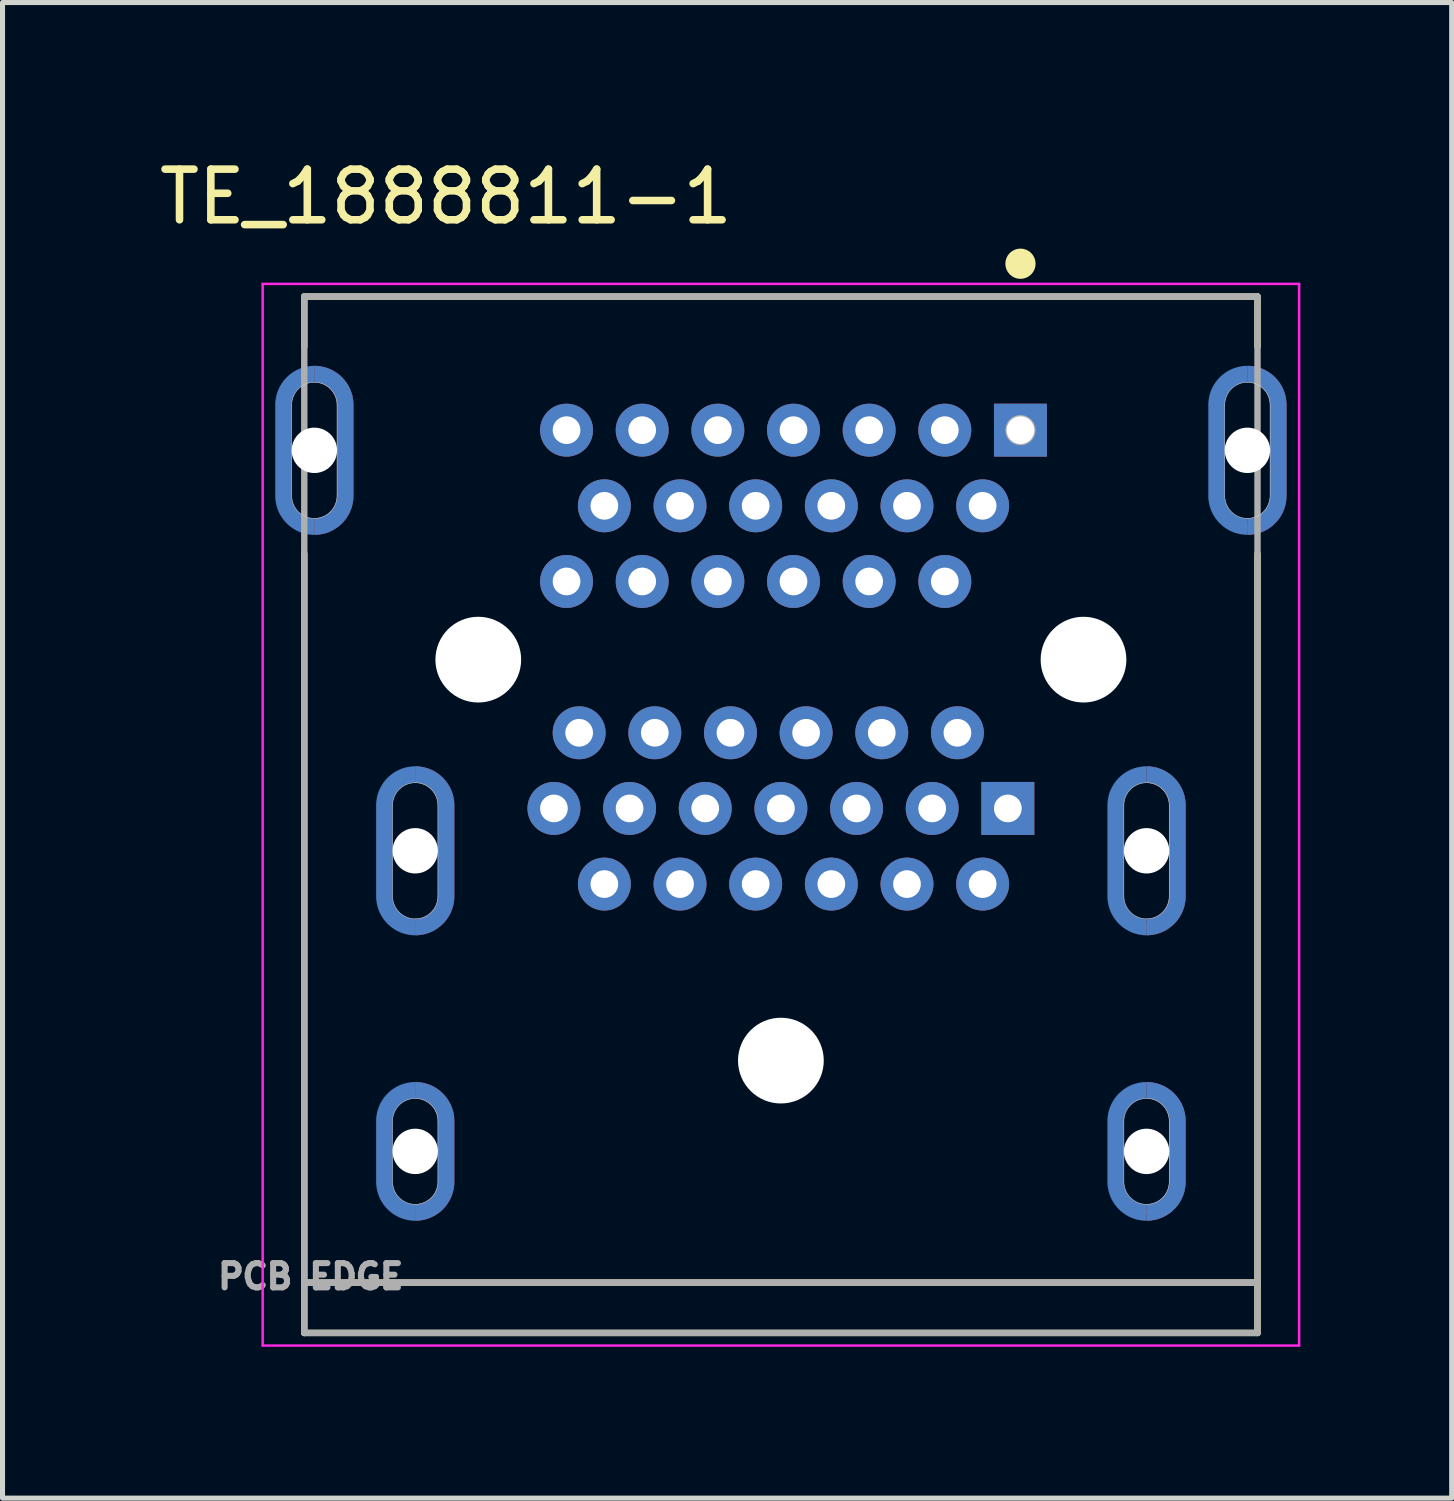
<source format=kicad_pcb>
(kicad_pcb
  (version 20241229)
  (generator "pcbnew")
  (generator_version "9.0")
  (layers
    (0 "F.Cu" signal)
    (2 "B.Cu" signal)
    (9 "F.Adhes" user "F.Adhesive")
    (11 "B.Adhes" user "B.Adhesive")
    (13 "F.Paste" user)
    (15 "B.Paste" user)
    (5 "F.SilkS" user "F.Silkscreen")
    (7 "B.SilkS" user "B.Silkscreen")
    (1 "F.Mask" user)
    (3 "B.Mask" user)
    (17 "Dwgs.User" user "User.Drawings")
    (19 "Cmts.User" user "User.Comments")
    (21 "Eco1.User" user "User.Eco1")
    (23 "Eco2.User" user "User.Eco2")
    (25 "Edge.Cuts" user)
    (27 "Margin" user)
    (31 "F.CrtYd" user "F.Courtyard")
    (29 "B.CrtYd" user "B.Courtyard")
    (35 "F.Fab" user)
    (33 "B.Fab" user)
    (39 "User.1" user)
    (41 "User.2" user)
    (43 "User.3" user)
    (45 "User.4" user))
  (footprint "TE_1888811-1"
    (layer "F.Cu")
    (at 12.433 10.029)
    (property "Reference" "TE_1888811-1" (at -6.641 -9.178 0) (layer "F.SilkS") (effects (font (size 1.004 1.004) (thickness 0.15))))
    (attr through_hole)
    (fp_poly (pts (xy -10.075 -4.15) (xy -8.425 -4.15) (xy -8.425 -5.05) (xy -8.426 -5.093) (xy -8.43 -5.136) (xy -8.435 -5.179) (xy -8.443 -5.222) (xy -8.453 -5.264) (xy -8.465 -5.305) (xy -8.48 -5.346) (xy -8.496 -5.386) (xy -8.515 -5.425) (xy -8.536 -5.463) (xy -8.558 -5.499) (xy -8.583 -5.535) (xy -8.609 -5.569) (xy -8.637 -5.602) (xy -8.667 -5.633) (xy -8.698 -5.663) (xy -8.731 -5.691) (xy -8.765 -5.717) (xy -8.801 -5.742) (xy -8.838 -5.764) (xy -8.875 -5.785) (xy -8.914 -5.804) (xy -8.954 -5.82) (xy -8.995 -5.835) (xy -9.036 -5.847) (xy -9.078 -5.857) (xy -9.121 -5.865) (xy -9.164 -5.87) (xy -9.207 -5.874) (xy -9.25 -5.875) (xy -9.293 -5.874) (xy -9.336 -5.87) (xy -9.379 -5.865) (xy -9.422 -5.857) (xy -9.464 -5.847) (xy -9.505 -5.835) (xy -9.546 -5.82) (xy -9.586 -5.804) (xy -9.625 -5.785) (xy -9.662 -5.764) (xy -9.699 -5.742) (xy -9.735 -5.717) (xy -9.769 -5.691) (xy -9.802 -5.663) (xy -9.833 -5.633) (xy -9.863 -5.602) (xy -9.891 -5.569) (xy -9.917 -5.535) (xy -9.942 -5.499) (xy -9.964 -5.463) (xy -9.985 -5.425) (xy -10.004 -5.386) (xy -10.02 -5.346) (xy -10.035 -5.305) (xy -10.047 -5.264) (xy -10.057 -5.222) (xy -10.065 -5.179) (xy -10.07 -5.136) (xy -10.074 -5.093) (xy -10.075 -5.05) (xy -10.075 -4.15)) (stroke (width 0.001) (type solid)) (fill yes) (layer "F.Mask"))
    (fp_poly (pts (xy -8.425 -4.15) (xy -10.075 -4.15) (xy -10.075 -3.25) (xy -10.074 -3.207) (xy -10.07 -3.164) (xy -10.065 -3.121) (xy -10.057 -3.078) (xy -10.047 -3.036) (xy -10.035 -2.995) (xy -10.02 -2.954) (xy -10.004 -2.914) (xy -9.985 -2.875) (xy -9.964 -2.837) (xy -9.942 -2.801) (xy -9.917 -2.765) (xy -9.891 -2.731) (xy -9.863 -2.698) (xy -9.833 -2.667) (xy -9.802 -2.637) (xy -9.769 -2.609) (xy -9.735 -2.583) (xy -9.699 -2.558) (xy -9.662 -2.536) (xy -9.625 -2.515) (xy -9.586 -2.496) (xy -9.546 -2.48) (xy -9.505 -2.465) (xy -9.464 -2.453) (xy -9.422 -2.443) (xy -9.379 -2.435) (xy -9.336 -2.43) (xy -9.293 -2.426) (xy -9.25 -2.425) (xy -9.207 -2.426) (xy -9.164 -2.43) (xy -9.121 -2.435) (xy -9.078 -2.443) (xy -9.036 -2.453) (xy -8.995 -2.465) (xy -8.954 -2.48) (xy -8.914 -2.496) (xy -8.875 -2.515) (xy -8.838 -2.536) (xy -8.801 -2.558) (xy -8.765 -2.583) (xy -8.731 -2.609) (xy -8.698 -2.637) (xy -8.667 -2.667) (xy -8.637 -2.698) (xy -8.609 -2.731) (xy -8.583 -2.765) (xy -8.558 -2.801) (xy -8.536 -2.837) (xy -8.515 -2.875) (xy -8.496 -2.914) (xy -8.48 -2.954) (xy -8.465 -2.995) (xy -8.453 -3.036) (xy -8.443 -3.078) (xy -8.435 -3.121) (xy -8.43 -3.164) (xy -8.426 -3.207) (xy -8.425 -3.25) (xy -8.425 -4.15)) (stroke (width 0.001) (type solid)) (fill yes) (layer "F.Mask"))
    (fp_poly (pts (xy -8.075 3.79) (xy -6.425 3.79) (xy -6.425 2.89) (xy -6.426 2.847) (xy -6.43 2.804) (xy -6.435 2.761) (xy -6.443 2.718) (xy -6.453 2.676) (xy -6.465 2.635) (xy -6.48 2.594) (xy -6.496 2.554) (xy -6.515 2.515) (xy -6.536 2.478) (xy -6.558 2.441) (xy -6.583 2.405) (xy -6.609 2.371) (xy -6.637 2.338) (xy -6.667 2.307) (xy -6.698 2.277) (xy -6.731 2.249) (xy -6.765 2.223) (xy -6.801 2.198) (xy -6.838 2.176) (xy -6.875 2.155) (xy -6.914 2.136) (xy -6.954 2.12) (xy -6.995 2.105) (xy -7.036 2.093) (xy -7.078 2.083) (xy -7.121 2.075) (xy -7.164 2.07) (xy -7.207 2.066) (xy -7.25 2.065) (xy -7.293 2.066) (xy -7.336 2.07) (xy -7.379 2.075) (xy -7.422 2.083) (xy -7.464 2.093) (xy -7.505 2.105) (xy -7.546 2.12) (xy -7.586 2.136) (xy -7.625 2.155) (xy -7.662 2.176) (xy -7.699 2.198) (xy -7.735 2.223) (xy -7.769 2.249) (xy -7.802 2.277) (xy -7.833 2.307) (xy -7.863 2.338) (xy -7.891 2.371) (xy -7.917 2.405) (xy -7.942 2.441) (xy -7.964 2.478) (xy -7.985 2.515) (xy -8.004 2.554) (xy -8.02 2.594) (xy -8.035 2.635) (xy -8.047 2.676) (xy -8.057 2.718) (xy -8.065 2.761) (xy -8.07 2.804) (xy -8.074 2.847) (xy -8.075 2.89) (xy -8.075 3.79)) (stroke (width 0.001) (type solid)) (fill yes) (layer "F.Mask"))
    (fp_poly (pts (xy -8.075 9.75) (xy -8.075 9.15) (xy -8.074 9.107) (xy -8.07 9.064) (xy -8.065 9.021) (xy -8.057 8.978) (xy -8.047 8.936) (xy -8.035 8.895) (xy -8.02 8.854) (xy -8.004 8.814) (xy -7.985 8.775) (xy -7.964 8.738) (xy -7.942 8.701) (xy -7.917 8.665) (xy -7.891 8.631) (xy -7.863 8.598) (xy -7.833 8.567) (xy -7.802 8.537) (xy -7.769 8.509) (xy -7.735 8.483) (xy -7.699 8.458) (xy -7.662 8.436) (xy -7.625 8.415) (xy -7.586 8.396) (xy -7.546 8.38) (xy -7.505 8.365) (xy -7.464 8.353) (xy -7.422 8.343) (xy -7.379 8.335) (xy -7.336 8.33) (xy -7.293 8.326) (xy -7.25 8.325) (xy -7.207 8.326) (xy -7.164 8.33) (xy -7.121 8.335) (xy -7.078 8.343) (xy -7.036 8.353) (xy -6.995 8.365) (xy -6.954 8.38) (xy -6.914 8.396) (xy -6.875 8.415) (xy -6.838 8.436) (xy -6.801 8.458) (xy -6.765 8.483) (xy -6.731 8.509) (xy -6.698 8.537) (xy -6.667 8.567) (xy -6.637 8.598) (xy -6.609 8.631) (xy -6.583 8.665) (xy -6.558 8.701) (xy -6.536 8.738) (xy -6.515 8.775) (xy -6.496 8.814) (xy -6.48 8.854) (xy -6.465 8.895) (xy -6.453 8.936) (xy -6.443 8.978) (xy -6.435 9.021) (xy -6.43 9.064) (xy -6.426 9.107) (xy -6.425 9.15) (xy -6.425 9.75) (xy -8.075 9.75)) (stroke (width 0.001) (type solid)) (fill yes) (layer "F.Mask"))
    (fp_poly (pts (xy -6.425 3.79) (xy -8.075 3.79) (xy -8.075 4.69) (xy -8.074 4.733) (xy -8.07 4.776) (xy -8.065 4.819) (xy -8.057 4.862) (xy -8.047 4.904) (xy -8.035 4.945) (xy -8.02 4.986) (xy -8.004 5.026) (xy -7.985 5.065) (xy -7.964 5.103) (xy -7.942 5.139) (xy -7.917 5.175) (xy -7.891 5.209) (xy -7.863 5.242) (xy -7.833 5.273) (xy -7.802 5.303) (xy -7.769 5.331) (xy -7.735 5.357) (xy -7.699 5.382) (xy -7.662 5.404) (xy -7.625 5.425) (xy -7.586 5.444) (xy -7.546 5.46) (xy -7.505 5.475) (xy -7.464 5.487) (xy -7.422 5.497) (xy -7.379 5.505) (xy -7.336 5.51) (xy -7.293 5.514) (xy -7.25 5.515) (xy -7.207 5.514) (xy -7.164 5.51) (xy -7.121 5.505) (xy -7.078 5.497) (xy -7.036 5.487) (xy -6.995 5.475) (xy -6.954 5.46) (xy -6.914 5.444) (xy -6.875 5.425) (xy -6.838 5.404) (xy -6.801 5.382) (xy -6.765 5.357) (xy -6.731 5.331) (xy -6.698 5.303) (xy -6.667 5.273) (xy -6.637 5.242) (xy -6.609 5.209) (xy -6.583 5.175) (xy -6.558 5.139) (xy -6.536 5.102) (xy -6.515 5.065) (xy -6.496 5.026) (xy -6.48 4.986) (xy -6.465 4.945) (xy -6.453 4.904) (xy -6.443 4.862) (xy -6.435 4.819) (xy -6.43 4.776) (xy -6.426 4.733) (xy -6.425 4.69) (xy -6.425 3.79)) (stroke (width 0.001) (type solid)) (fill yes) (layer "F.Mask"))
    (fp_poly (pts (xy -6.425 9.75) (xy -6.425 10.35) (xy -6.426 10.393) (xy -6.43 10.436) (xy -6.435 10.479) (xy -6.443 10.522) (xy -6.453 10.564) (xy -6.465 10.605) (xy -6.48 10.646) (xy -6.496 10.686) (xy -6.515 10.725) (xy -6.536 10.762) (xy -6.558 10.799) (xy -6.583 10.835) (xy -6.609 10.869) (xy -6.637 10.902) (xy -6.667 10.933) (xy -6.698 10.963) (xy -6.731 10.991) (xy -6.765 11.017) (xy -6.801 11.042) (xy -6.838 11.064) (xy -6.875 11.085) (xy -6.914 11.104) (xy -6.954 11.12) (xy -6.995 11.135) (xy -7.036 11.147) (xy -7.078 11.157) (xy -7.121 11.165) (xy -7.164 11.17) (xy -7.207 11.174) (xy -7.25 11.175) (xy -7.293 11.174) (xy -7.336 11.17) (xy -7.379 11.165) (xy -7.422 11.157) (xy -7.464 11.147) (xy -7.505 11.135) (xy -7.546 11.12) (xy -7.586 11.104) (xy -7.625 11.085) (xy -7.662 11.064) (xy -7.699 11.042) (xy -7.735 11.017) (xy -7.769 10.991) (xy -7.802 10.963) (xy -7.833 10.933) (xy -7.863 10.902) (xy -7.891 10.869) (xy -7.917 10.835) (xy -7.942 10.799) (xy -7.964 10.762) (xy -7.985 10.725) (xy -8.004 10.686) (xy -8.02 10.646) (xy -8.035 10.605) (xy -8.047 10.564) (xy -8.057 10.522) (xy -8.065 10.479) (xy -8.07 10.436) (xy -8.074 10.393) (xy -8.075 10.35) (xy -8.075 9.75) (xy -6.425 9.75)) (stroke (width 0.001) (type solid)) (fill yes) (layer "F.Mask"))
    (fp_poly (pts (xy 6.425 3.79) (xy 8.075 3.79) (xy 8.075 2.89) (xy 8.074 2.847) (xy 8.07 2.804) (xy 8.065 2.761) (xy 8.057 2.718) (xy 8.047 2.676) (xy 8.035 2.635) (xy 8.02 2.594) (xy 8.004 2.554) (xy 7.985 2.515) (xy 7.964 2.478) (xy 7.942 2.441) (xy 7.917 2.405) (xy 7.891 2.371) (xy 7.863 2.338) (xy 7.833 2.307) (xy 7.802 2.277) (xy 7.769 2.249) (xy 7.735 2.223) (xy 7.699 2.198) (xy 7.662 2.176) (xy 7.625 2.155) (xy 7.586 2.136) (xy 7.546 2.12) (xy 7.505 2.105) (xy 7.464 2.093) (xy 7.422 2.083) (xy 7.379 2.075) (xy 7.336 2.07) (xy 7.293 2.066) (xy 7.25 2.065) (xy 7.207 2.066) (xy 7.164 2.07) (xy 7.121 2.075) (xy 7.078 2.083) (xy 7.036 2.093) (xy 6.995 2.105) (xy 6.954 2.12) (xy 6.914 2.136) (xy 6.875 2.155) (xy 6.838 2.176) (xy 6.801 2.198) (xy 6.765 2.223) (xy 6.731 2.249) (xy 6.698 2.277) (xy 6.667 2.307) (xy 6.637 2.338) (xy 6.609 2.371) (xy 6.583 2.405) (xy 6.558 2.441) (xy 6.536 2.478) (xy 6.515 2.515) (xy 6.496 2.554) (xy 6.48 2.594) (xy 6.465 2.635) (xy 6.453 2.676) (xy 6.443 2.718) (xy 6.435 2.761) (xy 6.43 2.804) (xy 6.426 2.847) (xy 6.425 2.89) (xy 6.425 3.79)) (stroke (width 0.001) (type solid)) (fill yes) (layer "F.Mask"))
    (fp_poly (pts (xy 6.425 9.75) (xy 6.425 9.15) (xy 6.426 9.107) (xy 6.43 9.064) (xy 6.435 9.021) (xy 6.443 8.978) (xy 6.453 8.936) (xy 6.465 8.895) (xy 6.48 8.854) (xy 6.496 8.814) (xy 6.515 8.775) (xy 6.536 8.738) (xy 6.558 8.701) (xy 6.583 8.665) (xy 6.609 8.631) (xy 6.637 8.598) (xy 6.667 8.567) (xy 6.698 8.537) (xy 6.731 8.509) (xy 6.765 8.483) (xy 6.801 8.458) (xy 6.838 8.436) (xy 6.875 8.415) (xy 6.914 8.396) (xy 6.954 8.38) (xy 6.995 8.365) (xy 7.036 8.353) (xy 7.078 8.343) (xy 7.121 8.335) (xy 7.164 8.33) (xy 7.207 8.326) (xy 7.25 8.325) (xy 7.293 8.326) (xy 7.336 8.33) (xy 7.379 8.335) (xy 7.422 8.343) (xy 7.464 8.353) (xy 7.505 8.365) (xy 7.546 8.38) (xy 7.586 8.396) (xy 7.625 8.415) (xy 7.662 8.436) (xy 7.699 8.458) (xy 7.735 8.483) (xy 7.769 8.509) (xy 7.802 8.537) (xy 7.833 8.567) (xy 7.863 8.598) (xy 7.891 8.631) (xy 7.917 8.665) (xy 7.942 8.701) (xy 7.964 8.738) (xy 7.985 8.775) (xy 8.004 8.814) (xy 8.02 8.854) (xy 8.035 8.895) (xy 8.047 8.936) (xy 8.057 8.978) (xy 8.065 9.021) (xy 8.07 9.064) (xy 8.074 9.107) (xy 8.075 9.15) (xy 8.075 9.75) (xy 6.425 9.75)) (stroke (width 0.001) (type solid)) (fill yes) (layer "F.Mask"))
    (fp_poly (pts (xy 8.075 3.79) (xy 6.425 3.79) (xy 6.425 4.69) (xy 6.426 4.733) (xy 6.43 4.776) (xy 6.435 4.819) (xy 6.443 4.862) (xy 6.453 4.904) (xy 6.465 4.945) (xy 6.48 4.986) (xy 6.496 5.026) (xy 6.515 5.065) (xy 6.536 5.102) (xy 6.558 5.139) (xy 6.583 5.175) (xy 6.609 5.209) (xy 6.637 5.242) (xy 6.667 5.273) (xy 6.698 5.303) (xy 6.731 5.331) (xy 6.765 5.357) (xy 6.801 5.382) (xy 6.838 5.404) (xy 6.875 5.425) (xy 6.914 5.444) (xy 6.954 5.46) (xy 6.995 5.475) (xy 7.036 5.487) (xy 7.078 5.497) (xy 7.121 5.505) (xy 7.164 5.51) (xy 7.207 5.514) (xy 7.25 5.515) (xy 7.293 5.514) (xy 7.336 5.51) (xy 7.379 5.505) (xy 7.422 5.497) (xy 7.464 5.487) (xy 7.505 5.475) (xy 7.546 5.46) (xy 7.586 5.444) (xy 7.625 5.425) (xy 7.662 5.404) (xy 7.699 5.382) (xy 7.735 5.357) (xy 7.769 5.331) (xy 7.802 5.303) (xy 7.833 5.273) (xy 7.863 5.242) (xy 7.891 5.209) (xy 7.917 5.175) (xy 7.942 5.139) (xy 7.964 5.103) (xy 7.985 5.065) (xy 8.004 5.026) (xy 8.02 4.986) (xy 8.035 4.945) (xy 8.047 4.904) (xy 8.057 4.862) (xy 8.065 4.819) (xy 8.07 4.776) (xy 8.074 4.733) (xy 8.075 4.69) (xy 8.075 3.79)) (stroke (width 0.001) (type solid)) (fill yes) (layer "F.Mask"))
    (fp_poly (pts (xy 8.075 9.75) (xy 8.075 10.35) (xy 8.074 10.393) (xy 8.07 10.436) (xy 8.065 10.479) (xy 8.057 10.522) (xy 8.047 10.564) (xy 8.035 10.605) (xy 8.02 10.646) (xy 8.004 10.686) (xy 7.985 10.725) (xy 7.964 10.762) (xy 7.942 10.799) (xy 7.917 10.835) (xy 7.891 10.869) (xy 7.863 10.902) (xy 7.833 10.933) (xy 7.802 10.963) (xy 7.769 10.991) (xy 7.735 11.017) (xy 7.699 11.042) (xy 7.662 11.064) (xy 7.625 11.085) (xy 7.586 11.104) (xy 7.546 11.12) (xy 7.505 11.135) (xy 7.464 11.147) (xy 7.422 11.157) (xy 7.379 11.165) (xy 7.336 11.17) (xy 7.293 11.174) (xy 7.25 11.175) (xy 7.207 11.174) (xy 7.164 11.17) (xy 7.121 11.165) (xy 7.078 11.157) (xy 7.036 11.147) (xy 6.995 11.135) (xy 6.954 11.12) (xy 6.914 11.104) (xy 6.875 11.085) (xy 6.838 11.064) (xy 6.801 11.042) (xy 6.765 11.017) (xy 6.731 10.991) (xy 6.698 10.963) (xy 6.667 10.933) (xy 6.637 10.902) (xy 6.609 10.869) (xy 6.583 10.835) (xy 6.558 10.799) (xy 6.536 10.762) (xy 6.515 10.725) (xy 6.496 10.686) (xy 6.48 10.646) (xy 6.465 10.605) (xy 6.453 10.564) (xy 6.443 10.522) (xy 6.435 10.479) (xy 6.43 10.436) (xy 6.426 10.393) (xy 6.425 10.35) (xy 6.425 9.75) (xy 8.075 9.75)) (stroke (width 0.001) (type solid)) (fill yes) (layer "F.Mask"))
    (fp_poly (pts (xy 8.425 -4.15) (xy 10.075 -4.15) (xy 10.075 -5.05) (xy 10.074 -5.093) (xy 10.07 -5.136) (xy 10.065 -5.179) (xy 10.057 -5.222) (xy 10.047 -5.264) (xy 10.035 -5.305) (xy 10.02 -5.346) (xy 10.004 -5.386) (xy 9.985 -5.425) (xy 9.964 -5.463) (xy 9.942 -5.499) (xy 9.917 -5.535) (xy 9.891 -5.569) (xy 9.863 -5.602) (xy 9.833 -5.633) (xy 9.802 -5.663) (xy 9.769 -5.691) (xy 9.735 -5.717) (xy 9.699 -5.742) (xy 9.662 -5.764) (xy 9.625 -5.785) (xy 9.586 -5.804) (xy 9.546 -5.82) (xy 9.505 -5.835) (xy 9.464 -5.847) (xy 9.422 -5.857) (xy 9.379 -5.865) (xy 9.336 -5.87) (xy 9.293 -5.874) (xy 9.25 -5.875) (xy 9.207 -5.874) (xy 9.164 -5.87) (xy 9.121 -5.865) (xy 9.078 -5.857) (xy 9.036 -5.847) (xy 8.995 -5.835) (xy 8.954 -5.82) (xy 8.914 -5.804) (xy 8.875 -5.785) (xy 8.838 -5.764) (xy 8.801 -5.742) (xy 8.765 -5.717) (xy 8.731 -5.691) (xy 8.698 -5.663) (xy 8.667 -5.633) (xy 8.637 -5.602) (xy 8.609 -5.569) (xy 8.583 -5.535) (xy 8.558 -5.499) (xy 8.536 -5.463) (xy 8.515 -5.425) (xy 8.496 -5.386) (xy 8.48 -5.346) (xy 8.465 -5.305) (xy 8.453 -5.264) (xy 8.443 -5.222) (xy 8.435 -5.179) (xy 8.43 -5.136) (xy 8.426 -5.093) (xy 8.425 -5.05) (xy 8.425 -4.15)) (stroke (width 0.001) (type solid)) (fill yes) (layer "F.Mask"))
    (fp_poly (pts (xy 10.075 -4.15) (xy 8.425 -4.15) (xy 8.425 -3.25) (xy 8.426 -3.207) (xy 8.43 -3.164) (xy 8.435 -3.121) (xy 8.443 -3.078) (xy 8.453 -3.036) (xy 8.465 -2.995) (xy 8.48 -2.954) (xy 8.496 -2.914) (xy 8.515 -2.875) (xy 8.536 -2.837) (xy 8.558 -2.801) (xy 8.583 -2.765) (xy 8.609 -2.731) (xy 8.637 -2.698) (xy 8.667 -2.667) (xy 8.698 -2.637) (xy 8.731 -2.609) (xy 8.765 -2.583) (xy 8.801 -2.558) (xy 8.838 -2.536) (xy 8.875 -2.515) (xy 8.914 -2.496) (xy 8.954 -2.48) (xy 8.995 -2.465) (xy 9.036 -2.453) (xy 9.078 -2.443) (xy 9.121 -2.435) (xy 9.164 -2.43) (xy 9.207 -2.426) (xy 9.25 -2.425) (xy 9.293 -2.426) (xy 9.336 -2.43) (xy 9.379 -2.435) (xy 9.422 -2.443) (xy 9.464 -2.453) (xy 9.505 -2.465) (xy 9.546 -2.48) (xy 9.586 -2.496) (xy 9.625 -2.515) (xy 9.662 -2.536) (xy 9.699 -2.558) (xy 9.735 -2.583) (xy 9.769 -2.609) (xy 9.802 -2.637) (xy 9.833 -2.667) (xy 9.863 -2.698) (xy 9.891 -2.731) (xy 9.917 -2.765) (xy 9.942 -2.801) (xy 9.964 -2.837) (xy 9.985 -2.875) (xy 10.004 -2.914) (xy 10.02 -2.954) (xy 10.035 -2.995) (xy 10.047 -3.036) (xy 10.057 -3.078) (xy 10.065 -3.121) (xy 10.07 -3.164) (xy 10.074 -3.207) (xy 10.075 -3.25) (xy 10.075 -4.15)) (stroke (width 0.001) (type solid)) (fill yes) (layer "F.Mask"))
    (fp_poly (pts (xy -9.25 -5.5) (xy -9.226 -5.499) (xy -9.203 -5.498) (xy -9.18 -5.494) (xy -9.156 -5.49) (xy -9.134 -5.485) (xy -9.111 -5.478) (xy -9.089 -5.47) (xy -9.067 -5.461) (xy -9.046 -5.451) (xy -9.025 -5.44) (xy -9.005 -5.427) (xy -8.985 -5.414) (xy -8.967 -5.4) (xy -8.949 -5.384) (xy -8.932 -5.368) (xy -8.916 -5.351) (xy -8.9 -5.333) (xy -8.886 -5.315) (xy -8.873 -5.295) (xy -8.86 -5.275) (xy -8.849 -5.254) (xy -8.839 -5.233) (xy -8.83 -5.211) (xy -8.822 -5.189) (xy -8.815 -5.166) (xy -8.81 -5.144) (xy -8.806 -5.12) (xy -8.802 -5.097) (xy -8.801 -5.074) (xy -8.8 -5.05) (xy -8.8 -3.25) (xy -8.801 -3.226) (xy -8.802 -3.203) (xy -8.806 -3.18) (xy -8.81 -3.156) (xy -8.815 -3.134) (xy -8.822 -3.111) (xy -8.83 -3.089) (xy -8.839 -3.067) (xy -8.849 -3.046) (xy -8.86 -3.025) (xy -8.873 -3.005) (xy -8.886 -2.985) (xy -8.9 -2.967) (xy -8.916 -2.949) (xy -8.932 -2.932) (xy -8.949 -2.916) (xy -8.967 -2.9) (xy -8.985 -2.886) (xy -9.005 -2.873) (xy -9.025 -2.86) (xy -9.046 -2.849) (xy -9.067 -2.839) (xy -9.089 -2.83) (xy -9.111 -2.822) (xy -9.134 -2.815) (xy -9.156 -2.81) (xy -9.18 -2.806) (xy -9.203 -2.802) (xy -9.226 -2.801) (xy -9.25 -2.8) (xy -9.25 -2.475) (xy -9.209 -2.476) (xy -9.169 -2.479) (xy -9.129 -2.485) (xy -9.089 -2.492) (xy -9.049 -2.501) (xy -9.011 -2.513) (xy -8.972 -2.526) (xy -8.935 -2.542) (xy -8.898 -2.559) (xy -8.862 -2.579) (xy -8.828 -2.6) (xy -8.794 -2.623) (xy -8.762 -2.648) (xy -8.731 -2.674) (xy -8.702 -2.702) (xy -8.674 -2.731) (xy -8.648 -2.762) (xy -8.623 -2.794) (xy -8.6 -2.828) (xy -8.579 -2.862) (xy -8.559 -2.898) (xy -8.542 -2.935) (xy -8.526 -2.972) (xy -8.513 -3.011) (xy -8.501 -3.049) (xy -8.492 -3.089) (xy -8.485 -3.129) (xy -8.479 -3.169) (xy -8.476 -3.209) (xy -8.475 -3.25) (xy -8.475 -5.05) (xy -8.476 -5.091) (xy -8.479 -5.131) (xy -8.485 -5.171) (xy -8.492 -5.211) (xy -8.501 -5.251) (xy -8.513 -5.289) (xy -8.526 -5.328) (xy -8.542 -5.365) (xy -8.559 -5.402) (xy -8.579 -5.438) (xy -8.6 -5.472) (xy -8.623 -5.506) (xy -8.648 -5.538) (xy -8.674 -5.569) (xy -8.702 -5.598) (xy -8.731 -5.626) (xy -8.762 -5.652) (xy -8.794 -5.677) (xy -8.828 -5.7) (xy -8.863 -5.721) (xy -8.898 -5.741) (xy -8.935 -5.758) (xy -8.972 -5.774) (xy -9.011 -5.787) (xy -9.049 -5.799) (xy -9.089 -5.808) (xy -9.129 -5.815) (xy -9.169 -5.821) (xy -9.209 -5.824) (xy -9.25 -5.825) (xy -9.25 -5.5)) (stroke (width 0.001) (type solid)) (fill yes) (layer "B.Cu"))
    (fp_poly (pts (xy -9.25 -2.8) (xy -9.274 -2.801) (xy -9.297 -2.802) (xy -9.32 -2.806) (xy -9.344 -2.81) (xy -9.366 -2.815) (xy -9.389 -2.822) (xy -9.411 -2.83) (xy -9.433 -2.839) (xy -9.454 -2.849) (xy -9.475 -2.86) (xy -9.495 -2.873) (xy -9.515 -2.886) (xy -9.533 -2.9) (xy -9.551 -2.916) (xy -9.568 -2.932) (xy -9.584 -2.949) (xy -9.6 -2.967) (xy -9.614 -2.985) (xy -9.627 -3.005) (xy -9.64 -3.025) (xy -9.651 -3.046) (xy -9.661 -3.067) (xy -9.67 -3.089) (xy -9.678 -3.111) (xy -9.685 -3.134) (xy -9.69 -3.156) (xy -9.694 -3.18) (xy -9.698 -3.203) (xy -9.699 -3.226) (xy -9.7 -3.25) (xy -9.7 -5.05) (xy -9.699 -5.074) (xy -9.698 -5.097) (xy -9.694 -5.12) (xy -9.69 -5.144) (xy -9.685 -5.166) (xy -9.678 -5.189) (xy -9.67 -5.211) (xy -9.661 -5.233) (xy -9.651 -5.254) (xy -9.64 -5.275) (xy -9.627 -5.295) (xy -9.614 -5.315) (xy -9.6 -5.333) (xy -9.584 -5.351) (xy -9.568 -5.368) (xy -9.551 -5.384) (xy -9.533 -5.4) (xy -9.515 -5.414) (xy -9.495 -5.427) (xy -9.475 -5.44) (xy -9.454 -5.451) (xy -9.433 -5.461) (xy -9.411 -5.47) (xy -9.389 -5.478) (xy -9.366 -5.485) (xy -9.344 -5.49) (xy -9.32 -5.494) (xy -9.297 -5.498) (xy -9.274 -5.499) (xy -9.25 -5.5) (xy -9.25 -5.825) (xy -9.291 -5.824) (xy -9.331 -5.821) (xy -9.371 -5.815) (xy -9.411 -5.808) (xy -9.451 -5.799) (xy -9.489 -5.787) (xy -9.528 -5.774) (xy -9.565 -5.758) (xy -9.602 -5.741) (xy -9.637 -5.721) (xy -9.672 -5.7) (xy -9.706 -5.677) (xy -9.738 -5.652) (xy -9.769 -5.626) (xy -9.798 -5.598) (xy -9.826 -5.569) (xy -9.852 -5.538) (xy -9.877 -5.506) (xy -9.9 -5.472) (xy -9.921 -5.438) (xy -9.941 -5.402) (xy -9.958 -5.365) (xy -9.974 -5.328) (xy -9.987 -5.289) (xy -9.999 -5.251) (xy -10.008 -5.211) (xy -10.015 -5.171) (xy -10.021 -5.131) (xy -10.024 -5.091) (xy -10.025 -5.05) (xy -10.025 -3.25) (xy -10.024 -3.209) (xy -10.021 -3.169) (xy -10.015 -3.129) (xy -10.008 -3.089) (xy -9.999 -3.049) (xy -9.987 -3.011) (xy -9.974 -2.972) (xy -9.958 -2.935) (xy -9.941 -2.898) (xy -9.921 -2.862) (xy -9.9 -2.828) (xy -9.877 -2.794) (xy -9.852 -2.762) (xy -9.826 -2.731) (xy -9.798 -2.702) (xy -9.769 -2.674) (xy -9.738 -2.648) (xy -9.706 -2.623) (xy -9.672 -2.6) (xy -9.638 -2.579) (xy -9.602 -2.559) (xy -9.565 -2.542) (xy -9.528 -2.526) (xy -9.489 -2.513) (xy -9.451 -2.501) (xy -9.411 -2.492) (xy -9.371 -2.485) (xy -9.331 -2.479) (xy -9.291 -2.476) (xy -9.25 -2.475) (xy -9.25 -2.8)) (stroke (width 0.001) (type solid)) (fill yes) (layer "B.Cu"))
    (fp_poly (pts (xy -7.25 2.44) (xy -7.226 2.441) (xy -7.203 2.442) (xy -7.18 2.446) (xy -7.156 2.45) (xy -7.134 2.455) (xy -7.111 2.462) (xy -7.089 2.47) (xy -7.067 2.479) (xy -7.046 2.489) (xy -7.025 2.5) (xy -7.005 2.513) (xy -6.985 2.526) (xy -6.967 2.54) (xy -6.949 2.556) (xy -6.932 2.572) (xy -6.916 2.589) (xy -6.9 2.607) (xy -6.886 2.625) (xy -6.873 2.645) (xy -6.86 2.665) (xy -6.849 2.686) (xy -6.839 2.707) (xy -6.83 2.729) (xy -6.822 2.751) (xy -6.815 2.774) (xy -6.81 2.796) (xy -6.806 2.82) (xy -6.802 2.843) (xy -6.801 2.866) (xy -6.8 2.89) (xy -6.8 4.69) (xy -6.801 4.714) (xy -6.802 4.737) (xy -6.806 4.76) (xy -6.81 4.784) (xy -6.815 4.806) (xy -6.822 4.829) (xy -6.83 4.851) (xy -6.839 4.873) (xy -6.849 4.894) (xy -6.86 4.915) (xy -6.873 4.935) (xy -6.886 4.955) (xy -6.9 4.973) (xy -6.916 4.991) (xy -6.932 5.008) (xy -6.949 5.024) (xy -6.967 5.04) (xy -6.985 5.054) (xy -7.005 5.067) (xy -7.025 5.08) (xy -7.046 5.091) (xy -7.067 5.101) (xy -7.089 5.11) (xy -7.111 5.118) (xy -7.134 5.125) (xy -7.156 5.13) (xy -7.18 5.134) (xy -7.203 5.138) (xy -7.226 5.139) (xy -7.25 5.14) (xy -7.25 5.465) (xy -7.209 5.464) (xy -7.169 5.461) (xy -7.129 5.455) (xy -7.089 5.448) (xy -7.049 5.439) (xy -7.011 5.427) (xy -6.972 5.414) (xy -6.935 5.398) (xy -6.898 5.381) (xy -6.862 5.361) (xy -6.828 5.34) (xy -6.794 5.317) (xy -6.762 5.292) (xy -6.731 5.266) (xy -6.702 5.238) (xy -6.674 5.209) (xy -6.648 5.178) (xy -6.623 5.146) (xy -6.6 5.112) (xy -6.579 5.078) (xy -6.559 5.042) (xy -6.542 5.005) (xy -6.526 4.968) (xy -6.513 4.929) (xy -6.501 4.891) (xy -6.492 4.851) (xy -6.485 4.811) (xy -6.479 4.771) (xy -6.476 4.731) (xy -6.475 4.69) (xy -6.475 2.89) (xy -6.476 2.849) (xy -6.479 2.809) (xy -6.485 2.769) (xy -6.492 2.729) (xy -6.501 2.689) (xy -6.513 2.651) (xy -6.526 2.612) (xy -6.542 2.575) (xy -6.559 2.538) (xy -6.579 2.503) (xy -6.6 2.468) (xy -6.623 2.434) (xy -6.648 2.402) (xy -6.674 2.371) (xy -6.702 2.342) (xy -6.731 2.314) (xy -6.762 2.288) (xy -6.794 2.263) (xy -6.828 2.24) (xy -6.862 2.219) (xy -6.898 2.199) (xy -6.935 2.182) (xy -6.972 2.166) (xy -7.011 2.153) (xy -7.049 2.141) (xy -7.089 2.132) (xy -7.129 2.125) (xy -7.169 2.119) (xy -7.209 2.116) (xy -7.25 2.115) (xy -7.25 2.44)) (stroke (width 0.001) (type solid)) (fill yes) (layer "B.Cu"))
    (fp_poly (pts (xy -7.25 5.14) (xy -7.274 5.139) (xy -7.297 5.138) (xy -7.32 5.134) (xy -7.344 5.13) (xy -7.366 5.125) (xy -7.389 5.118) (xy -7.411 5.11) (xy -7.433 5.101) (xy -7.454 5.091) (xy -7.475 5.08) (xy -7.495 5.067) (xy -7.515 5.054) (xy -7.533 5.04) (xy -7.551 5.024) (xy -7.568 5.008) (xy -7.584 4.991) (xy -7.6 4.973) (xy -7.614 4.955) (xy -7.627 4.935) (xy -7.64 4.915) (xy -7.651 4.894) (xy -7.661 4.873) (xy -7.67 4.851) (xy -7.678 4.829) (xy -7.685 4.806) (xy -7.69 4.784) (xy -7.694 4.76) (xy -7.698 4.737) (xy -7.699 4.714) (xy -7.7 4.69) (xy -7.7 2.89) (xy -7.699 2.866) (xy -7.698 2.843) (xy -7.694 2.82) (xy -7.69 2.796) (xy -7.685 2.774) (xy -7.678 2.751) (xy -7.67 2.729) (xy -7.661 2.707) (xy -7.651 2.686) (xy -7.64 2.665) (xy -7.627 2.645) (xy -7.614 2.625) (xy -7.6 2.607) (xy -7.584 2.589) (xy -7.568 2.572) (xy -7.551 2.556) (xy -7.533 2.54) (xy -7.515 2.526) (xy -7.495 2.513) (xy -7.475 2.5) (xy -7.454 2.489) (xy -7.433 2.479) (xy -7.411 2.47) (xy -7.389 2.462) (xy -7.366 2.455) (xy -7.344 2.45) (xy -7.32 2.446) (xy -7.297 2.442) (xy -7.274 2.441) (xy -7.25 2.44) (xy -7.25 2.115) (xy -7.291 2.116) (xy -7.331 2.119) (xy -7.371 2.125) (xy -7.411 2.132) (xy -7.451 2.141) (xy -7.489 2.153) (xy -7.528 2.166) (xy -7.565 2.182) (xy -7.602 2.199) (xy -7.638 2.219) (xy -7.672 2.24) (xy -7.706 2.263) (xy -7.738 2.288) (xy -7.769 2.314) (xy -7.798 2.342) (xy -7.826 2.371) (xy -7.852 2.402) (xy -7.877 2.434) (xy -7.9 2.468) (xy -7.921 2.503) (xy -7.941 2.538) (xy -7.958 2.575) (xy -7.974 2.612) (xy -7.987 2.651) (xy -7.999 2.689) (xy -8.008 2.729) (xy -8.015 2.769) (xy -8.021 2.809) (xy -8.024 2.849) (xy -8.025 2.89) (xy -8.025 4.69) (xy -8.024 4.731) (xy -8.021 4.771) (xy -8.015 4.811) (xy -8.008 4.851) (xy -7.999 4.891) (xy -7.987 4.929) (xy -7.974 4.968) (xy -7.958 5.005) (xy -7.941 5.042) (xy -7.921 5.078) (xy -7.9 5.112) (xy -7.877 5.146) (xy -7.852 5.178) (xy -7.826 5.209) (xy -7.798 5.238) (xy -7.769 5.266) (xy -7.738 5.292) (xy -7.706 5.317) (xy -7.672 5.34) (xy -7.638 5.361) (xy -7.602 5.381) (xy -7.565 5.398) (xy -7.528 5.414) (xy -7.489 5.427) (xy -7.451 5.439) (xy -7.411 5.448) (xy -7.371 5.455) (xy -7.331 5.461) (xy -7.291 5.464) (xy -7.25 5.465) (xy -7.25 5.14)) (stroke (width 0.001) (type solid)) (fill yes) (layer "B.Cu"))
    (fp_poly (pts (xy -7.25 8.7) (xy -7.25 8.375) (xy -7.209 8.376) (xy -7.169 8.379) (xy -7.129 8.385) (xy -7.089 8.392) (xy -7.049 8.401) (xy -7.011 8.413) (xy -6.972 8.426) (xy -6.935 8.442) (xy -6.898 8.459) (xy -6.862 8.479) (xy -6.828 8.5) (xy -6.794 8.523) (xy -6.762 8.548) (xy -6.731 8.574) (xy -6.702 8.602) (xy -6.674 8.631) (xy -6.648 8.662) (xy -6.623 8.694) (xy -6.6 8.728) (xy -6.579 8.762) (xy -6.559 8.798) (xy -6.542 8.835) (xy -6.526 8.872) (xy -6.513 8.911) (xy -6.501 8.949) (xy -6.492 8.989) (xy -6.485 9.029) (xy -6.479 9.069) (xy -6.476 9.109) (xy -6.475 9.15) (xy -6.475 10.35) (xy -6.476 10.391) (xy -6.479 10.431) (xy -6.485 10.471) (xy -6.492 10.511) (xy -6.501 10.551) (xy -6.513 10.589) (xy -6.526 10.628) (xy -6.542 10.665) (xy -6.559 10.702) (xy -6.579 10.738) (xy -6.6 10.772) (xy -6.623 10.806) (xy -6.648 10.838) (xy -6.674 10.869) (xy -6.702 10.898) (xy -6.731 10.926) (xy -6.762 10.952) (xy -6.794 10.977) (xy -6.828 11) (xy -6.862 11.021) (xy -6.898 11.041) (xy -6.935 11.058) (xy -6.972 11.074) (xy -7.011 11.087) (xy -7.049 11.099) (xy -7.089 11.108) (xy -7.129 11.115) (xy -7.169 11.121) (xy -7.209 11.124) (xy -7.25 11.125) (xy -7.25 10.8) (xy -7.226 10.799) (xy -7.203 10.798) (xy -7.18 10.794) (xy -7.156 10.79) (xy -7.134 10.785) (xy -7.111 10.778) (xy -7.089 10.77) (xy -7.067 10.761) (xy -7.046 10.751) (xy -7.025 10.74) (xy -7.005 10.727) (xy -6.985 10.714) (xy -6.967 10.7) (xy -6.949 10.684) (xy -6.932 10.668) (xy -6.916 10.651) (xy -6.9 10.633) (xy -6.886 10.615) (xy -6.873 10.595) (xy -6.86 10.575) (xy -6.849 10.554) (xy -6.839 10.533) (xy -6.83 10.511) (xy -6.822 10.489) (xy -6.815 10.466) (xy -6.81 10.444) (xy -6.806 10.42) (xy -6.802 10.397) (xy -6.801 10.374) (xy -6.8 10.35) (xy -6.8 9.15) (xy -6.801 9.126) (xy -6.802 9.103) (xy -6.806 9.08) (xy -6.81 9.056) (xy -6.815 9.034) (xy -6.822 9.011) (xy -6.83 8.989) (xy -6.839 8.967) (xy -6.849 8.946) (xy -6.86 8.925) (xy -6.873 8.905) (xy -6.886 8.885) (xy -6.9 8.867) (xy -6.916 8.849) (xy -6.932 8.832) (xy -6.949 8.816) (xy -6.967 8.8) (xy -6.985 8.786) (xy -7.005 8.773) (xy -7.025 8.76) (xy -7.046 8.749) (xy -7.067 8.739) (xy -7.089 8.73) (xy -7.111 8.722) (xy -7.134 8.715) (xy -7.156 8.71) (xy -7.18 8.706) (xy -7.203 8.702) (xy -7.226 8.701) (xy -7.25 8.7)) (stroke (width 0.001) (type solid)) (fill yes) (layer "B.Cu"))
    (fp_poly (pts (xy -7.25 10.8) (xy -7.25 11.125) (xy -7.291 11.124) (xy -7.331 11.121) (xy -7.371 11.115) (xy -7.411 11.108) (xy -7.451 11.099) (xy -7.489 11.087) (xy -7.528 11.074) (xy -7.565 11.058) (xy -7.602 11.041) (xy -7.638 11.021) (xy -7.672 11) (xy -7.706 10.977) (xy -7.738 10.952) (xy -7.769 10.926) (xy -7.798 10.898) (xy -7.826 10.869) (xy -7.852 10.838) (xy -7.877 10.806) (xy -7.9 10.772) (xy -7.921 10.738) (xy -7.941 10.702) (xy -7.958 10.665) (xy -7.974 10.628) (xy -7.987 10.589) (xy -7.999 10.551) (xy -8.008 10.511) (xy -8.015 10.471) (xy -8.021 10.431) (xy -8.024 10.391) (xy -8.025 10.35) (xy -8.025 9.15) (xy -8.024 9.109) (xy -8.021 9.069) (xy -8.015 9.029) (xy -8.008 8.989) (xy -7.999 8.949) (xy -7.987 8.911) (xy -7.974 8.872) (xy -7.958 8.835) (xy -7.941 8.798) (xy -7.921 8.762) (xy -7.9 8.728) (xy -7.877 8.694) (xy -7.852 8.662) (xy -7.826 8.631) (xy -7.798 8.602) (xy -7.769 8.574) (xy -7.738 8.548) (xy -7.706 8.523) (xy -7.672 8.5) (xy -7.638 8.479) (xy -7.602 8.459) (xy -7.565 8.442) (xy -7.528 8.426) (xy -7.489 8.413) (xy -7.451 8.401) (xy -7.411 8.392) (xy -7.371 8.385) (xy -7.331 8.379) (xy -7.291 8.376) (xy -7.25 8.375) (xy -7.25 8.7) (xy -7.274 8.701) (xy -7.297 8.702) (xy -7.32 8.706) (xy -7.344 8.71) (xy -7.366 8.715) (xy -7.389 8.722) (xy -7.411 8.73) (xy -7.433 8.739) (xy -7.454 8.749) (xy -7.475 8.76) (xy -7.495 8.773) (xy -7.515 8.786) (xy -7.533 8.8) (xy -7.551 8.816) (xy -7.568 8.832) (xy -7.584 8.849) (xy -7.6 8.867) (xy -7.614 8.885) (xy -7.627 8.905) (xy -7.64 8.925) (xy -7.651 8.946) (xy -7.661 8.967) (xy -7.67 8.989) (xy -7.678 9.011) (xy -7.685 9.034) (xy -7.69 9.056) (xy -7.694 9.08) (xy -7.698 9.103) (xy -7.699 9.126) (xy -7.7 9.15) (xy -7.7 10.35) (xy -7.699 10.374) (xy -7.698 10.397) (xy -7.694 10.42) (xy -7.69 10.444) (xy -7.685 10.466) (xy -7.678 10.489) (xy -7.67 10.511) (xy -7.661 10.533) (xy -7.651 10.554) (xy -7.64 10.575) (xy -7.627 10.595) (xy -7.614 10.615) (xy -7.6 10.633) (xy -7.584 10.651) (xy -7.568 10.668) (xy -7.551 10.684) (xy -7.533 10.7) (xy -7.515 10.714) (xy -7.495 10.727) (xy -7.475 10.74) (xy -7.454 10.751) (xy -7.433 10.761) (xy -7.411 10.77) (xy -7.389 10.778) (xy -7.366 10.785) (xy -7.344 10.79) (xy -7.32 10.794) (xy -7.297 10.798) (xy -7.274 10.799) (xy -7.25 10.8)) (stroke (width 0.001) (type solid)) (fill yes) (layer "B.Cu"))
    (fp_poly (pts (xy 7.25 2.44) (xy 7.274 2.441) (xy 7.297 2.442) (xy 7.32 2.446) (xy 7.344 2.45) (xy 7.366 2.455) (xy 7.389 2.462) (xy 7.411 2.47) (xy 7.433 2.479) (xy 7.454 2.489) (xy 7.475 2.5) (xy 7.495 2.513) (xy 7.515 2.526) (xy 7.533 2.54) (xy 7.551 2.556) (xy 7.568 2.572) (xy 7.584 2.589) (xy 7.6 2.607) (xy 7.614 2.625) (xy 7.627 2.645) (xy 7.64 2.665) (xy 7.651 2.686) (xy 7.661 2.707) (xy 7.67 2.729) (xy 7.678 2.751) (xy 7.685 2.774) (xy 7.69 2.796) (xy 7.694 2.82) (xy 7.698 2.843) (xy 7.699 2.866) (xy 7.7 2.89) (xy 7.7 4.69) (xy 7.699 4.714) (xy 7.698 4.737) (xy 7.694 4.76) (xy 7.69 4.784) (xy 7.685 4.806) (xy 7.678 4.829) (xy 7.67 4.851) (xy 7.661 4.873) (xy 7.651 4.894) (xy 7.64 4.915) (xy 7.627 4.935) (xy 7.614 4.955) (xy 7.6 4.973) (xy 7.584 4.991) (xy 7.568 5.008) (xy 7.551 5.024) (xy 7.533 5.04) (xy 7.515 5.054) (xy 7.495 5.067) (xy 7.475 5.08) (xy 7.454 5.091) (xy 7.433 5.101) (xy 7.411 5.11) (xy 7.389 5.118) (xy 7.366 5.125) (xy 7.344 5.13) (xy 7.32 5.134) (xy 7.297 5.138) (xy 7.274 5.139) (xy 7.25 5.14) (xy 7.25 5.465) (xy 7.291 5.464) (xy 7.331 5.461) (xy 7.371 5.455) (xy 7.411 5.448) (xy 7.451 5.439) (xy 7.489 5.427) (xy 7.528 5.414) (xy 7.565 5.398) (xy 7.602 5.381) (xy 7.638 5.361) (xy 7.672 5.34) (xy 7.706 5.317) (xy 7.738 5.292) (xy 7.769 5.266) (xy 7.798 5.238) (xy 7.826 5.209) (xy 7.852 5.178) (xy 7.877 5.146) (xy 7.9 5.112) (xy 7.921 5.078) (xy 7.941 5.042) (xy 7.958 5.005) (xy 7.974 4.968) (xy 7.987 4.929) (xy 7.999 4.891) (xy 8.008 4.851) (xy 8.015 4.811) (xy 8.021 4.771) (xy 8.024 4.731) (xy 8.025 4.69) (xy 8.025 2.89) (xy 8.024 2.849) (xy 8.021 2.809) (xy 8.015 2.769) (xy 8.008 2.729) (xy 7.999 2.689) (xy 7.987 2.651) (xy 7.974 2.612) (xy 7.958 2.575) (xy 7.941 2.538) (xy 7.921 2.503) (xy 7.9 2.468) (xy 7.877 2.434) (xy 7.852 2.402) (xy 7.826 2.371) (xy 7.798 2.342) (xy 7.769 2.314) (xy 7.738 2.288) (xy 7.706 2.263) (xy 7.672 2.24) (xy 7.638 2.219) (xy 7.602 2.199) (xy 7.565 2.182) (xy 7.528 2.166) (xy 7.489 2.153) (xy 7.451 2.141) (xy 7.411 2.132) (xy 7.371 2.125) (xy 7.331 2.119) (xy 7.291 2.116) (xy 7.25 2.115) (xy 7.25 2.44)) (stroke (width 0.001) (type solid)) (fill yes) (layer "B.Cu"))
    (fp_poly (pts (xy 7.25 5.14) (xy 7.226 5.139) (xy 7.203 5.138) (xy 7.18 5.134) (xy 7.156 5.13) (xy 7.134 5.125) (xy 7.111 5.118) (xy 7.089 5.11) (xy 7.067 5.101) (xy 7.046 5.091) (xy 7.025 5.08) (xy 7.005 5.067) (xy 6.985 5.054) (xy 6.967 5.04) (xy 6.949 5.024) (xy 6.932 5.008) (xy 6.916 4.991) (xy 6.9 4.973) (xy 6.886 4.955) (xy 6.873 4.935) (xy 6.86 4.915) (xy 6.849 4.894) (xy 6.839 4.873) (xy 6.83 4.851) (xy 6.822 4.829) (xy 6.815 4.806) (xy 6.81 4.784) (xy 6.806 4.76) (xy 6.802 4.737) (xy 6.801 4.714) (xy 6.8 4.69) (xy 6.8 2.89) (xy 6.801 2.866) (xy 6.802 2.843) (xy 6.806 2.82) (xy 6.81 2.796) (xy 6.815 2.774) (xy 6.822 2.751) (xy 6.83 2.729) (xy 6.839 2.707) (xy 6.849 2.686) (xy 6.86 2.665) (xy 6.873 2.645) (xy 6.886 2.625) (xy 6.9 2.607) (xy 6.916 2.589) (xy 6.932 2.572) (xy 6.949 2.556) (xy 6.967 2.54) (xy 6.985 2.526) (xy 7.005 2.513) (xy 7.025 2.5) (xy 7.046 2.489) (xy 7.067 2.479) (xy 7.089 2.47) (xy 7.111 2.462) (xy 7.134 2.455) (xy 7.156 2.45) (xy 7.18 2.446) (xy 7.203 2.442) (xy 7.226 2.441) (xy 7.25 2.44) (xy 7.25 2.115) (xy 7.209 2.116) (xy 7.169 2.119) (xy 7.129 2.125) (xy 7.089 2.132) (xy 7.049 2.141) (xy 7.011 2.153) (xy 6.972 2.166) (xy 6.935 2.182) (xy 6.898 2.199) (xy 6.862 2.219) (xy 6.828 2.24) (xy 6.794 2.263) (xy 6.762 2.288) (xy 6.731 2.314) (xy 6.702 2.342) (xy 6.674 2.371) (xy 6.648 2.402) (xy 6.623 2.434) (xy 6.6 2.468) (xy 6.579 2.503) (xy 6.559 2.538) (xy 6.542 2.575) (xy 6.526 2.612) (xy 6.513 2.651) (xy 6.501 2.689) (xy 6.492 2.729) (xy 6.485 2.769) (xy 6.479 2.809) (xy 6.476 2.849) (xy 6.475 2.89) (xy 6.475 4.69) (xy 6.476 4.731) (xy 6.479 4.771) (xy 6.485 4.811) (xy 6.492 4.851) (xy 6.501 4.891) (xy 6.513 4.929) (xy 6.526 4.968) (xy 6.542 5.005) (xy 6.559 5.042) (xy 6.579 5.078) (xy 6.6 5.112) (xy 6.623 5.146) (xy 6.648 5.178) (xy 6.674 5.209) (xy 6.702 5.238) (xy 6.731 5.266) (xy 6.762 5.292) (xy 6.794 5.317) (xy 6.828 5.34) (xy 6.862 5.361) (xy 6.898 5.381) (xy 6.935 5.398) (xy 6.972 5.414) (xy 7.011 5.427) (xy 7.049 5.439) (xy 7.089 5.448) (xy 7.129 5.455) (xy 7.169 5.461) (xy 7.209 5.464) (xy 7.25 5.465) (xy 7.25 5.14)) (stroke (width 0.001) (type solid)) (fill yes) (layer "B.Cu"))
    (fp_poly (pts (xy 7.25 8.7) (xy 7.25 8.375) (xy 7.291 8.376) (xy 7.331 8.379) (xy 7.371 8.385) (xy 7.411 8.392) (xy 7.451 8.401) (xy 7.489 8.413) (xy 7.528 8.426) (xy 7.565 8.442) (xy 7.602 8.459) (xy 7.638 8.479) (xy 7.672 8.5) (xy 7.706 8.523) (xy 7.738 8.548) (xy 7.769 8.574) (xy 7.798 8.602) (xy 7.826 8.631) (xy 7.852 8.662) (xy 7.877 8.694) (xy 7.9 8.728) (xy 7.921 8.762) (xy 7.941 8.798) (xy 7.958 8.835) (xy 7.974 8.872) (xy 7.987 8.911) (xy 7.999 8.949) (xy 8.008 8.989) (xy 8.015 9.029) (xy 8.021 9.069) (xy 8.024 9.109) (xy 8.025 9.15) (xy 8.025 10.35) (xy 8.024 10.391) (xy 8.021 10.431) (xy 8.015 10.471) (xy 8.008 10.511) (xy 7.999 10.551) (xy 7.987 10.589) (xy 7.974 10.628) (xy 7.958 10.665) (xy 7.941 10.702) (xy 7.921 10.738) (xy 7.9 10.772) (xy 7.877 10.806) (xy 7.852 10.838) (xy 7.826 10.869) (xy 7.798 10.898) (xy 7.769 10.926) (xy 7.738 10.952) (xy 7.706 10.977) (xy 7.672 11) (xy 7.638 11.021) (xy 7.602 11.041) (xy 7.565 11.058) (xy 7.528 11.074) (xy 7.489 11.087) (xy 7.451 11.099) (xy 7.411 11.108) (xy 7.371 11.115) (xy 7.331 11.121) (xy 7.291 11.124) (xy 7.25 11.125) (xy 7.25 10.8) (xy 7.274 10.799) (xy 7.297 10.798) (xy 7.32 10.794) (xy 7.344 10.79) (xy 7.366 10.785) (xy 7.389 10.778) (xy 7.411 10.77) (xy 7.433 10.761) (xy 7.454 10.751) (xy 7.475 10.74) (xy 7.495 10.727) (xy 7.515 10.714) (xy 7.533 10.7) (xy 7.551 10.684) (xy 7.568 10.668) (xy 7.584 10.651) (xy 7.6 10.633) (xy 7.614 10.615) (xy 7.627 10.595) (xy 7.64 10.575) (xy 7.651 10.554) (xy 7.661 10.533) (xy 7.67 10.511) (xy 7.678 10.489) (xy 7.685 10.466) (xy 7.69 10.444) (xy 7.694 10.42) (xy 7.698 10.397) (xy 7.699 10.374) (xy 7.7 10.35) (xy 7.7 9.15) (xy 7.699 9.126) (xy 7.698 9.103) (xy 7.694 9.08) (xy 7.69 9.056) (xy 7.685 9.034) (xy 7.678 9.011) (xy 7.67 8.989) (xy 7.661 8.967) (xy 7.651 8.946) (xy 7.64 8.925) (xy 7.627 8.905) (xy 7.614 8.885) (xy 7.6 8.867) (xy 7.584 8.849) (xy 7.568 8.832) (xy 7.551 8.816) (xy 7.533 8.8) (xy 7.515 8.786) (xy 7.495 8.773) (xy 7.475 8.76) (xy 7.454 8.749) (xy 7.433 8.739) (xy 7.411 8.73) (xy 7.389 8.722) (xy 7.366 8.715) (xy 7.344 8.71) (xy 7.32 8.706) (xy 7.297 8.702) (xy 7.274 8.701) (xy 7.25 8.7)) (stroke (width 0.001) (type solid)) (fill yes) (layer "B.Cu"))
    (fp_poly (pts (xy 7.25 10.8) (xy 7.25 11.125) (xy 7.209 11.124) (xy 7.169 11.121) (xy 7.129 11.115) (xy 7.089 11.108) (xy 7.049 11.099) (xy 7.011 11.087) (xy 6.972 11.074) (xy 6.935 11.058) (xy 6.898 11.041) (xy 6.862 11.021) (xy 6.828 11) (xy 6.794 10.977) (xy 6.762 10.952) (xy 6.731 10.926) (xy 6.702 10.898) (xy 6.674 10.869) (xy 6.648 10.838) (xy 6.623 10.806) (xy 6.6 10.772) (xy 6.579 10.738) (xy 6.559 10.702) (xy 6.542 10.665) (xy 6.526 10.628) (xy 6.513 10.589) (xy 6.501 10.551) (xy 6.492 10.511) (xy 6.485 10.471) (xy 6.479 10.431) (xy 6.476 10.391) (xy 6.475 10.35) (xy 6.475 9.15) (xy 6.476 9.109) (xy 6.479 9.069) (xy 6.485 9.029) (xy 6.492 8.989) (xy 6.501 8.949) (xy 6.513 8.911) (xy 6.526 8.872) (xy 6.542 8.835) (xy 6.559 8.798) (xy 6.579 8.762) (xy 6.6 8.728) (xy 6.623 8.694) (xy 6.648 8.662) (xy 6.674 8.631) (xy 6.702 8.602) (xy 6.731 8.574) (xy 6.762 8.548) (xy 6.794 8.523) (xy 6.828 8.5) (xy 6.862 8.479) (xy 6.898 8.459) (xy 6.935 8.442) (xy 6.972 8.426) (xy 7.011 8.413) (xy 7.049 8.401) (xy 7.089 8.392) (xy 7.129 8.385) (xy 7.169 8.379) (xy 7.209 8.376) (xy 7.25 8.375) (xy 7.25 8.7) (xy 7.226 8.701) (xy 7.203 8.702) (xy 7.18 8.706) (xy 7.156 8.71) (xy 7.134 8.715) (xy 7.111 8.722) (xy 7.089 8.73) (xy 7.067 8.739) (xy 7.046 8.749) (xy 7.025 8.76) (xy 7.005 8.773) (xy 6.985 8.786) (xy 6.967 8.8) (xy 6.949 8.816) (xy 6.932 8.832) (xy 6.916 8.849) (xy 6.9 8.867) (xy 6.886 8.885) (xy 6.873 8.905) (xy 6.86 8.925) (xy 6.849 8.946) (xy 6.839 8.967) (xy 6.83 8.989) (xy 6.822 9.011) (xy 6.815 9.034) (xy 6.81 9.056) (xy 6.806 9.08) (xy 6.802 9.103) (xy 6.801 9.126) (xy 6.8 9.15) (xy 6.8 10.35) (xy 6.801 10.374) (xy 6.802 10.397) (xy 6.806 10.42) (xy 6.81 10.444) (xy 6.815 10.466) (xy 6.822 10.489) (xy 6.83 10.511) (xy 6.839 10.533) (xy 6.849 10.554) (xy 6.86 10.575) (xy 6.873 10.595) (xy 6.886 10.615) (xy 6.9 10.633) (xy 6.916 10.651) (xy 6.932 10.668) (xy 6.949 10.684) (xy 6.967 10.7) (xy 6.985 10.714) (xy 7.005 10.727) (xy 7.025 10.74) (xy 7.046 10.751) (xy 7.067 10.761) (xy 7.089 10.77) (xy 7.111 10.778) (xy 7.134 10.785) (xy 7.156 10.79) (xy 7.18 10.794) (xy 7.203 10.798) (xy 7.226 10.799) (xy 7.25 10.8)) (stroke (width 0.001) (type solid)) (fill yes) (layer "B.Cu"))
    (fp_poly (pts (xy 9.25 -5.5) (xy 9.274 -5.499) (xy 9.297 -5.498) (xy 9.32 -5.494) (xy 9.344 -5.49) (xy 9.366 -5.485) (xy 9.389 -5.478) (xy 9.411 -5.47) (xy 9.433 -5.461) (xy 9.454 -5.451) (xy 9.475 -5.44) (xy 9.495 -5.427) (xy 9.515 -5.414) (xy 9.533 -5.4) (xy 9.551 -5.384) (xy 9.568 -5.368) (xy 9.584 -5.351) (xy 9.6 -5.333) (xy 9.614 -5.315) (xy 9.627 -5.295) (xy 9.64 -5.275) (xy 9.651 -5.254) (xy 9.661 -5.233) (xy 9.67 -5.211) (xy 9.678 -5.189) (xy 9.685 -5.166) (xy 9.69 -5.144) (xy 9.694 -5.12) (xy 9.698 -5.097) (xy 9.699 -5.074) (xy 9.7 -5.05) (xy 9.7 -3.25) (xy 9.699 -3.226) (xy 9.698 -3.203) (xy 9.694 -3.18) (xy 9.69 -3.156) (xy 9.685 -3.134) (xy 9.678 -3.111) (xy 9.67 -3.089) (xy 9.661 -3.067) (xy 9.651 -3.046) (xy 9.64 -3.025) (xy 9.627 -3.005) (xy 9.614 -2.985) (xy 9.6 -2.967) (xy 9.584 -2.949) (xy 9.568 -2.932) (xy 9.551 -2.916) (xy 9.533 -2.9) (xy 9.515 -2.886) (xy 9.495 -2.873) (xy 9.475 -2.86) (xy 9.454 -2.849) (xy 9.433 -2.839) (xy 9.411 -2.83) (xy 9.389 -2.822) (xy 9.366 -2.815) (xy 9.344 -2.81) (xy 9.32 -2.806) (xy 9.297 -2.802) (xy 9.274 -2.801) (xy 9.25 -2.8) (xy 9.25 -2.475) (xy 9.291 -2.476) (xy 9.331 -2.479) (xy 9.371 -2.485) (xy 9.411 -2.492) (xy 9.451 -2.501) (xy 9.489 -2.513) (xy 9.528 -2.526) (xy 9.565 -2.542) (xy 9.602 -2.559) (xy 9.638 -2.579) (xy 9.672 -2.6) (xy 9.706 -2.623) (xy 9.738 -2.648) (xy 9.769 -2.674) (xy 9.798 -2.702) (xy 9.826 -2.731) (xy 9.852 -2.762) (xy 9.877 -2.794) (xy 9.9 -2.828) (xy 9.921 -2.862) (xy 9.941 -2.898) (xy 9.958 -2.935) (xy 9.974 -2.972) (xy 9.987 -3.011) (xy 9.999 -3.049) (xy 10.008 -3.089) (xy 10.015 -3.129) (xy 10.021 -3.169) (xy 10.024 -3.209) (xy 10.025 -3.25) (xy 10.025 -5.05) (xy 10.024 -5.091) (xy 10.021 -5.131) (xy 10.015 -5.171) (xy 10.008 -5.211) (xy 9.999 -5.251) (xy 9.987 -5.289) (xy 9.974 -5.328) (xy 9.958 -5.365) (xy 9.941 -5.402) (xy 9.921 -5.438) (xy 9.9 -5.472) (xy 9.877 -5.506) (xy 9.852 -5.538) (xy 9.826 -5.569) (xy 9.798 -5.598) (xy 9.769 -5.626) (xy 9.738 -5.652) (xy 9.706 -5.677) (xy 9.672 -5.7) (xy 9.637 -5.721) (xy 9.602 -5.741) (xy 9.565 -5.758) (xy 9.528 -5.774) (xy 9.489 -5.787) (xy 9.451 -5.799) (xy 9.411 -5.808) (xy 9.371 -5.815) (xy 9.331 -5.821) (xy 9.291 -5.824) (xy 9.25 -5.825) (xy 9.25 -5.5)) (stroke (width 0.001) (type solid)) (fill yes) (layer "B.Cu"))
    (fp_poly (pts (xy 9.25 -2.8) (xy 9.226 -2.801) (xy 9.203 -2.802) (xy 9.18 -2.806) (xy 9.156 -2.81) (xy 9.134 -2.815) (xy 9.111 -2.822) (xy 9.089 -2.83) (xy 9.067 -2.839) (xy 9.046 -2.849) (xy 9.025 -2.86) (xy 9.005 -2.873) (xy 8.985 -2.886) (xy 8.967 -2.9) (xy 8.949 -2.916) (xy 8.932 -2.932) (xy 8.916 -2.949) (xy 8.9 -2.967) (xy 8.886 -2.985) (xy 8.873 -3.005) (xy 8.86 -3.025) (xy 8.849 -3.046) (xy 8.839 -3.067) (xy 8.83 -3.089) (xy 8.822 -3.111) (xy 8.815 -3.134) (xy 8.81 -3.156) (xy 8.806 -3.18) (xy 8.802 -3.203) (xy 8.801 -3.226) (xy 8.8 -3.25) (xy 8.8 -5.05) (xy 8.801 -5.074) (xy 8.802 -5.097) (xy 8.806 -5.12) (xy 8.81 -5.144) (xy 8.815 -5.166) (xy 8.822 -5.189) (xy 8.83 -5.211) (xy 8.839 -5.233) (xy 8.849 -5.254) (xy 8.86 -5.275) (xy 8.873 -5.295) (xy 8.886 -5.315) (xy 8.9 -5.333) (xy 8.916 -5.351) (xy 8.932 -5.368) (xy 8.949 -5.384) (xy 8.967 -5.4) (xy 8.985 -5.414) (xy 9.005 -5.427) (xy 9.025 -5.44) (xy 9.046 -5.451) (xy 9.067 -5.461) (xy 9.089 -5.47) (xy 9.111 -5.478) (xy 9.134 -5.485) (xy 9.156 -5.49) (xy 9.18 -5.494) (xy 9.203 -5.498) (xy 9.226 -5.499) (xy 9.25 -5.5) (xy 9.25 -5.825) (xy 9.209 -5.824) (xy 9.169 -5.821) (xy 9.129 -5.815) (xy 9.089 -5.808) (xy 9.049 -5.799) (xy 9.011 -5.787) (xy 8.972 -5.774) (xy 8.935 -5.758) (xy 8.898 -5.741) (xy 8.863 -5.721) (xy 8.828 -5.7) (xy 8.794 -5.677) (xy 8.762 -5.652) (xy 8.731 -5.626) (xy 8.702 -5.598) (xy 8.674 -5.569) (xy 8.648 -5.538) (xy 8.623 -5.506) (xy 8.6 -5.472) (xy 8.579 -5.438) (xy 8.559 -5.402) (xy 8.542 -5.365) (xy 8.526 -5.328) (xy 8.513 -5.289) (xy 8.501 -5.251) (xy 8.492 -5.211) (xy 8.485 -5.171) (xy 8.479 -5.131) (xy 8.476 -5.091) (xy 8.475 -5.05) (xy 8.475 -3.25) (xy 8.476 -3.209) (xy 8.479 -3.169) (xy 8.485 -3.129) (xy 8.492 -3.089) (xy 8.501 -3.049) (xy 8.513 -3.011) (xy 8.526 -2.972) (xy 8.542 -2.935) (xy 8.559 -2.898) (xy 8.579 -2.862) (xy 8.6 -2.828) (xy 8.623 -2.794) (xy 8.648 -2.762) (xy 8.674 -2.731) (xy 8.702 -2.702) (xy 8.731 -2.674) (xy 8.762 -2.648) (xy 8.794 -2.623) (xy 8.828 -2.6) (xy 8.862 -2.579) (xy 8.898 -2.559) (xy 8.935 -2.542) (xy 8.972 -2.526) (xy 9.011 -2.513) (xy 9.049 -2.501) (xy 9.089 -2.492) (xy 9.129 -2.485) (xy 9.169 -2.479) (xy 9.209 -2.476) (xy 9.25 -2.475) (xy 9.25 -2.8)) (stroke (width 0.001) (type solid)) (fill yes) (layer "B.Cu"))
    (fp_poly (pts (xy -10.075 -4.15) (xy -8.425 -4.15) (xy -8.425 -5.05) (xy -8.426 -5.093) (xy -8.43 -5.136) (xy -8.435 -5.179) (xy -8.443 -5.222) (xy -8.453 -5.264) (xy -8.465 -5.305) (xy -8.48 -5.346) (xy -8.496 -5.386) (xy -8.515 -5.425) (xy -8.536 -5.463) (xy -8.558 -5.499) (xy -8.583 -5.535) (xy -8.609 -5.569) (xy -8.637 -5.602) (xy -8.667 -5.633) (xy -8.698 -5.663) (xy -8.731 -5.691) (xy -8.765 -5.717) (xy -8.801 -5.742) (xy -8.838 -5.764) (xy -8.875 -5.785) (xy -8.914 -5.804) (xy -8.954 -5.82) (xy -8.995 -5.835) (xy -9.036 -5.847) (xy -9.078 -5.857) (xy -9.121 -5.865) (xy -9.164 -5.87) (xy -9.207 -5.874) (xy -9.25 -5.875) (xy -9.293 -5.874) (xy -9.336 -5.87) (xy -9.379 -5.865) (xy -9.422 -5.857) (xy -9.464 -5.847) (xy -9.505 -5.835) (xy -9.546 -5.82) (xy -9.586 -5.804) (xy -9.625 -5.785) (xy -9.662 -5.764) (xy -9.699 -5.742) (xy -9.735 -5.717) (xy -9.769 -5.691) (xy -9.802 -5.663) (xy -9.833 -5.633) (xy -9.863 -5.602) (xy -9.891 -5.569) (xy -9.917 -5.535) (xy -9.942 -5.499) (xy -9.964 -5.463) (xy -9.985 -5.425) (xy -10.004 -5.386) (xy -10.02 -5.346) (xy -10.035 -5.305) (xy -10.047 -5.264) (xy -10.057 -5.222) (xy -10.065 -5.179) (xy -10.07 -5.136) (xy -10.074 -5.093) (xy -10.075 -5.05) (xy -10.075 -4.15)) (stroke (width 0.001) (type solid)) (fill yes) (layer "B.Mask"))
    (fp_poly (pts (xy -8.425 -4.15) (xy -10.075 -4.15) (xy -10.075 -3.25) (xy -10.074 -3.207) (xy -10.07 -3.164) (xy -10.065 -3.121) (xy -10.057 -3.078) (xy -10.047 -3.036) (xy -10.035 -2.995) (xy -10.02 -2.954) (xy -10.004 -2.914) (xy -9.985 -2.875) (xy -9.964 -2.837) (xy -9.942 -2.801) (xy -9.917 -2.765) (xy -9.891 -2.731) (xy -9.863 -2.698) (xy -9.833 -2.667) (xy -9.802 -2.637) (xy -9.769 -2.609) (xy -9.735 -2.583) (xy -9.699 -2.558) (xy -9.662 -2.536) (xy -9.625 -2.515) (xy -9.586 -2.496) (xy -9.546 -2.48) (xy -9.505 -2.465) (xy -9.464 -2.453) (xy -9.422 -2.443) (xy -9.379 -2.435) (xy -9.336 -2.43) (xy -9.293 -2.426) (xy -9.25 -2.425) (xy -9.207 -2.426) (xy -9.164 -2.43) (xy -9.121 -2.435) (xy -9.078 -2.443) (xy -9.036 -2.453) (xy -8.995 -2.465) (xy -8.954 -2.48) (xy -8.914 -2.496) (xy -8.875 -2.515) (xy -8.838 -2.536) (xy -8.801 -2.558) (xy -8.765 -2.583) (xy -8.731 -2.609) (xy -8.698 -2.637) (xy -8.667 -2.667) (xy -8.637 -2.698) (xy -8.609 -2.731) (xy -8.583 -2.765) (xy -8.558 -2.801) (xy -8.536 -2.837) (xy -8.515 -2.875) (xy -8.496 -2.914) (xy -8.48 -2.954) (xy -8.465 -2.995) (xy -8.453 -3.036) (xy -8.443 -3.078) (xy -8.435 -3.121) (xy -8.43 -3.164) (xy -8.426 -3.207) (xy -8.425 -3.25) (xy -8.425 -4.15)) (stroke (width 0.001) (type solid)) (fill yes) (layer "B.Mask"))
    (fp_poly (pts (xy -8.075 3.79) (xy -6.425 3.79) (xy -6.425 2.89) (xy -6.426 2.847) (xy -6.43 2.804) (xy -6.435 2.761) (xy -6.443 2.718) (xy -6.453 2.676) (xy -6.465 2.635) (xy -6.48 2.594) (xy -6.496 2.554) (xy -6.515 2.515) (xy -6.536 2.478) (xy -6.558 2.441) (xy -6.583 2.405) (xy -6.609 2.371) (xy -6.637 2.338) (xy -6.667 2.307) (xy -6.698 2.277) (xy -6.731 2.249) (xy -6.765 2.223) (xy -6.801 2.198) (xy -6.838 2.176) (xy -6.875 2.155) (xy -6.914 2.136) (xy -6.954 2.12) (xy -6.995 2.105) (xy -7.036 2.093) (xy -7.078 2.083) (xy -7.121 2.075) (xy -7.164 2.07) (xy -7.207 2.066) (xy -7.25 2.065) (xy -7.293 2.066) (xy -7.336 2.07) (xy -7.379 2.075) (xy -7.422 2.083) (xy -7.464 2.093) (xy -7.505 2.105) (xy -7.546 2.12) (xy -7.586 2.136) (xy -7.625 2.155) (xy -7.662 2.176) (xy -7.699 2.198) (xy -7.735 2.223) (xy -7.769 2.249) (xy -7.802 2.277) (xy -7.833 2.307) (xy -7.863 2.338) (xy -7.891 2.371) (xy -7.917 2.405) (xy -7.942 2.441) (xy -7.964 2.478) (xy -7.985 2.515) (xy -8.004 2.554) (xy -8.02 2.594) (xy -8.035 2.635) (xy -8.047 2.676) (xy -8.057 2.718) (xy -8.065 2.761) (xy -8.07 2.804) (xy -8.074 2.847) (xy -8.075 2.89) (xy -8.075 3.79)) (stroke (width 0.001) (type solid)) (fill yes) (layer "B.Mask"))
    (fp_poly (pts (xy -8.075 9.75) (xy -8.075 9.15) (xy -8.074 9.107) (xy -8.07 9.064) (xy -8.065 9.021) (xy -8.057 8.978) (xy -8.047 8.936) (xy -8.035 8.895) (xy -8.02 8.854) (xy -8.004 8.814) (xy -7.985 8.775) (xy -7.964 8.738) (xy -7.942 8.701) (xy -7.917 8.665) (xy -7.891 8.631) (xy -7.863 8.598) (xy -7.833 8.567) (xy -7.802 8.537) (xy -7.769 8.509) (xy -7.735 8.483) (xy -7.699 8.458) (xy -7.662 8.436) (xy -7.625 8.415) (xy -7.586 8.396) (xy -7.546 8.38) (xy -7.505 8.365) (xy -7.464 8.353) (xy -7.422 8.343) (xy -7.379 8.335) (xy -7.336 8.33) (xy -7.293 8.326) (xy -7.25 8.325) (xy -7.207 8.326) (xy -7.164 8.33) (xy -7.121 8.335) (xy -7.078 8.343) (xy -7.036 8.353) (xy -6.995 8.365) (xy -6.954 8.38) (xy -6.914 8.396) (xy -6.875 8.415) (xy -6.838 8.436) (xy -6.801 8.458) (xy -6.765 8.483) (xy -6.731 8.509) (xy -6.698 8.537) (xy -6.667 8.567) (xy -6.637 8.598) (xy -6.609 8.631) (xy -6.583 8.665) (xy -6.558 8.701) (xy -6.536 8.738) (xy -6.515 8.775) (xy -6.496 8.814) (xy -6.48 8.854) (xy -6.465 8.895) (xy -6.453 8.936) (xy -6.443 8.978) (xy -6.435 9.021) (xy -6.43 9.064) (xy -6.426 9.107) (xy -6.425 9.15) (xy -6.425 9.75) (xy -8.075 9.75)) (stroke (width 0.001) (type solid)) (fill yes) (layer "B.Mask"))
    (fp_poly (pts (xy -6.425 3.79) (xy -8.075 3.79) (xy -8.075 4.69) (xy -8.074 4.733) (xy -8.07 4.776) (xy -8.065 4.819) (xy -8.057 4.862) (xy -8.047 4.904) (xy -8.035 4.945) (xy -8.02 4.986) (xy -8.004 5.026) (xy -7.985 5.065) (xy -7.964 5.103) (xy -7.942 5.139) (xy -7.917 5.175) (xy -7.891 5.209) (xy -7.863 5.242) (xy -7.833 5.273) (xy -7.802 5.303) (xy -7.769 5.331) (xy -7.735 5.357) (xy -7.699 5.382) (xy -7.662 5.404) (xy -7.625 5.425) (xy -7.586 5.444) (xy -7.546 5.46) (xy -7.505 5.475) (xy -7.464 5.487) (xy -7.422 5.497) (xy -7.379 5.505) (xy -7.336 5.51) (xy -7.293 5.514) (xy -7.25 5.515) (xy -7.207 5.514) (xy -7.164 5.51) (xy -7.121 5.505) (xy -7.078 5.497) (xy -7.036 5.487) (xy -6.995 5.475) (xy -6.954 5.46) (xy -6.914 5.444) (xy -6.875 5.425) (xy -6.838 5.404) (xy -6.801 5.382) (xy -6.765 5.357) (xy -6.731 5.331) (xy -6.698 5.303) (xy -6.667 5.273) (xy -6.637 5.242) (xy -6.609 5.209) (xy -6.583 5.175) (xy -6.558 5.139) (xy -6.536 5.102) (xy -6.515 5.065) (xy -6.496 5.026) (xy -6.48 4.986) (xy -6.465 4.945) (xy -6.453 4.904) (xy -6.443 4.862) (xy -6.435 4.819) (xy -6.43 4.776) (xy -6.426 4.733) (xy -6.425 4.69) (xy -6.425 3.79)) (stroke (width 0.001) (type solid)) (fill yes) (layer "B.Mask"))
    (fp_poly (pts (xy -6.425 9.75) (xy -6.425 10.35) (xy -6.426 10.393) (xy -6.43 10.436) (xy -6.435 10.479) (xy -6.443 10.522) (xy -6.453 10.564) (xy -6.465 10.605) (xy -6.48 10.646) (xy -6.496 10.686) (xy -6.515 10.725) (xy -6.536 10.762) (xy -6.558 10.799) (xy -6.583 10.835) (xy -6.609 10.869) (xy -6.637 10.902) (xy -6.667 10.933) (xy -6.698 10.963) (xy -6.731 10.991) (xy -6.765 11.017) (xy -6.801 11.042) (xy -6.838 11.064) (xy -6.875 11.085) (xy -6.914 11.104) (xy -6.954 11.12) (xy -6.995 11.135) (xy -7.036 11.147) (xy -7.078 11.157) (xy -7.121 11.165) (xy -7.164 11.17) (xy -7.207 11.174) (xy -7.25 11.175) (xy -7.293 11.174) (xy -7.336 11.17) (xy -7.379 11.165) (xy -7.422 11.157) (xy -7.464 11.147) (xy -7.505 11.135) (xy -7.546 11.12) (xy -7.586 11.104) (xy -7.625 11.085) (xy -7.662 11.064) (xy -7.699 11.042) (xy -7.735 11.017) (xy -7.769 10.991) (xy -7.802 10.963) (xy -7.833 10.933) (xy -7.863 10.902) (xy -7.891 10.869) (xy -7.917 10.835) (xy -7.942 10.799) (xy -7.964 10.762) (xy -7.985 10.725) (xy -8.004 10.686) (xy -8.02 10.646) (xy -8.035 10.605) (xy -8.047 10.564) (xy -8.057 10.522) (xy -8.065 10.479) (xy -8.07 10.436) (xy -8.074 10.393) (xy -8.075 10.35) (xy -8.075 9.75) (xy -6.425 9.75)) (stroke (width 0.001) (type solid)) (fill yes) (layer "B.Mask"))
    (fp_poly (pts (xy 6.425 3.79) (xy 8.075 3.79) (xy 8.075 2.89) (xy 8.074 2.847) (xy 8.07 2.804) (xy 8.065 2.761) (xy 8.057 2.718) (xy 8.047 2.676) (xy 8.035 2.635) (xy 8.02 2.594) (xy 8.004 2.554) (xy 7.985 2.515) (xy 7.964 2.478) (xy 7.942 2.441) (xy 7.917 2.405) (xy 7.891 2.371) (xy 7.863 2.338) (xy 7.833 2.307) (xy 7.802 2.277) (xy 7.769 2.249) (xy 7.735 2.223) (xy 7.699 2.198) (xy 7.662 2.176) (xy 7.625 2.155) (xy 7.586 2.136) (xy 7.546 2.12) (xy 7.505 2.105) (xy 7.464 2.093) (xy 7.422 2.083) (xy 7.379 2.075) (xy 7.336 2.07) (xy 7.293 2.066) (xy 7.25 2.065) (xy 7.207 2.066) (xy 7.164 2.07) (xy 7.121 2.075) (xy 7.078 2.083) (xy 7.036 2.093) (xy 6.995 2.105) (xy 6.954 2.12) (xy 6.914 2.136) (xy 6.875 2.155) (xy 6.838 2.176) (xy 6.801 2.198) (xy 6.765 2.223) (xy 6.731 2.249) (xy 6.698 2.277) (xy 6.667 2.307) (xy 6.637 2.338) (xy 6.609 2.371) (xy 6.583 2.405) (xy 6.558 2.441) (xy 6.536 2.478) (xy 6.515 2.515) (xy 6.496 2.554) (xy 6.48 2.594) (xy 6.465 2.635) (xy 6.453 2.676) (xy 6.443 2.718) (xy 6.435 2.761) (xy 6.43 2.804) (xy 6.426 2.847) (xy 6.425 2.89) (xy 6.425 3.79)) (stroke (width 0.001) (type solid)) (fill yes) (layer "B.Mask"))
    (fp_poly (pts (xy 6.425 9.75) (xy 6.425 9.15) (xy 6.426 9.107) (xy 6.43 9.064) (xy 6.435 9.021) (xy 6.443 8.978) (xy 6.453 8.936) (xy 6.465 8.895) (xy 6.48 8.854) (xy 6.496 8.814) (xy 6.515 8.775) (xy 6.536 8.738) (xy 6.558 8.701) (xy 6.583 8.665) (xy 6.609 8.631) (xy 6.637 8.598) (xy 6.667 8.567) (xy 6.698 8.537) (xy 6.731 8.509) (xy 6.765 8.483) (xy 6.801 8.458) (xy 6.838 8.436) (xy 6.875 8.415) (xy 6.914 8.396) (xy 6.954 8.38) (xy 6.995 8.365) (xy 7.036 8.353) (xy 7.078 8.343) (xy 7.121 8.335) (xy 7.164 8.33) (xy 7.207 8.326) (xy 7.25 8.325) (xy 7.293 8.326) (xy 7.336 8.33) (xy 7.379 8.335) (xy 7.422 8.343) (xy 7.464 8.353) (xy 7.505 8.365) (xy 7.546 8.38) (xy 7.586 8.396) (xy 7.625 8.415) (xy 7.662 8.436) (xy 7.699 8.458) (xy 7.735 8.483) (xy 7.769 8.509) (xy 7.802 8.537) (xy 7.833 8.567) (xy 7.863 8.598) (xy 7.891 8.631) (xy 7.917 8.665) (xy 7.942 8.701) (xy 7.964 8.738) (xy 7.985 8.775) (xy 8.004 8.814) (xy 8.02 8.854) (xy 8.035 8.895) (xy 8.047 8.936) (xy 8.057 8.978) (xy 8.065 9.021) (xy 8.07 9.064) (xy 8.074 9.107) (xy 8.075 9.15) (xy 8.075 9.75) (xy 6.425 9.75)) (stroke (width 0.001) (type solid)) (fill yes) (layer "B.Mask"))
    (fp_poly (pts (xy 8.075 3.79) (xy 6.425 3.79) (xy 6.425 4.69) (xy 6.426 4.733) (xy 6.43 4.776) (xy 6.435 4.819) (xy 6.443 4.862) (xy 6.453 4.904) (xy 6.465 4.945) (xy 6.48 4.986) (xy 6.496 5.026) (xy 6.515 5.065) (xy 6.536 5.102) (xy 6.558 5.139) (xy 6.583 5.175) (xy 6.609 5.209) (xy 6.637 5.242) (xy 6.667 5.273) (xy 6.698 5.303) (xy 6.731 5.331) (xy 6.765 5.357) (xy 6.801 5.382) (xy 6.838 5.404) (xy 6.875 5.425) (xy 6.914 5.444) (xy 6.954 5.46) (xy 6.995 5.475) (xy 7.036 5.487) (xy 7.078 5.497) (xy 7.121 5.505) (xy 7.164 5.51) (xy 7.207 5.514) (xy 7.25 5.515) (xy 7.293 5.514) (xy 7.336 5.51) (xy 7.379 5.505) (xy 7.422 5.497) (xy 7.464 5.487) (xy 7.505 5.475) (xy 7.546 5.46) (xy 7.586 5.444) (xy 7.625 5.425) (xy 7.662 5.404) (xy 7.699 5.382) (xy 7.735 5.357) (xy 7.769 5.331) (xy 7.802 5.303) (xy 7.833 5.273) (xy 7.863 5.242) (xy 7.891 5.209) (xy 7.917 5.175) (xy 7.942 5.139) (xy 7.964 5.103) (xy 7.985 5.065) (xy 8.004 5.026) (xy 8.02 4.986) (xy 8.035 4.945) (xy 8.047 4.904) (xy 8.057 4.862) (xy 8.065 4.819) (xy 8.07 4.776) (xy 8.074 4.733) (xy 8.075 4.69) (xy 8.075 3.79)) (stroke (width 0.001) (type solid)) (fill yes) (layer "B.Mask"))
    (fp_poly (pts (xy 8.075 9.75) (xy 8.075 10.35) (xy 8.074 10.393) (xy 8.07 10.436) (xy 8.065 10.479) (xy 8.057 10.522) (xy 8.047 10.564) (xy 8.035 10.605) (xy 8.02 10.646) (xy 8.004 10.686) (xy 7.985 10.725) (xy 7.964 10.762) (xy 7.942 10.799) (xy 7.917 10.835) (xy 7.891 10.869) (xy 7.863 10.902) (xy 7.833 10.933) (xy 7.802 10.963) (xy 7.769 10.991) (xy 7.735 11.017) (xy 7.699 11.042) (xy 7.662 11.064) (xy 7.625 11.085) (xy 7.586 11.104) (xy 7.546 11.12) (xy 7.505 11.135) (xy 7.464 11.147) (xy 7.422 11.157) (xy 7.379 11.165) (xy 7.336 11.17) (xy 7.293 11.174) (xy 7.25 11.175) (xy 7.207 11.174) (xy 7.164 11.17) (xy 7.121 11.165) (xy 7.078 11.157) (xy 7.036 11.147) (xy 6.995 11.135) (xy 6.954 11.12) (xy 6.914 11.104) (xy 6.875 11.085) (xy 6.838 11.064) (xy 6.801 11.042) (xy 6.765 11.017) (xy 6.731 10.991) (xy 6.698 10.963) (xy 6.667 10.933) (xy 6.637 10.902) (xy 6.609 10.869) (xy 6.583 10.835) (xy 6.558 10.799) (xy 6.536 10.762) (xy 6.515 10.725) (xy 6.496 10.686) (xy 6.48 10.646) (xy 6.465 10.605) (xy 6.453 10.564) (xy 6.443 10.522) (xy 6.435 10.479) (xy 6.43 10.436) (xy 6.426 10.393) (xy 6.425 10.35) (xy 6.425 9.75) (xy 8.075 9.75)) (stroke (width 0.001) (type solid)) (fill yes) (layer "B.Mask"))
    (fp_poly (pts (xy 8.425 -4.15) (xy 10.075 -4.15) (xy 10.075 -5.05) (xy 10.074 -5.093) (xy 10.07 -5.136) (xy 10.065 -5.179) (xy 10.057 -5.222) (xy 10.047 -5.264) (xy 10.035 -5.305) (xy 10.02 -5.346) (xy 10.004 -5.386) (xy 9.985 -5.425) (xy 9.964 -5.463) (xy 9.942 -5.499) (xy 9.917 -5.535) (xy 9.891 -5.569) (xy 9.863 -5.602) (xy 9.833 -5.633) (xy 9.802 -5.663) (xy 9.769 -5.691) (xy 9.735 -5.717) (xy 9.699 -5.742) (xy 9.662 -5.764) (xy 9.625 -5.785) (xy 9.586 -5.804) (xy 9.546 -5.82) (xy 9.505 -5.835) (xy 9.464 -5.847) (xy 9.422 -5.857) (xy 9.379 -5.865) (xy 9.336 -5.87) (xy 9.293 -5.874) (xy 9.25 -5.875) (xy 9.207 -5.874) (xy 9.164 -5.87) (xy 9.121 -5.865) (xy 9.078 -5.857) (xy 9.036 -5.847) (xy 8.995 -5.835) (xy 8.954 -5.82) (xy 8.914 -5.804) (xy 8.875 -5.785) (xy 8.838 -5.764) (xy 8.801 -5.742) (xy 8.765 -5.717) (xy 8.731 -5.691) (xy 8.698 -5.663) (xy 8.667 -5.633) (xy 8.637 -5.602) (xy 8.609 -5.569) (xy 8.583 -5.535) (xy 8.558 -5.499) (xy 8.536 -5.463) (xy 8.515 -5.425) (xy 8.496 -5.386) (xy 8.48 -5.346) (xy 8.465 -5.305) (xy 8.453 -5.264) (xy 8.443 -5.222) (xy 8.435 -5.179) (xy 8.43 -5.136) (xy 8.426 -5.093) (xy 8.425 -5.05) (xy 8.425 -4.15)) (stroke (width 0.001) (type solid)) (fill yes) (layer "B.Mask"))
    (fp_poly (pts (xy 10.075 -4.15) (xy 8.425 -4.15) (xy 8.425 -3.25) (xy 8.426 -3.207) (xy 8.43 -3.164) (xy 8.435 -3.121) (xy 8.443 -3.078) (xy 8.453 -3.036) (xy 8.465 -2.995) (xy 8.48 -2.954) (xy 8.496 -2.914) (xy 8.515 -2.875) (xy 8.536 -2.837) (xy 8.558 -2.801) (xy 8.583 -2.765) (xy 8.609 -2.731) (xy 8.637 -2.698) (xy 8.667 -2.667) (xy 8.698 -2.637) (xy 8.731 -2.609) (xy 8.765 -2.583) (xy 8.801 -2.558) (xy 8.838 -2.536) (xy 8.875 -2.515) (xy 8.914 -2.496) (xy 8.954 -2.48) (xy 8.995 -2.465) (xy 9.036 -2.453) (xy 9.078 -2.443) (xy 9.121 -2.435) (xy 9.164 -2.43) (xy 9.207 -2.426) (xy 9.25 -2.425) (xy 9.293 -2.426) (xy 9.336 -2.43) (xy 9.379 -2.435) (xy 9.422 -2.443) (xy 9.464 -2.453) (xy 9.505 -2.465) (xy 9.546 -2.48) (xy 9.586 -2.496) (xy 9.625 -2.515) (xy 9.662 -2.536) (xy 9.699 -2.558) (xy 9.735 -2.583) (xy 9.769 -2.609) (xy 9.802 -2.637) (xy 9.833 -2.667) (xy 9.863 -2.698) (xy 9.891 -2.731) (xy 9.917 -2.765) (xy 9.942 -2.801) (xy 9.964 -2.837) (xy 9.985 -2.875) (xy 10.004 -2.914) (xy 10.02 -2.954) (xy 10.035 -2.995) (xy 10.047 -3.036) (xy 10.057 -3.078) (xy 10.065 -3.121) (xy 10.07 -3.164) (xy 10.074 -3.207) (xy 10.075 -3.25) (xy 10.075 -4.15)) (stroke (width 0.001) (type solid)) (fill yes) (layer "B.Mask"))
    (fp_line (start -9.45 -7.2) (end 9.45 -7.2) (stroke (width 0.127) (type solid)) (layer "F.SilkS"))
    (fp_line (start -9.45 -6.2) (end -9.45 -7.2) (stroke (width 0.127) (type solid)) (layer "F.SilkS"))
    (fp_line (start -9.45 12.35) (end -9.45 -2.1) (stroke (width 0.127) (type solid)) (layer "F.SilkS"))
    (fp_line (start -9.45 12.35) (end 9.45 12.35) (stroke (width 0.127) (type solid)) (layer "F.SilkS"))
    (fp_line (start -9.45 13.35) (end -9.45 12.35) (stroke (width 0.127) (type solid)) (layer "F.SilkS"))
    (fp_line (start 9.45 -7.2) (end 9.45 -6.2) (stroke (width 0.127) (type solid)) (layer "F.SilkS"))
    (fp_line (start 9.45 -2.1) (end 9.45 12.35) (stroke (width 0.127) (type solid)) (layer "F.SilkS"))
    (fp_line (start 9.45 12.35) (end 9.45 13.35) (stroke (width 0.127) (type solid)) (layer "F.SilkS"))
    (fp_line (start 9.45 13.35) (end -9.45 13.35) (stroke (width 0.127) (type solid)) (layer "F.SilkS"))
    (fp_circle (center 4.75 -7.85) (end 4.9 -7.85) (stroke (width 0.3) (type solid)) (fill no) (layer "F.SilkS"))
    (fp_poly (pts (xy -9.25 -5.5) (xy -9.226 -5.499) (xy -9.203 -5.498) (xy -9.18 -5.494) (xy -9.156 -5.49) (xy -9.134 -5.485) (xy -9.111 -5.478) (xy -9.089 -5.47) (xy -9.067 -5.461) (xy -9.046 -5.451) (xy -9.025 -5.44) (xy -9.005 -5.427) (xy -8.985 -5.414) (xy -8.967 -5.4) (xy -8.949 -5.384) (xy -8.932 -5.368) (xy -8.916 -5.351) (xy -8.9 -5.333) (xy -8.886 -5.315) (xy -8.873 -5.295) (xy -8.86 -5.275) (xy -8.849 -5.254) (xy -8.839 -5.233) (xy -8.83 -5.211) (xy -8.822 -5.189) (xy -8.815 -5.166) (xy -8.81 -5.144) (xy -8.806 -5.12) (xy -8.802 -5.097) (xy -8.801 -5.074) (xy -8.8 -5.05) (xy -8.8 -3.25) (xy -8.801 -3.226) (xy -8.802 -3.203) (xy -8.806 -3.18) (xy -8.81 -3.156) (xy -8.815 -3.134) (xy -8.822 -3.111) (xy -8.83 -3.089) (xy -8.839 -3.067) (xy -8.849 -3.046) (xy -8.86 -3.025) (xy -8.873 -3.005) (xy -8.886 -2.985) (xy -8.9 -2.967) (xy -8.916 -2.949) (xy -8.932 -2.932) (xy -8.949 -2.916) (xy -8.967 -2.9) (xy -8.985 -2.886) (xy -9.005 -2.873) (xy -9.025 -2.86) (xy -9.046 -2.849) (xy -9.067 -2.839) (xy -9.089 -2.83) (xy -9.111 -2.822) (xy -9.134 -2.815) (xy -9.156 -2.81) (xy -9.18 -2.806) (xy -9.203 -2.802) (xy -9.226 -2.801) (xy -9.25 -2.8) (xy -9.25 -2.475) (xy -9.209 -2.476) (xy -9.169 -2.479) (xy -9.129 -2.485) (xy -9.089 -2.492) (xy -9.049 -2.501) (xy -9.011 -2.513) (xy -8.972 -2.526) (xy -8.935 -2.542) (xy -8.898 -2.559) (xy -8.862 -2.579) (xy -8.828 -2.6) (xy -8.794 -2.623) (xy -8.762 -2.648) (xy -8.731 -2.674) (xy -8.702 -2.702) (xy -8.674 -2.731) (xy -8.648 -2.762) (xy -8.623 -2.794) (xy -8.6 -2.828) (xy -8.579 -2.862) (xy -8.559 -2.898) (xy -8.542 -2.935) (xy -8.526 -2.972) (xy -8.513 -3.011) (xy -8.501 -3.049) (xy -8.492 -3.089) (xy -8.485 -3.129) (xy -8.479 -3.169) (xy -8.476 -3.209) (xy -8.475 -3.25) (xy -8.475 -5.05) (xy -8.476 -5.091) (xy -8.479 -5.131) (xy -8.485 -5.171) (xy -8.492 -5.211) (xy -8.501 -5.251) (xy -8.513 -5.289) (xy -8.526 -5.328) (xy -8.542 -5.365) (xy -8.559 -5.402) (xy -8.579 -5.438) (xy -8.6 -5.472) (xy -8.623 -5.506) (xy -8.648 -5.538) (xy -8.674 -5.569) (xy -8.702 -5.598) (xy -8.731 -5.626) (xy -8.762 -5.652) (xy -8.794 -5.677) (xy -8.828 -5.7) (xy -8.863 -5.721) (xy -8.898 -5.741) (xy -8.935 -5.758) (xy -8.972 -5.774) (xy -9.011 -5.787) (xy -9.049 -5.799) (xy -9.089 -5.808) (xy -9.129 -5.815) (xy -9.169 -5.821) (xy -9.209 -5.824) (xy -9.25 -5.825) (xy -9.25 -5.5)) (stroke (width 0.001) (type solid)) (fill yes) (layer "F.Paste"))
    (fp_poly (pts (xy -9.25 -2.8) (xy -9.274 -2.801) (xy -9.297 -2.802) (xy -9.32 -2.806) (xy -9.344 -2.81) (xy -9.366 -2.815) (xy -9.389 -2.822) (xy -9.411 -2.83) (xy -9.433 -2.839) (xy -9.454 -2.849) (xy -9.475 -2.86) (xy -9.495 -2.873) (xy -9.515 -2.886) (xy -9.533 -2.9) (xy -9.551 -2.916) (xy -9.568 -2.932) (xy -9.584 -2.949) (xy -9.6 -2.967) (xy -9.614 -2.985) (xy -9.627 -3.005) (xy -9.64 -3.025) (xy -9.651 -3.046) (xy -9.661 -3.067) (xy -9.67 -3.089) (xy -9.678 -3.111) (xy -9.685 -3.134) (xy -9.69 -3.156) (xy -9.694 -3.18) (xy -9.698 -3.203) (xy -9.699 -3.226) (xy -9.7 -3.25) (xy -9.7 -5.05) (xy -9.699 -5.074) (xy -9.698 -5.097) (xy -9.694 -5.12) (xy -9.69 -5.144) (xy -9.685 -5.166) (xy -9.678 -5.189) (xy -9.67 -5.211) (xy -9.661 -5.233) (xy -9.651 -5.254) (xy -9.64 -5.275) (xy -9.627 -5.295) (xy -9.614 -5.315) (xy -9.6 -5.333) (xy -9.584 -5.351) (xy -9.568 -5.368) (xy -9.551 -5.384) (xy -9.533 -5.4) (xy -9.515 -5.414) (xy -9.495 -5.427) (xy -9.475 -5.44) (xy -9.454 -5.451) (xy -9.433 -5.461) (xy -9.411 -5.47) (xy -9.389 -5.478) (xy -9.366 -5.485) (xy -9.344 -5.49) (xy -9.32 -5.494) (xy -9.297 -5.498) (xy -9.274 -5.499) (xy -9.25 -5.5) (xy -9.25 -5.825) (xy -9.291 -5.824) (xy -9.331 -5.821) (xy -9.371 -5.815) (xy -9.411 -5.808) (xy -9.451 -5.799) (xy -9.489 -5.787) (xy -9.528 -5.774) (xy -9.565 -5.758) (xy -9.602 -5.741) (xy -9.637 -5.721) (xy -9.672 -5.7) (xy -9.706 -5.677) (xy -9.738 -5.652) (xy -9.769 -5.626) (xy -9.798 -5.598) (xy -9.826 -5.569) (xy -9.852 -5.538) (xy -9.877 -5.506) (xy -9.9 -5.472) (xy -9.921 -5.438) (xy -9.941 -5.402) (xy -9.958 -5.365) (xy -9.974 -5.328) (xy -9.987 -5.289) (xy -9.999 -5.251) (xy -10.008 -5.211) (xy -10.015 -5.171) (xy -10.021 -5.131) (xy -10.024 -5.091) (xy -10.025 -5.05) (xy -10.025 -3.25) (xy -10.024 -3.209) (xy -10.021 -3.169) (xy -10.015 -3.129) (xy -10.008 -3.089) (xy -9.999 -3.049) (xy -9.987 -3.011) (xy -9.974 -2.972) (xy -9.958 -2.935) (xy -9.941 -2.898) (xy -9.921 -2.862) (xy -9.9 -2.828) (xy -9.877 -2.794) (xy -9.852 -2.762) (xy -9.826 -2.731) (xy -9.798 -2.702) (xy -9.769 -2.674) (xy -9.738 -2.648) (xy -9.706 -2.623) (xy -9.672 -2.6) (xy -9.638 -2.579) (xy -9.602 -2.559) (xy -9.565 -2.542) (xy -9.528 -2.526) (xy -9.489 -2.513) (xy -9.451 -2.501) (xy -9.411 -2.492) (xy -9.371 -2.485) (xy -9.331 -2.479) (xy -9.291 -2.476) (xy -9.25 -2.475) (xy -9.25 -2.8)) (stroke (width 0.001) (type solid)) (fill yes) (layer "F.Paste"))
    (fp_poly (pts (xy -7.25 2.44) (xy -7.226 2.441) (xy -7.203 2.442) (xy -7.18 2.446) (xy -7.156 2.45) (xy -7.134 2.455) (xy -7.111 2.462) (xy -7.089 2.47) (xy -7.067 2.479) (xy -7.046 2.489) (xy -7.025 2.5) (xy -7.005 2.513) (xy -6.985 2.526) (xy -6.967 2.54) (xy -6.949 2.556) (xy -6.932 2.572) (xy -6.916 2.589) (xy -6.9 2.607) (xy -6.886 2.625) (xy -6.873 2.645) (xy -6.86 2.665) (xy -6.849 2.686) (xy -6.839 2.707) (xy -6.83 2.729) (xy -6.822 2.751) (xy -6.815 2.774) (xy -6.81 2.796) (xy -6.806 2.82) (xy -6.802 2.843) (xy -6.801 2.866) (xy -6.8 2.89) (xy -6.8 4.69) (xy -6.801 4.714) (xy -6.802 4.737) (xy -6.806 4.76) (xy -6.81 4.784) (xy -6.815 4.806) (xy -6.822 4.829) (xy -6.83 4.851) (xy -6.839 4.873) (xy -6.849 4.894) (xy -6.86 4.915) (xy -6.873 4.935) (xy -6.886 4.955) (xy -6.9 4.973) (xy -6.916 4.991) (xy -6.932 5.008) (xy -6.949 5.024) (xy -6.967 5.04) (xy -6.985 5.054) (xy -7.005 5.067) (xy -7.025 5.08) (xy -7.046 5.091) (xy -7.067 5.101) (xy -7.089 5.11) (xy -7.111 5.118) (xy -7.134 5.125) (xy -7.156 5.13) (xy -7.18 5.134) (xy -7.203 5.138) (xy -7.226 5.139) (xy -7.25 5.14) (xy -7.25 5.465) (xy -7.209 5.464) (xy -7.169 5.461) (xy -7.129 5.455) (xy -7.089 5.448) (xy -7.049 5.439) (xy -7.011 5.427) (xy -6.972 5.414) (xy -6.935 5.398) (xy -6.898 5.381) (xy -6.862 5.361) (xy -6.828 5.34) (xy -6.794 5.317) (xy -6.762 5.292) (xy -6.731 5.266) (xy -6.702 5.238) (xy -6.674 5.209) (xy -6.648 5.178) (xy -6.623 5.146) (xy -6.6 5.112) (xy -6.579 5.078) (xy -6.559 5.042) (xy -6.542 5.005) (xy -6.526 4.968) (xy -6.513 4.929) (xy -6.501 4.891) (xy -6.492 4.851) (xy -6.485 4.811) (xy -6.479 4.771) (xy -6.476 4.731) (xy -6.475 4.69) (xy -6.475 2.89) (xy -6.476 2.849) (xy -6.479 2.809) (xy -6.485 2.769) (xy -6.492 2.729) (xy -6.501 2.689) (xy -6.513 2.651) (xy -6.526 2.612) (xy -6.542 2.575) (xy -6.559 2.538) (xy -6.579 2.503) (xy -6.6 2.468) (xy -6.623 2.434) (xy -6.648 2.402) (xy -6.674 2.371) (xy -6.702 2.342) (xy -6.731 2.314) (xy -6.762 2.288) (xy -6.794 2.263) (xy -6.828 2.24) (xy -6.862 2.219) (xy -6.898 2.199) (xy -6.935 2.182) (xy -6.972 2.166) (xy -7.011 2.153) (xy -7.049 2.141) (xy -7.089 2.132) (xy -7.129 2.125) (xy -7.169 2.119) (xy -7.209 2.116) (xy -7.25 2.115) (xy -7.25 2.44)) (stroke (width 0.001) (type solid)) (fill yes) (layer "F.Paste"))
    (fp_poly (pts (xy -7.25 5.14) (xy -7.274 5.139) (xy -7.297 5.138) (xy -7.32 5.134) (xy -7.344 5.13) (xy -7.366 5.125) (xy -7.389 5.118) (xy -7.411 5.11) (xy -7.433 5.101) (xy -7.454 5.091) (xy -7.475 5.08) (xy -7.495 5.067) (xy -7.515 5.054) (xy -7.533 5.04) (xy -7.551 5.024) (xy -7.568 5.008) (xy -7.584 4.991) (xy -7.6 4.973) (xy -7.614 4.955) (xy -7.627 4.935) (xy -7.64 4.915) (xy -7.651 4.894) (xy -7.661 4.873) (xy -7.67 4.851) (xy -7.678 4.829) (xy -7.685 4.806) (xy -7.69 4.784) (xy -7.694 4.76) (xy -7.698 4.737) (xy -7.699 4.714) (xy -7.7 4.69) (xy -7.7 2.89) (xy -7.699 2.866) (xy -7.698 2.843) (xy -7.694 2.82) (xy -7.69 2.796) (xy -7.685 2.774) (xy -7.678 2.751) (xy -7.67 2.729) (xy -7.661 2.707) (xy -7.651 2.686) (xy -7.64 2.665) (xy -7.627 2.645) (xy -7.614 2.625) (xy -7.6 2.607) (xy -7.584 2.589) (xy -7.568 2.572) (xy -7.551 2.556) (xy -7.533 2.54) (xy -7.515 2.526) (xy -7.495 2.513) (xy -7.475 2.5) (xy -7.454 2.489) (xy -7.433 2.479) (xy -7.411 2.47) (xy -7.389 2.462) (xy -7.366 2.455) (xy -7.344 2.45) (xy -7.32 2.446) (xy -7.297 2.442) (xy -7.274 2.441) (xy -7.25 2.44) (xy -7.25 2.115) (xy -7.291 2.116) (xy -7.331 2.119) (xy -7.371 2.125) (xy -7.411 2.132) (xy -7.451 2.141) (xy -7.489 2.153) (xy -7.528 2.166) (xy -7.565 2.182) (xy -7.602 2.199) (xy -7.638 2.219) (xy -7.672 2.24) (xy -7.706 2.263) (xy -7.738 2.288) (xy -7.769 2.314) (xy -7.798 2.342) (xy -7.826 2.371) (xy -7.852 2.402) (xy -7.877 2.434) (xy -7.9 2.468) (xy -7.921 2.503) (xy -7.941 2.538) (xy -7.958 2.575) (xy -7.974 2.612) (xy -7.987 2.651) (xy -7.999 2.689) (xy -8.008 2.729) (xy -8.015 2.769) (xy -8.021 2.809) (xy -8.024 2.849) (xy -8.025 2.89) (xy -8.025 4.69) (xy -8.024 4.731) (xy -8.021 4.771) (xy -8.015 4.811) (xy -8.008 4.851) (xy -7.999 4.891) (xy -7.987 4.929) (xy -7.974 4.968) (xy -7.958 5.005) (xy -7.941 5.042) (xy -7.921 5.078) (xy -7.9 5.112) (xy -7.877 5.146) (xy -7.852 5.178) (xy -7.826 5.209) (xy -7.798 5.238) (xy -7.769 5.266) (xy -7.738 5.292) (xy -7.706 5.317) (xy -7.672 5.34) (xy -7.638 5.361) (xy -7.602 5.381) (xy -7.565 5.398) (xy -7.528 5.414) (xy -7.489 5.427) (xy -7.451 5.439) (xy -7.411 5.448) (xy -7.371 5.455) (xy -7.331 5.461) (xy -7.291 5.464) (xy -7.25 5.465) (xy -7.25 5.14)) (stroke (width 0.001) (type solid)) (fill yes) (layer "F.Paste"))
    (fp_poly (pts (xy -7.25 8.7) (xy -7.25 8.375) (xy -7.209 8.376) (xy -7.169 8.379) (xy -7.129 8.385) (xy -7.089 8.392) (xy -7.049 8.401) (xy -7.011 8.413) (xy -6.972 8.426) (xy -6.935 8.442) (xy -6.898 8.459) (xy -6.862 8.479) (xy -6.828 8.5) (xy -6.794 8.523) (xy -6.762 8.548) (xy -6.731 8.574) (xy -6.702 8.602) (xy -6.674 8.631) (xy -6.648 8.662) (xy -6.623 8.694) (xy -6.6 8.728) (xy -6.579 8.762) (xy -6.559 8.798) (xy -6.542 8.835) (xy -6.526 8.872) (xy -6.513 8.911) (xy -6.501 8.949) (xy -6.492 8.989) (xy -6.485 9.029) (xy -6.479 9.069) (xy -6.476 9.109) (xy -6.475 9.15) (xy -6.475 10.35) (xy -6.476 10.391) (xy -6.479 10.431) (xy -6.485 10.471) (xy -6.492 10.511) (xy -6.501 10.551) (xy -6.513 10.589) (xy -6.526 10.628) (xy -6.542 10.665) (xy -6.559 10.702) (xy -6.579 10.738) (xy -6.6 10.772) (xy -6.623 10.806) (xy -6.648 10.838) (xy -6.674 10.869) (xy -6.702 10.898) (xy -6.731 10.926) (xy -6.762 10.952) (xy -6.794 10.977) (xy -6.828 11) (xy -6.862 11.021) (xy -6.898 11.041) (xy -6.935 11.058) (xy -6.972 11.074) (xy -7.011 11.087) (xy -7.049 11.099) (xy -7.089 11.108) (xy -7.129 11.115) (xy -7.169 11.121) (xy -7.209 11.124) (xy -7.25 11.125) (xy -7.25 10.8) (xy -7.226 10.799) (xy -7.203 10.798) (xy -7.18 10.794) (xy -7.156 10.79) (xy -7.134 10.785) (xy -7.111 10.778) (xy -7.089 10.77) (xy -7.067 10.761) (xy -7.046 10.751) (xy -7.025 10.74) (xy -7.005 10.727) (xy -6.985 10.714) (xy -6.967 10.7) (xy -6.949 10.684) (xy -6.932 10.668) (xy -6.916 10.651) (xy -6.9 10.633) (xy -6.886 10.615) (xy -6.873 10.595) (xy -6.86 10.575) (xy -6.849 10.554) (xy -6.839 10.533) (xy -6.83 10.511) (xy -6.822 10.489) (xy -6.815 10.466) (xy -6.81 10.444) (xy -6.806 10.42) (xy -6.802 10.397) (xy -6.801 10.374) (xy -6.8 10.35) (xy -6.8 9.15) (xy -6.801 9.126) (xy -6.802 9.103) (xy -6.806 9.08) (xy -6.81 9.056) (xy -6.815 9.034) (xy -6.822 9.011) (xy -6.83 8.989) (xy -6.839 8.967) (xy -6.849 8.946) (xy -6.86 8.925) (xy -6.873 8.905) (xy -6.886 8.885) (xy -6.9 8.867) (xy -6.916 8.849) (xy -6.932 8.832) (xy -6.949 8.816) (xy -6.967 8.8) (xy -6.985 8.786) (xy -7.005 8.773) (xy -7.025 8.76) (xy -7.046 8.749) (xy -7.067 8.739) (xy -7.089 8.73) (xy -7.111 8.722) (xy -7.134 8.715) (xy -7.156 8.71) (xy -7.18 8.706) (xy -7.203 8.702) (xy -7.226 8.701) (xy -7.25 8.7)) (stroke (width 0.001) (type solid)) (fill yes) (layer "F.Paste"))
    (fp_poly (pts (xy -7.25 10.8) (xy -7.25 11.125) (xy -7.291 11.124) (xy -7.331 11.121) (xy -7.371 11.115) (xy -7.411 11.108) (xy -7.451 11.099) (xy -7.489 11.087) (xy -7.528 11.074) (xy -7.565 11.058) (xy -7.602 11.041) (xy -7.638 11.021) (xy -7.672 11) (xy -7.706 10.977) (xy -7.738 10.952) (xy -7.769 10.926) (xy -7.798 10.898) (xy -7.826 10.869) (xy -7.852 10.838) (xy -7.877 10.806) (xy -7.9 10.772) (xy -7.921 10.738) (xy -7.941 10.702) (xy -7.958 10.665) (xy -7.974 10.628) (xy -7.987 10.589) (xy -7.999 10.551) (xy -8.008 10.511) (xy -8.015 10.471) (xy -8.021 10.431) (xy -8.024 10.391) (xy -8.025 10.35) (xy -8.025 9.15) (xy -8.024 9.109) (xy -8.021 9.069) (xy -8.015 9.029) (xy -8.008 8.989) (xy -7.999 8.949) (xy -7.987 8.911) (xy -7.974 8.872) (xy -7.958 8.835) (xy -7.941 8.798) (xy -7.921 8.762) (xy -7.9 8.728) (xy -7.877 8.694) (xy -7.852 8.662) (xy -7.826 8.631) (xy -7.798 8.602) (xy -7.769 8.574) (xy -7.738 8.548) (xy -7.706 8.523) (xy -7.672 8.5) (xy -7.638 8.479) (xy -7.602 8.459) (xy -7.565 8.442) (xy -7.528 8.426) (xy -7.489 8.413) (xy -7.451 8.401) (xy -7.411 8.392) (xy -7.371 8.385) (xy -7.331 8.379) (xy -7.291 8.376) (xy -7.25 8.375) (xy -7.25 8.7) (xy -7.274 8.701) (xy -7.297 8.702) (xy -7.32 8.706) (xy -7.344 8.71) (xy -7.366 8.715) (xy -7.389 8.722) (xy -7.411 8.73) (xy -7.433 8.739) (xy -7.454 8.749) (xy -7.475 8.76) (xy -7.495 8.773) (xy -7.515 8.786) (xy -7.533 8.8) (xy -7.551 8.816) (xy -7.568 8.832) (xy -7.584 8.849) (xy -7.6 8.867) (xy -7.614 8.885) (xy -7.627 8.905) (xy -7.64 8.925) (xy -7.651 8.946) (xy -7.661 8.967) (xy -7.67 8.989) (xy -7.678 9.011) (xy -7.685 9.034) (xy -7.69 9.056) (xy -7.694 9.08) (xy -7.698 9.103) (xy -7.699 9.126) (xy -7.7 9.15) (xy -7.7 10.35) (xy -7.699 10.374) (xy -7.698 10.397) (xy -7.694 10.42) (xy -7.69 10.444) (xy -7.685 10.466) (xy -7.678 10.489) (xy -7.67 10.511) (xy -7.661 10.533) (xy -7.651 10.554) (xy -7.64 10.575) (xy -7.627 10.595) (xy -7.614 10.615) (xy -7.6 10.633) (xy -7.584 10.651) (xy -7.568 10.668) (xy -7.551 10.684) (xy -7.533 10.7) (xy -7.515 10.714) (xy -7.495 10.727) (xy -7.475 10.74) (xy -7.454 10.751) (xy -7.433 10.761) (xy -7.411 10.77) (xy -7.389 10.778) (xy -7.366 10.785) (xy -7.344 10.79) (xy -7.32 10.794) (xy -7.297 10.798) (xy -7.274 10.799) (xy -7.25 10.8)) (stroke (width 0.001) (type solid)) (fill yes) (layer "F.Paste"))
    (fp_poly (pts (xy 7.25 2.44) (xy 7.274 2.441) (xy 7.297 2.442) (xy 7.32 2.446) (xy 7.344 2.45) (xy 7.366 2.455) (xy 7.389 2.462) (xy 7.411 2.47) (xy 7.433 2.479) (xy 7.454 2.489) (xy 7.475 2.5) (xy 7.495 2.513) (xy 7.515 2.526) (xy 7.533 2.54) (xy 7.551 2.556) (xy 7.568 2.572) (xy 7.584 2.589) (xy 7.6 2.607) (xy 7.614 2.625) (xy 7.627 2.645) (xy 7.64 2.665) (xy 7.651 2.686) (xy 7.661 2.707) (xy 7.67 2.729) (xy 7.678 2.751) (xy 7.685 2.774) (xy 7.69 2.796) (xy 7.694 2.82) (xy 7.698 2.843) (xy 7.699 2.866) (xy 7.7 2.89) (xy 7.7 4.69) (xy 7.699 4.714) (xy 7.698 4.737) (xy 7.694 4.76) (xy 7.69 4.784) (xy 7.685 4.806) (xy 7.678 4.829) (xy 7.67 4.851) (xy 7.661 4.873) (xy 7.651 4.894) (xy 7.64 4.915) (xy 7.627 4.935) (xy 7.614 4.955) (xy 7.6 4.973) (xy 7.584 4.991) (xy 7.568 5.008) (xy 7.551 5.024) (xy 7.533 5.04) (xy 7.515 5.054) (xy 7.495 5.067) (xy 7.475 5.08) (xy 7.454 5.091) (xy 7.433 5.101) (xy 7.411 5.11) (xy 7.389 5.118) (xy 7.366 5.125) (xy 7.344 5.13) (xy 7.32 5.134) (xy 7.297 5.138) (xy 7.274 5.139) (xy 7.25 5.14) (xy 7.25 5.465) (xy 7.291 5.464) (xy 7.331 5.461) (xy 7.371 5.455) (xy 7.411 5.448) (xy 7.451 5.439) (xy 7.489 5.427) (xy 7.528 5.414) (xy 7.565 5.398) (xy 7.602 5.381) (xy 7.638 5.361) (xy 7.672 5.34) (xy 7.706 5.317) (xy 7.738 5.292) (xy 7.769 5.266) (xy 7.798 5.238) (xy 7.826 5.209) (xy 7.852 5.178) (xy 7.877 5.146) (xy 7.9 5.112) (xy 7.921 5.078) (xy 7.941 5.042) (xy 7.958 5.005) (xy 7.974 4.968) (xy 7.987 4.929) (xy 7.999 4.891) (xy 8.008 4.851) (xy 8.015 4.811) (xy 8.021 4.771) (xy 8.024 4.731) (xy 8.025 4.69) (xy 8.025 2.89) (xy 8.024 2.849) (xy 8.021 2.809) (xy 8.015 2.769) (xy 8.008 2.729) (xy 7.999 2.689) (xy 7.987 2.651) (xy 7.974 2.612) (xy 7.958 2.575) (xy 7.941 2.538) (xy 7.921 2.503) (xy 7.9 2.468) (xy 7.877 2.434) (xy 7.852 2.402) (xy 7.826 2.371) (xy 7.798 2.342) (xy 7.769 2.314) (xy 7.738 2.288) (xy 7.706 2.263) (xy 7.672 2.24) (xy 7.638 2.219) (xy 7.602 2.199) (xy 7.565 2.182) (xy 7.528 2.166) (xy 7.489 2.153) (xy 7.451 2.141) (xy 7.411 2.132) (xy 7.371 2.125) (xy 7.331 2.119) (xy 7.291 2.116) (xy 7.25 2.115) (xy 7.25 2.44)) (stroke (width 0.001) (type solid)) (fill yes) (layer "F.Paste"))
    (fp_poly (pts (xy 7.25 5.14) (xy 7.226 5.139) (xy 7.203 5.138) (xy 7.18 5.134) (xy 7.156 5.13) (xy 7.134 5.125) (xy 7.111 5.118) (xy 7.089 5.11) (xy 7.067 5.101) (xy 7.046 5.091) (xy 7.025 5.08) (xy 7.005 5.067) (xy 6.985 5.054) (xy 6.967 5.04) (xy 6.949 5.024) (xy 6.932 5.008) (xy 6.916 4.991) (xy 6.9 4.973) (xy 6.886 4.955) (xy 6.873 4.935) (xy 6.86 4.915) (xy 6.849 4.894) (xy 6.839 4.873) (xy 6.83 4.851) (xy 6.822 4.829) (xy 6.815 4.806) (xy 6.81 4.784) (xy 6.806 4.76) (xy 6.802 4.737) (xy 6.801 4.714) (xy 6.8 4.69) (xy 6.8 2.89) (xy 6.801 2.866) (xy 6.802 2.843) (xy 6.806 2.82) (xy 6.81 2.796) (xy 6.815 2.774) (xy 6.822 2.751) (xy 6.83 2.729) (xy 6.839 2.707) (xy 6.849 2.686) (xy 6.86 2.665) (xy 6.873 2.645) (xy 6.886 2.625) (xy 6.9 2.607) (xy 6.916 2.589) (xy 6.932 2.572) (xy 6.949 2.556) (xy 6.967 2.54) (xy 6.985 2.526) (xy 7.005 2.513) (xy 7.025 2.5) (xy 7.046 2.489) (xy 7.067 2.479) (xy 7.089 2.47) (xy 7.111 2.462) (xy 7.134 2.455) (xy 7.156 2.45) (xy 7.18 2.446) (xy 7.203 2.442) (xy 7.226 2.441) (xy 7.25 2.44) (xy 7.25 2.115) (xy 7.209 2.116) (xy 7.169 2.119) (xy 7.129 2.125) (xy 7.089 2.132) (xy 7.049 2.141) (xy 7.011 2.153) (xy 6.972 2.166) (xy 6.935 2.182) (xy 6.898 2.199) (xy 6.862 2.219) (xy 6.828 2.24) (xy 6.794 2.263) (xy 6.762 2.288) (xy 6.731 2.314) (xy 6.702 2.342) (xy 6.674 2.371) (xy 6.648 2.402) (xy 6.623 2.434) (xy 6.6 2.468) (xy 6.579 2.503) (xy 6.559 2.538) (xy 6.542 2.575) (xy 6.526 2.612) (xy 6.513 2.651) (xy 6.501 2.689) (xy 6.492 2.729) (xy 6.485 2.769) (xy 6.479 2.809) (xy 6.476 2.849) (xy 6.475 2.89) (xy 6.475 4.69) (xy 6.476 4.731) (xy 6.479 4.771) (xy 6.485 4.811) (xy 6.492 4.851) (xy 6.501 4.891) (xy 6.513 4.929) (xy 6.526 4.968) (xy 6.542 5.005) (xy 6.559 5.042) (xy 6.579 5.078) (xy 6.6 5.112) (xy 6.623 5.146) (xy 6.648 5.178) (xy 6.674 5.209) (xy 6.702 5.238) (xy 6.731 5.266) (xy 6.762 5.292) (xy 6.794 5.317) (xy 6.828 5.34) (xy 6.862 5.361) (xy 6.898 5.381) (xy 6.935 5.398) (xy 6.972 5.414) (xy 7.011 5.427) (xy 7.049 5.439) (xy 7.089 5.448) (xy 7.129 5.455) (xy 7.169 5.461) (xy 7.209 5.464) (xy 7.25 5.465) (xy 7.25 5.14)) (stroke (width 0.001) (type solid)) (fill yes) (layer "F.Paste"))
    (fp_poly (pts (xy 7.25 8.7) (xy 7.25 8.375) (xy 7.291 8.376) (xy 7.331 8.379) (xy 7.371 8.385) (xy 7.411 8.392) (xy 7.451 8.401) (xy 7.489 8.413) (xy 7.528 8.426) (xy 7.565 8.442) (xy 7.602 8.459) (xy 7.638 8.479) (xy 7.672 8.5) (xy 7.706 8.523) (xy 7.738 8.548) (xy 7.769 8.574) (xy 7.798 8.602) (xy 7.826 8.631) (xy 7.852 8.662) (xy 7.877 8.694) (xy 7.9 8.728) (xy 7.921 8.762) (xy 7.941 8.798) (xy 7.958 8.835) (xy 7.974 8.872) (xy 7.987 8.911) (xy 7.999 8.949) (xy 8.008 8.989) (xy 8.015 9.029) (xy 8.021 9.069) (xy 8.024 9.109) (xy 8.025 9.15) (xy 8.025 10.35) (xy 8.024 10.391) (xy 8.021 10.431) (xy 8.015 10.471) (xy 8.008 10.511) (xy 7.999 10.551) (xy 7.987 10.589) (xy 7.974 10.628) (xy 7.958 10.665) (xy 7.941 10.702) (xy 7.921 10.738) (xy 7.9 10.772) (xy 7.877 10.806) (xy 7.852 10.838) (xy 7.826 10.869) (xy 7.798 10.898) (xy 7.769 10.926) (xy 7.738 10.952) (xy 7.706 10.977) (xy 7.672 11) (xy 7.638 11.021) (xy 7.602 11.041) (xy 7.565 11.058) (xy 7.528 11.074) (xy 7.489 11.087) (xy 7.451 11.099) (xy 7.411 11.108) (xy 7.371 11.115) (xy 7.331 11.121) (xy 7.291 11.124) (xy 7.25 11.125) (xy 7.25 10.8) (xy 7.274 10.799) (xy 7.297 10.798) (xy 7.32 10.794) (xy 7.344 10.79) (xy 7.366 10.785) (xy 7.389 10.778) (xy 7.411 10.77) (xy 7.433 10.761) (xy 7.454 10.751) (xy 7.475 10.74) (xy 7.495 10.727) (xy 7.515 10.714) (xy 7.533 10.7) (xy 7.551 10.684) (xy 7.568 10.668) (xy 7.584 10.651) (xy 7.6 10.633) (xy 7.614 10.615) (xy 7.627 10.595) (xy 7.64 10.575) (xy 7.651 10.554) (xy 7.661 10.533) (xy 7.67 10.511) (xy 7.678 10.489) (xy 7.685 10.466) (xy 7.69 10.444) (xy 7.694 10.42) (xy 7.698 10.397) (xy 7.699 10.374) (xy 7.7 10.35) (xy 7.7 9.15) (xy 7.699 9.126) (xy 7.698 9.103) (xy 7.694 9.08) (xy 7.69 9.056) (xy 7.685 9.034) (xy 7.678 9.011) (xy 7.67 8.989) (xy 7.661 8.967) (xy 7.651 8.946) (xy 7.64 8.925) (xy 7.627 8.905) (xy 7.614 8.885) (xy 7.6 8.867) (xy 7.584 8.849) (xy 7.568 8.832) (xy 7.551 8.816) (xy 7.533 8.8) (xy 7.515 8.786) (xy 7.495 8.773) (xy 7.475 8.76) (xy 7.454 8.749) (xy 7.433 8.739) (xy 7.411 8.73) (xy 7.389 8.722) (xy 7.366 8.715) (xy 7.344 8.71) (xy 7.32 8.706) (xy 7.297 8.702) (xy 7.274 8.701) (xy 7.25 8.7)) (stroke (width 0.001) (type solid)) (fill yes) (layer "F.Paste"))
    (fp_poly (pts (xy 7.25 10.8) (xy 7.25 11.125) (xy 7.209 11.124) (xy 7.169 11.121) (xy 7.129 11.115) (xy 7.089 11.108) (xy 7.049 11.099) (xy 7.011 11.087) (xy 6.972 11.074) (xy 6.935 11.058) (xy 6.898 11.041) (xy 6.862 11.021) (xy 6.828 11) (xy 6.794 10.977) (xy 6.762 10.952) (xy 6.731 10.926) (xy 6.702 10.898) (xy 6.674 10.869) (xy 6.648 10.838) (xy 6.623 10.806) (xy 6.6 10.772) (xy 6.579 10.738) (xy 6.559 10.702) (xy 6.542 10.665) (xy 6.526 10.628) (xy 6.513 10.589) (xy 6.501 10.551) (xy 6.492 10.511) (xy 6.485 10.471) (xy 6.479 10.431) (xy 6.476 10.391) (xy 6.475 10.35) (xy 6.475 9.15) (xy 6.476 9.109) (xy 6.479 9.069) (xy 6.485 9.029) (xy 6.492 8.989) (xy 6.501 8.949) (xy 6.513 8.911) (xy 6.526 8.872) (xy 6.542 8.835) (xy 6.559 8.798) (xy 6.579 8.762) (xy 6.6 8.728) (xy 6.623 8.694) (xy 6.648 8.662) (xy 6.674 8.631) (xy 6.702 8.602) (xy 6.731 8.574) (xy 6.762 8.548) (xy 6.794 8.523) (xy 6.828 8.5) (xy 6.862 8.479) (xy 6.898 8.459) (xy 6.935 8.442) (xy 6.972 8.426) (xy 7.011 8.413) (xy 7.049 8.401) (xy 7.089 8.392) (xy 7.129 8.385) (xy 7.169 8.379) (xy 7.209 8.376) (xy 7.25 8.375) (xy 7.25 8.7) (xy 7.226 8.701) (xy 7.203 8.702) (xy 7.18 8.706) (xy 7.156 8.71) (xy 7.134 8.715) (xy 7.111 8.722) (xy 7.089 8.73) (xy 7.067 8.739) (xy 7.046 8.749) (xy 7.025 8.76) (xy 7.005 8.773) (xy 6.985 8.786) (xy 6.967 8.8) (xy 6.949 8.816) (xy 6.932 8.832) (xy 6.916 8.849) (xy 6.9 8.867) (xy 6.886 8.885) (xy 6.873 8.905) (xy 6.86 8.925) (xy 6.849 8.946) (xy 6.839 8.967) (xy 6.83 8.989) (xy 6.822 9.011) (xy 6.815 9.034) (xy 6.81 9.056) (xy 6.806 9.08) (xy 6.802 9.103) (xy 6.801 9.126) (xy 6.8 9.15) (xy 6.8 10.35) (xy 6.801 10.374) (xy 6.802 10.397) (xy 6.806 10.42) (xy 6.81 10.444) (xy 6.815 10.466) (xy 6.822 10.489) (xy 6.83 10.511) (xy 6.839 10.533) (xy 6.849 10.554) (xy 6.86 10.575) (xy 6.873 10.595) (xy 6.886 10.615) (xy 6.9 10.633) (xy 6.916 10.651) (xy 6.932 10.668) (xy 6.949 10.684) (xy 6.967 10.7) (xy 6.985 10.714) (xy 7.005 10.727) (xy 7.025 10.74) (xy 7.046 10.751) (xy 7.067 10.761) (xy 7.089 10.77) (xy 7.111 10.778) (xy 7.134 10.785) (xy 7.156 10.79) (xy 7.18 10.794) (xy 7.203 10.798) (xy 7.226 10.799) (xy 7.25 10.8)) (stroke (width 0.001) (type solid)) (fill yes) (layer "F.Paste"))
    (fp_poly (pts (xy 9.25 -5.5) (xy 9.274 -5.499) (xy 9.297 -5.498) (xy 9.32 -5.494) (xy 9.344 -5.49) (xy 9.366 -5.485) (xy 9.389 -5.478) (xy 9.411 -5.47) (xy 9.433 -5.461) (xy 9.454 -5.451) (xy 9.475 -5.44) (xy 9.495 -5.427) (xy 9.515 -5.414) (xy 9.533 -5.4) (xy 9.551 -5.384) (xy 9.568 -5.368) (xy 9.584 -5.351) (xy 9.6 -5.333) (xy 9.614 -5.315) (xy 9.627 -5.295) (xy 9.64 -5.275) (xy 9.651 -5.254) (xy 9.661 -5.233) (xy 9.67 -5.211) (xy 9.678 -5.189) (xy 9.685 -5.166) (xy 9.69 -5.144) (xy 9.694 -5.12) (xy 9.698 -5.097) (xy 9.699 -5.074) (xy 9.7 -5.05) (xy 9.7 -3.25) (xy 9.699 -3.226) (xy 9.698 -3.203) (xy 9.694 -3.18) (xy 9.69 -3.156) (xy 9.685 -3.134) (xy 9.678 -3.111) (xy 9.67 -3.089) (xy 9.661 -3.067) (xy 9.651 -3.046) (xy 9.64 -3.025) (xy 9.627 -3.005) (xy 9.614 -2.985) (xy 9.6 -2.967) (xy 9.584 -2.949) (xy 9.568 -2.932) (xy 9.551 -2.916) (xy 9.533 -2.9) (xy 9.515 -2.886) (xy 9.495 -2.873) (xy 9.475 -2.86) (xy 9.454 -2.849) (xy 9.433 -2.839) (xy 9.411 -2.83) (xy 9.389 -2.822) (xy 9.366 -2.815) (xy 9.344 -2.81) (xy 9.32 -2.806) (xy 9.297 -2.802) (xy 9.274 -2.801) (xy 9.25 -2.8) (xy 9.25 -2.475) (xy 9.291 -2.476) (xy 9.331 -2.479) (xy 9.371 -2.485) (xy 9.411 -2.492) (xy 9.451 -2.501) (xy 9.489 -2.513) (xy 9.528 -2.526) (xy 9.565 -2.542) (xy 9.602 -2.559) (xy 9.638 -2.579) (xy 9.672 -2.6) (xy 9.706 -2.623) (xy 9.738 -2.648) (xy 9.769 -2.674) (xy 9.798 -2.702) (xy 9.826 -2.731) (xy 9.852 -2.762) (xy 9.877 -2.794) (xy 9.9 -2.828) (xy 9.921 -2.862) (xy 9.941 -2.898) (xy 9.958 -2.935) (xy 9.974 -2.972) (xy 9.987 -3.011) (xy 9.999 -3.049) (xy 10.008 -3.089) (xy 10.015 -3.129) (xy 10.021 -3.169) (xy 10.024 -3.209) (xy 10.025 -3.25) (xy 10.025 -5.05) (xy 10.024 -5.091) (xy 10.021 -5.131) (xy 10.015 -5.171) (xy 10.008 -5.211) (xy 9.999 -5.251) (xy 9.987 -5.289) (xy 9.974 -5.328) (xy 9.958 -5.365) (xy 9.941 -5.402) (xy 9.921 -5.438) (xy 9.9 -5.472) (xy 9.877 -5.506) (xy 9.852 -5.538) (xy 9.826 -5.569) (xy 9.798 -5.598) (xy 9.769 -5.626) (xy 9.738 -5.652) (xy 9.706 -5.677) (xy 9.672 -5.7) (xy 9.637 -5.721) (xy 9.602 -5.741) (xy 9.565 -5.758) (xy 9.528 -5.774) (xy 9.489 -5.787) (xy 9.451 -5.799) (xy 9.411 -5.808) (xy 9.371 -5.815) (xy 9.331 -5.821) (xy 9.291 -5.824) (xy 9.25 -5.825) (xy 9.25 -5.5)) (stroke (width 0.001) (type solid)) (fill yes) (layer "F.Paste"))
    (fp_poly (pts (xy 9.25 -2.8) (xy 9.226 -2.801) (xy 9.203 -2.802) (xy 9.18 -2.806) (xy 9.156 -2.81) (xy 9.134 -2.815) (xy 9.111 -2.822) (xy 9.089 -2.83) (xy 9.067 -2.839) (xy 9.046 -2.849) (xy 9.025 -2.86) (xy 9.005 -2.873) (xy 8.985 -2.886) (xy 8.967 -2.9) (xy 8.949 -2.916) (xy 8.932 -2.932) (xy 8.916 -2.949) (xy 8.9 -2.967) (xy 8.886 -2.985) (xy 8.873 -3.005) (xy 8.86 -3.025) (xy 8.849 -3.046) (xy 8.839 -3.067) (xy 8.83 -3.089) (xy 8.822 -3.111) (xy 8.815 -3.134) (xy 8.81 -3.156) (xy 8.806 -3.18) (xy 8.802 -3.203) (xy 8.801 -3.226) (xy 8.8 -3.25) (xy 8.8 -5.05) (xy 8.801 -5.074) (xy 8.802 -5.097) (xy 8.806 -5.12) (xy 8.81 -5.144) (xy 8.815 -5.166) (xy 8.822 -5.189) (xy 8.83 -5.211) (xy 8.839 -5.233) (xy 8.849 -5.254) (xy 8.86 -5.275) (xy 8.873 -5.295) (xy 8.886 -5.315) (xy 8.9 -5.333) (xy 8.916 -5.351) (xy 8.932 -5.368) (xy 8.949 -5.384) (xy 8.967 -5.4) (xy 8.985 -5.414) (xy 9.005 -5.427) (xy 9.025 -5.44) (xy 9.046 -5.451) (xy 9.067 -5.461) (xy 9.089 -5.47) (xy 9.111 -5.478) (xy 9.134 -5.485) (xy 9.156 -5.49) (xy 9.18 -5.494) (xy 9.203 -5.498) (xy 9.226 -5.499) (xy 9.25 -5.5) (xy 9.25 -5.825) (xy 9.209 -5.824) (xy 9.169 -5.821) (xy 9.129 -5.815) (xy 9.089 -5.808) (xy 9.049 -5.799) (xy 9.011 -5.787) (xy 8.972 -5.774) (xy 8.935 -5.758) (xy 8.898 -5.741) (xy 8.863 -5.721) (xy 8.828 -5.7) (xy 8.794 -5.677) (xy 8.762 -5.652) (xy 8.731 -5.626) (xy 8.702 -5.598) (xy 8.674 -5.569) (xy 8.648 -5.538) (xy 8.623 -5.506) (xy 8.6 -5.472) (xy 8.579 -5.438) (xy 8.559 -5.402) (xy 8.542 -5.365) (xy 8.526 -5.328) (xy 8.513 -5.289) (xy 8.501 -5.251) (xy 8.492 -5.211) (xy 8.485 -5.171) (xy 8.479 -5.131) (xy 8.476 -5.091) (xy 8.475 -5.05) (xy 8.475 -3.25) (xy 8.476 -3.209) (xy 8.479 -3.169) (xy 8.485 -3.129) (xy 8.492 -3.089) (xy 8.501 -3.049) (xy 8.513 -3.011) (xy 8.526 -2.972) (xy 8.542 -2.935) (xy 8.559 -2.898) (xy 8.579 -2.862) (xy 8.6 -2.828) (xy 8.623 -2.794) (xy 8.648 -2.762) (xy 8.674 -2.731) (xy 8.702 -2.702) (xy 8.731 -2.674) (xy 8.762 -2.648) (xy 8.794 -2.623) (xy 8.828 -2.6) (xy 8.862 -2.579) (xy 8.898 -2.559) (xy 8.935 -2.542) (xy 8.972 -2.526) (xy 9.011 -2.513) (xy 9.049 -2.501) (xy 9.089 -2.492) (xy 9.129 -2.485) (xy 9.169 -2.479) (xy 9.209 -2.476) (xy 9.25 -2.475) (xy 9.25 -2.8)) (stroke (width 0.001) (type solid)) (fill yes) (layer "F.Paste"))
    (fp_poly (pts (xy -9.25 -5.5) (xy -9.226 -5.499) (xy -9.203 -5.498) (xy -9.18 -5.494) (xy -9.156 -5.49) (xy -9.134 -5.485) (xy -9.111 -5.478) (xy -9.089 -5.47) (xy -9.067 -5.461) (xy -9.046 -5.451) (xy -9.025 -5.44) (xy -9.005 -5.427) (xy -8.985 -5.414) (xy -8.967 -5.4) (xy -8.949 -5.384) (xy -8.932 -5.368) (xy -8.916 -5.351) (xy -8.9 -5.333) (xy -8.886 -5.315) (xy -8.873 -5.295) (xy -8.86 -5.275) (xy -8.849 -5.254) (xy -8.839 -5.233) (xy -8.83 -5.211) (xy -8.822 -5.189) (xy -8.815 -5.166) (xy -8.81 -5.144) (xy -8.806 -5.12) (xy -8.802 -5.097) (xy -8.801 -5.074) (xy -8.8 -5.05) (xy -8.8 -3.25) (xy -8.801 -3.226) (xy -8.802 -3.203) (xy -8.806 -3.18) (xy -8.81 -3.156) (xy -8.815 -3.134) (xy -8.822 -3.111) (xy -8.83 -3.089) (xy -8.839 -3.067) (xy -8.849 -3.046) (xy -8.86 -3.025) (xy -8.873 -3.005) (xy -8.886 -2.985) (xy -8.9 -2.967) (xy -8.916 -2.949) (xy -8.932 -2.932) (xy -8.949 -2.916) (xy -8.967 -2.9) (xy -8.985 -2.886) (xy -9.005 -2.873) (xy -9.025 -2.86) (xy -9.046 -2.849) (xy -9.067 -2.839) (xy -9.089 -2.83) (xy -9.111 -2.822) (xy -9.134 -2.815) (xy -9.156 -2.81) (xy -9.18 -2.806) (xy -9.203 -2.802) (xy -9.226 -2.801) (xy -9.25 -2.8) (xy -9.25 -2.475) (xy -9.209 -2.476) (xy -9.169 -2.479) (xy -9.129 -2.485) (xy -9.089 -2.492) (xy -9.049 -2.501) (xy -9.011 -2.513) (xy -8.972 -2.526) (xy -8.935 -2.542) (xy -8.898 -2.559) (xy -8.862 -2.579) (xy -8.828 -2.6) (xy -8.794 -2.623) (xy -8.762 -2.648) (xy -8.731 -2.674) (xy -8.702 -2.702) (xy -8.674 -2.731) (xy -8.648 -2.762) (xy -8.623 -2.794) (xy -8.6 -2.828) (xy -8.579 -2.862) (xy -8.559 -2.898) (xy -8.542 -2.935) (xy -8.526 -2.972) (xy -8.513 -3.011) (xy -8.501 -3.049) (xy -8.492 -3.089) (xy -8.485 -3.129) (xy -8.479 -3.169) (xy -8.476 -3.209) (xy -8.475 -3.25) (xy -8.475 -5.05) (xy -8.476 -5.091) (xy -8.479 -5.131) (xy -8.485 -5.171) (xy -8.492 -5.211) (xy -8.501 -5.251) (xy -8.513 -5.289) (xy -8.526 -5.328) (xy -8.542 -5.365) (xy -8.559 -5.402) (xy -8.579 -5.438) (xy -8.6 -5.472) (xy -8.623 -5.506) (xy -8.648 -5.538) (xy -8.674 -5.569) (xy -8.702 -5.598) (xy -8.731 -5.626) (xy -8.762 -5.652) (xy -8.794 -5.677) (xy -8.828 -5.7) (xy -8.863 -5.721) (xy -8.898 -5.741) (xy -8.935 -5.758) (xy -8.972 -5.774) (xy -9.011 -5.787) (xy -9.049 -5.799) (xy -9.089 -5.808) (xy -9.129 -5.815) (xy -9.169 -5.821) (xy -9.209 -5.824) (xy -9.25 -5.825) (xy -9.25 -5.5)) (stroke (width 0.001) (type solid)) (fill yes) (layer "B.Paste"))
    (fp_poly (pts (xy -9.25 -2.8) (xy -9.274 -2.801) (xy -9.297 -2.802) (xy -9.32 -2.806) (xy -9.344 -2.81) (xy -9.366 -2.815) (xy -9.389 -2.822) (xy -9.411 -2.83) (xy -9.433 -2.839) (xy -9.454 -2.849) (xy -9.475 -2.86) (xy -9.495 -2.873) (xy -9.515 -2.886) (xy -9.533 -2.9) (xy -9.551 -2.916) (xy -9.568 -2.932) (xy -9.584 -2.949) (xy -9.6 -2.967) (xy -9.614 -2.985) (xy -9.627 -3.005) (xy -9.64 -3.025) (xy -9.651 -3.046) (xy -9.661 -3.067) (xy -9.67 -3.089) (xy -9.678 -3.111) (xy -9.685 -3.134) (xy -9.69 -3.156) (xy -9.694 -3.18) (xy -9.698 -3.203) (xy -9.699 -3.226) (xy -9.7 -3.25) (xy -9.7 -5.05) (xy -9.699 -5.074) (xy -9.698 -5.097) (xy -9.694 -5.12) (xy -9.69 -5.144) (xy -9.685 -5.166) (xy -9.678 -5.189) (xy -9.67 -5.211) (xy -9.661 -5.233) (xy -9.651 -5.254) (xy -9.64 -5.275) (xy -9.627 -5.295) (xy -9.614 -5.315) (xy -9.6 -5.333) (xy -9.584 -5.351) (xy -9.568 -5.368) (xy -9.551 -5.384) (xy -9.533 -5.4) (xy -9.515 -5.414) (xy -9.495 -5.427) (xy -9.475 -5.44) (xy -9.454 -5.451) (xy -9.433 -5.461) (xy -9.411 -5.47) (xy -9.389 -5.478) (xy -9.366 -5.485) (xy -9.344 -5.49) (xy -9.32 -5.494) (xy -9.297 -5.498) (xy -9.274 -5.499) (xy -9.25 -5.5) (xy -9.25 -5.825) (xy -9.291 -5.824) (xy -9.331 -5.821) (xy -9.371 -5.815) (xy -9.411 -5.808) (xy -9.451 -5.799) (xy -9.489 -5.787) (xy -9.528 -5.774) (xy -9.565 -5.758) (xy -9.602 -5.741) (xy -9.637 -5.721) (xy -9.672 -5.7) (xy -9.706 -5.677) (xy -9.738 -5.652) (xy -9.769 -5.626) (xy -9.798 -5.598) (xy -9.826 -5.569) (xy -9.852 -5.538) (xy -9.877 -5.506) (xy -9.9 -5.472) (xy -9.921 -5.438) (xy -9.941 -5.402) (xy -9.958 -5.365) (xy -9.974 -5.328) (xy -9.987 -5.289) (xy -9.999 -5.251) (xy -10.008 -5.211) (xy -10.015 -5.171) (xy -10.021 -5.131) (xy -10.024 -5.091) (xy -10.025 -5.05) (xy -10.025 -3.25) (xy -10.024 -3.209) (xy -10.021 -3.169) (xy -10.015 -3.129) (xy -10.008 -3.089) (xy -9.999 -3.049) (xy -9.987 -3.011) (xy -9.974 -2.972) (xy -9.958 -2.935) (xy -9.941 -2.898) (xy -9.921 -2.862) (xy -9.9 -2.828) (xy -9.877 -2.794) (xy -9.852 -2.762) (xy -9.826 -2.731) (xy -9.798 -2.702) (xy -9.769 -2.674) (xy -9.738 -2.648) (xy -9.706 -2.623) (xy -9.672 -2.6) (xy -9.638 -2.579) (xy -9.602 -2.559) (xy -9.565 -2.542) (xy -9.528 -2.526) (xy -9.489 -2.513) (xy -9.451 -2.501) (xy -9.411 -2.492) (xy -9.371 -2.485) (xy -9.331 -2.479) (xy -9.291 -2.476) (xy -9.25 -2.475) (xy -9.25 -2.8)) (stroke (width 0.001) (type solid)) (fill yes) (layer "B.Paste"))
    (fp_poly (pts (xy -7.25 2.44) (xy -7.226 2.441) (xy -7.203 2.442) (xy -7.18 2.446) (xy -7.156 2.45) (xy -7.134 2.455) (xy -7.111 2.462) (xy -7.089 2.47) (xy -7.067 2.479) (xy -7.046 2.489) (xy -7.025 2.5) (xy -7.005 2.513) (xy -6.985 2.526) (xy -6.967 2.54) (xy -6.949 2.556) (xy -6.932 2.572) (xy -6.916 2.589) (xy -6.9 2.607) (xy -6.886 2.625) (xy -6.873 2.645) (xy -6.86 2.665) (xy -6.849 2.686) (xy -6.839 2.707) (xy -6.83 2.729) (xy -6.822 2.751) (xy -6.815 2.774) (xy -6.81 2.796) (xy -6.806 2.82) (xy -6.802 2.843) (xy -6.801 2.866) (xy -6.8 2.89) (xy -6.8 4.69) (xy -6.801 4.714) (xy -6.802 4.737) (xy -6.806 4.76) (xy -6.81 4.784) (xy -6.815 4.806) (xy -6.822 4.829) (xy -6.83 4.851) (xy -6.839 4.873) (xy -6.849 4.894) (xy -6.86 4.915) (xy -6.873 4.935) (xy -6.886 4.955) (xy -6.9 4.973) (xy -6.916 4.991) (xy -6.932 5.008) (xy -6.949 5.024) (xy -6.967 5.04) (xy -6.985 5.054) (xy -7.005 5.067) (xy -7.025 5.08) (xy -7.046 5.091) (xy -7.067 5.101) (xy -7.089 5.11) (xy -7.111 5.118) (xy -7.134 5.125) (xy -7.156 5.13) (xy -7.18 5.134) (xy -7.203 5.138) (xy -7.226 5.139) (xy -7.25 5.14) (xy -7.25 5.465) (xy -7.209 5.464) (xy -7.169 5.461) (xy -7.129 5.455) (xy -7.089 5.448) (xy -7.049 5.439) (xy -7.011 5.427) (xy -6.972 5.414) (xy -6.935 5.398) (xy -6.898 5.381) (xy -6.862 5.361) (xy -6.828 5.34) (xy -6.794 5.317) (xy -6.762 5.292) (xy -6.731 5.266) (xy -6.702 5.238) (xy -6.674 5.209) (xy -6.648 5.178) (xy -6.623 5.146) (xy -6.6 5.112) (xy -6.579 5.078) (xy -6.559 5.042) (xy -6.542 5.005) (xy -6.526 4.968) (xy -6.513 4.929) (xy -6.501 4.891) (xy -6.492 4.851) (xy -6.485 4.811) (xy -6.479 4.771) (xy -6.476 4.731) (xy -6.475 4.69) (xy -6.475 2.89) (xy -6.476 2.849) (xy -6.479 2.809) (xy -6.485 2.769) (xy -6.492 2.729) (xy -6.501 2.689) (xy -6.513 2.651) (xy -6.526 2.612) (xy -6.542 2.575) (xy -6.559 2.538) (xy -6.579 2.503) (xy -6.6 2.468) (xy -6.623 2.434) (xy -6.648 2.402) (xy -6.674 2.371) (xy -6.702 2.342) (xy -6.731 2.314) (xy -6.762 2.288) (xy -6.794 2.263) (xy -6.828 2.24) (xy -6.862 2.219) (xy -6.898 2.199) (xy -6.935 2.182) (xy -6.972 2.166) (xy -7.011 2.153) (xy -7.049 2.141) (xy -7.089 2.132) (xy -7.129 2.125) (xy -7.169 2.119) (xy -7.209 2.116) (xy -7.25 2.115) (xy -7.25 2.44)) (stroke (width 0.001) (type solid)) (fill yes) (layer "B.Paste"))
    (fp_poly (pts (xy -7.25 5.14) (xy -7.274 5.139) (xy -7.297 5.138) (xy -7.32 5.134) (xy -7.344 5.13) (xy -7.366 5.125) (xy -7.389 5.118) (xy -7.411 5.11) (xy -7.433 5.101) (xy -7.454 5.091) (xy -7.475 5.08) (xy -7.495 5.067) (xy -7.515 5.054) (xy -7.533 5.04) (xy -7.551 5.024) (xy -7.568 5.008) (xy -7.584 4.991) (xy -7.6 4.973) (xy -7.614 4.955) (xy -7.627 4.935) (xy -7.64 4.915) (xy -7.651 4.894) (xy -7.661 4.873) (xy -7.67 4.851) (xy -7.678 4.829) (xy -7.685 4.806) (xy -7.69 4.784) (xy -7.694 4.76) (xy -7.698 4.737) (xy -7.699 4.714) (xy -7.7 4.69) (xy -7.7 2.89) (xy -7.699 2.866) (xy -7.698 2.843) (xy -7.694 2.82) (xy -7.69 2.796) (xy -7.685 2.774) (xy -7.678 2.751) (xy -7.67 2.729) (xy -7.661 2.707) (xy -7.651 2.686) (xy -7.64 2.665) (xy -7.627 2.645) (xy -7.614 2.625) (xy -7.6 2.607) (xy -7.584 2.589) (xy -7.568 2.572) (xy -7.551 2.556) (xy -7.533 2.54) (xy -7.515 2.526) (xy -7.495 2.513) (xy -7.475 2.5) (xy -7.454 2.489) (xy -7.433 2.479) (xy -7.411 2.47) (xy -7.389 2.462) (xy -7.366 2.455) (xy -7.344 2.45) (xy -7.32 2.446) (xy -7.297 2.442) (xy -7.274 2.441) (xy -7.25 2.44) (xy -7.25 2.115) (xy -7.291 2.116) (xy -7.331 2.119) (xy -7.371 2.125) (xy -7.411 2.132) (xy -7.451 2.141) (xy -7.489 2.153) (xy -7.528 2.166) (xy -7.565 2.182) (xy -7.602 2.199) (xy -7.638 2.219) (xy -7.672 2.24) (xy -7.706 2.263) (xy -7.738 2.288) (xy -7.769 2.314) (xy -7.798 2.342) (xy -7.826 2.371) (xy -7.852 2.402) (xy -7.877 2.434) (xy -7.9 2.468) (xy -7.921 2.503) (xy -7.941 2.538) (xy -7.958 2.575) (xy -7.974 2.612) (xy -7.987 2.651) (xy -7.999 2.689) (xy -8.008 2.729) (xy -8.015 2.769) (xy -8.021 2.809) (xy -8.024 2.849) (xy -8.025 2.89) (xy -8.025 4.69) (xy -8.024 4.731) (xy -8.021 4.771) (xy -8.015 4.811) (xy -8.008 4.851) (xy -7.999 4.891) (xy -7.987 4.929) (xy -7.974 4.968) (xy -7.958 5.005) (xy -7.941 5.042) (xy -7.921 5.078) (xy -7.9 5.112) (xy -7.877 5.146) (xy -7.852 5.178) (xy -7.826 5.209) (xy -7.798 5.238) (xy -7.769 5.266) (xy -7.738 5.292) (xy -7.706 5.317) (xy -7.672 5.34) (xy -7.638 5.361) (xy -7.602 5.381) (xy -7.565 5.398) (xy -7.528 5.414) (xy -7.489 5.427) (xy -7.451 5.439) (xy -7.411 5.448) (xy -7.371 5.455) (xy -7.331 5.461) (xy -7.291 5.464) (xy -7.25 5.465) (xy -7.25 5.14)) (stroke (width 0.001) (type solid)) (fill yes) (layer "B.Paste"))
    (fp_poly (pts (xy -7.25 8.7) (xy -7.25 8.375) (xy -7.209 8.376) (xy -7.169 8.379) (xy -7.129 8.385) (xy -7.089 8.392) (xy -7.049 8.401) (xy -7.011 8.413) (xy -6.972 8.426) (xy -6.935 8.442) (xy -6.898 8.459) (xy -6.862 8.479) (xy -6.828 8.5) (xy -6.794 8.523) (xy -6.762 8.548) (xy -6.731 8.574) (xy -6.702 8.602) (xy -6.674 8.631) (xy -6.648 8.662) (xy -6.623 8.694) (xy -6.6 8.728) (xy -6.579 8.762) (xy -6.559 8.798) (xy -6.542 8.835) (xy -6.526 8.872) (xy -6.513 8.911) (xy -6.501 8.949) (xy -6.492 8.989) (xy -6.485 9.029) (xy -6.479 9.069) (xy -6.476 9.109) (xy -6.475 9.15) (xy -6.475 10.35) (xy -6.476 10.391) (xy -6.479 10.431) (xy -6.485 10.471) (xy -6.492 10.511) (xy -6.501 10.551) (xy -6.513 10.589) (xy -6.526 10.628) (xy -6.542 10.665) (xy -6.559 10.702) (xy -6.579 10.738) (xy -6.6 10.772) (xy -6.623 10.806) (xy -6.648 10.838) (xy -6.674 10.869) (xy -6.702 10.898) (xy -6.731 10.926) (xy -6.762 10.952) (xy -6.794 10.977) (xy -6.828 11) (xy -6.862 11.021) (xy -6.898 11.041) (xy -6.935 11.058) (xy -6.972 11.074) (xy -7.011 11.087) (xy -7.049 11.099) (xy -7.089 11.108) (xy -7.129 11.115) (xy -7.169 11.121) (xy -7.209 11.124) (xy -7.25 11.125) (xy -7.25 10.8) (xy -7.226 10.799) (xy -7.203 10.798) (xy -7.18 10.794) (xy -7.156 10.79) (xy -7.134 10.785) (xy -7.111 10.778) (xy -7.089 10.77) (xy -7.067 10.761) (xy -7.046 10.751) (xy -7.025 10.74) (xy -7.005 10.727) (xy -6.985 10.714) (xy -6.967 10.7) (xy -6.949 10.684) (xy -6.932 10.668) (xy -6.916 10.651) (xy -6.9 10.633) (xy -6.886 10.615) (xy -6.873 10.595) (xy -6.86 10.575) (xy -6.849 10.554) (xy -6.839 10.533) (xy -6.83 10.511) (xy -6.822 10.489) (xy -6.815 10.466) (xy -6.81 10.444) (xy -6.806 10.42) (xy -6.802 10.397) (xy -6.801 10.374) (xy -6.8 10.35) (xy -6.8 9.15) (xy -6.801 9.126) (xy -6.802 9.103) (xy -6.806 9.08) (xy -6.81 9.056) (xy -6.815 9.034) (xy -6.822 9.011) (xy -6.83 8.989) (xy -6.839 8.967) (xy -6.849 8.946) (xy -6.86 8.925) (xy -6.873 8.905) (xy -6.886 8.885) (xy -6.9 8.867) (xy -6.916 8.849) (xy -6.932 8.832) (xy -6.949 8.816) (xy -6.967 8.8) (xy -6.985 8.786) (xy -7.005 8.773) (xy -7.025 8.76) (xy -7.046 8.749) (xy -7.067 8.739) (xy -7.089 8.73) (xy -7.111 8.722) (xy -7.134 8.715) (xy -7.156 8.71) (xy -7.18 8.706) (xy -7.203 8.702) (xy -7.226 8.701) (xy -7.25 8.7)) (stroke (width 0.001) (type solid)) (fill yes) (layer "B.Paste"))
    (fp_poly (pts (xy -7.25 10.8) (xy -7.25 11.125) (xy -7.291 11.124) (xy -7.331 11.121) (xy -7.371 11.115) (xy -7.411 11.108) (xy -7.451 11.099) (xy -7.489 11.087) (xy -7.528 11.074) (xy -7.565 11.058) (xy -7.602 11.041) (xy -7.638 11.021) (xy -7.672 11) (xy -7.706 10.977) (xy -7.738 10.952) (xy -7.769 10.926) (xy -7.798 10.898) (xy -7.826 10.869) (xy -7.852 10.838) (xy -7.877 10.806) (xy -7.9 10.772) (xy -7.921 10.738) (xy -7.941 10.702) (xy -7.958 10.665) (xy -7.974 10.628) (xy -7.987 10.589) (xy -7.999 10.551) (xy -8.008 10.511) (xy -8.015 10.471) (xy -8.021 10.431) (xy -8.024 10.391) (xy -8.025 10.35) (xy -8.025 9.15) (xy -8.024 9.109) (xy -8.021 9.069) (xy -8.015 9.029) (xy -8.008 8.989) (xy -7.999 8.949) (xy -7.987 8.911) (xy -7.974 8.872) (xy -7.958 8.835) (xy -7.941 8.798) (xy -7.921 8.762) (xy -7.9 8.728) (xy -7.877 8.694) (xy -7.852 8.662) (xy -7.826 8.631) (xy -7.798 8.602) (xy -7.769 8.574) (xy -7.738 8.548) (xy -7.706 8.523) (xy -7.672 8.5) (xy -7.638 8.479) (xy -7.602 8.459) (xy -7.565 8.442) (xy -7.528 8.426) (xy -7.489 8.413) (xy -7.451 8.401) (xy -7.411 8.392) (xy -7.371 8.385) (xy -7.331 8.379) (xy -7.291 8.376) (xy -7.25 8.375) (xy -7.25 8.7) (xy -7.274 8.701) (xy -7.297 8.702) (xy -7.32 8.706) (xy -7.344 8.71) (xy -7.366 8.715) (xy -7.389 8.722) (xy -7.411 8.73) (xy -7.433 8.739) (xy -7.454 8.749) (xy -7.475 8.76) (xy -7.495 8.773) (xy -7.515 8.786) (xy -7.533 8.8) (xy -7.551 8.816) (xy -7.568 8.832) (xy -7.584 8.849) (xy -7.6 8.867) (xy -7.614 8.885) (xy -7.627 8.905) (xy -7.64 8.925) (xy -7.651 8.946) (xy -7.661 8.967) (xy -7.67 8.989) (xy -7.678 9.011) (xy -7.685 9.034) (xy -7.69 9.056) (xy -7.694 9.08) (xy -7.698 9.103) (xy -7.699 9.126) (xy -7.7 9.15) (xy -7.7 10.35) (xy -7.699 10.374) (xy -7.698 10.397) (xy -7.694 10.42) (xy -7.69 10.444) (xy -7.685 10.466) (xy -7.678 10.489) (xy -7.67 10.511) (xy -7.661 10.533) (xy -7.651 10.554) (xy -7.64 10.575) (xy -7.627 10.595) (xy -7.614 10.615) (xy -7.6 10.633) (xy -7.584 10.651) (xy -7.568 10.668) (xy -7.551 10.684) (xy -7.533 10.7) (xy -7.515 10.714) (xy -7.495 10.727) (xy -7.475 10.74) (xy -7.454 10.751) (xy -7.433 10.761) (xy -7.411 10.77) (xy -7.389 10.778) (xy -7.366 10.785) (xy -7.344 10.79) (xy -7.32 10.794) (xy -7.297 10.798) (xy -7.274 10.799) (xy -7.25 10.8)) (stroke (width 0.001) (type solid)) (fill yes) (layer "B.Paste"))
    (fp_poly (pts (xy 7.25 2.44) (xy 7.274 2.441) (xy 7.297 2.442) (xy 7.32 2.446) (xy 7.344 2.45) (xy 7.366 2.455) (xy 7.389 2.462) (xy 7.411 2.47) (xy 7.433 2.479) (xy 7.454 2.489) (xy 7.475 2.5) (xy 7.495 2.513) (xy 7.515 2.526) (xy 7.533 2.54) (xy 7.551 2.556) (xy 7.568 2.572) (xy 7.584 2.589) (xy 7.6 2.607) (xy 7.614 2.625) (xy 7.627 2.645) (xy 7.64 2.665) (xy 7.651 2.686) (xy 7.661 2.707) (xy 7.67 2.729) (xy 7.678 2.751) (xy 7.685 2.774) (xy 7.69 2.796) (xy 7.694 2.82) (xy 7.698 2.843) (xy 7.699 2.866) (xy 7.7 2.89) (xy 7.7 4.69) (xy 7.699 4.714) (xy 7.698 4.737) (xy 7.694 4.76) (xy 7.69 4.784) (xy 7.685 4.806) (xy 7.678 4.829) (xy 7.67 4.851) (xy 7.661 4.873) (xy 7.651 4.894) (xy 7.64 4.915) (xy 7.627 4.935) (xy 7.614 4.955) (xy 7.6 4.973) (xy 7.584 4.991) (xy 7.568 5.008) (xy 7.551 5.024) (xy 7.533 5.04) (xy 7.515 5.054) (xy 7.495 5.067) (xy 7.475 5.08) (xy 7.454 5.091) (xy 7.433 5.101) (xy 7.411 5.11) (xy 7.389 5.118) (xy 7.366 5.125) (xy 7.344 5.13) (xy 7.32 5.134) (xy 7.297 5.138) (xy 7.274 5.139) (xy 7.25 5.14) (xy 7.25 5.465) (xy 7.291 5.464) (xy 7.331 5.461) (xy 7.371 5.455) (xy 7.411 5.448) (xy 7.451 5.439) (xy 7.489 5.427) (xy 7.528 5.414) (xy 7.565 5.398) (xy 7.602 5.381) (xy 7.638 5.361) (xy 7.672 5.34) (xy 7.706 5.317) (xy 7.738 5.292) (xy 7.769 5.266) (xy 7.798 5.238) (xy 7.826 5.209) (xy 7.852 5.178) (xy 7.877 5.146) (xy 7.9 5.112) (xy 7.921 5.078) (xy 7.941 5.042) (xy 7.958 5.005) (xy 7.974 4.968) (xy 7.987 4.929) (xy 7.999 4.891) (xy 8.008 4.851) (xy 8.015 4.811) (xy 8.021 4.771) (xy 8.024 4.731) (xy 8.025 4.69) (xy 8.025 2.89) (xy 8.024 2.849) (xy 8.021 2.809) (xy 8.015 2.769) (xy 8.008 2.729) (xy 7.999 2.689) (xy 7.987 2.651) (xy 7.974 2.612) (xy 7.958 2.575) (xy 7.941 2.538) (xy 7.921 2.503) (xy 7.9 2.468) (xy 7.877 2.434) (xy 7.852 2.402) (xy 7.826 2.371) (xy 7.798 2.342) (xy 7.769 2.314) (xy 7.738 2.288) (xy 7.706 2.263) (xy 7.672 2.24) (xy 7.638 2.219) (xy 7.602 2.199) (xy 7.565 2.182) (xy 7.528 2.166) (xy 7.489 2.153) (xy 7.451 2.141) (xy 7.411 2.132) (xy 7.371 2.125) (xy 7.331 2.119) (xy 7.291 2.116) (xy 7.25 2.115) (xy 7.25 2.44)) (stroke (width 0.001) (type solid)) (fill yes) (layer "B.Paste"))
    (fp_poly (pts (xy 7.25 5.14) (xy 7.226 5.139) (xy 7.203 5.138) (xy 7.18 5.134) (xy 7.156 5.13) (xy 7.134 5.125) (xy 7.111 5.118) (xy 7.089 5.11) (xy 7.067 5.101) (xy 7.046 5.091) (xy 7.025 5.08) (xy 7.005 5.067) (xy 6.985 5.054) (xy 6.967 5.04) (xy 6.949 5.024) (xy 6.932 5.008) (xy 6.916 4.991) (xy 6.9 4.973) (xy 6.886 4.955) (xy 6.873 4.935) (xy 6.86 4.915) (xy 6.849 4.894) (xy 6.839 4.873) (xy 6.83 4.851) (xy 6.822 4.829) (xy 6.815 4.806) (xy 6.81 4.784) (xy 6.806 4.76) (xy 6.802 4.737) (xy 6.801 4.714) (xy 6.8 4.69) (xy 6.8 2.89) (xy 6.801 2.866) (xy 6.802 2.843) (xy 6.806 2.82) (xy 6.81 2.796) (xy 6.815 2.774) (xy 6.822 2.751) (xy 6.83 2.729) (xy 6.839 2.707) (xy 6.849 2.686) (xy 6.86 2.665) (xy 6.873 2.645) (xy 6.886 2.625) (xy 6.9 2.607) (xy 6.916 2.589) (xy 6.932 2.572) (xy 6.949 2.556) (xy 6.967 2.54) (xy 6.985 2.526) (xy 7.005 2.513) (xy 7.025 2.5) (xy 7.046 2.489) (xy 7.067 2.479) (xy 7.089 2.47) (xy 7.111 2.462) (xy 7.134 2.455) (xy 7.156 2.45) (xy 7.18 2.446) (xy 7.203 2.442) (xy 7.226 2.441) (xy 7.25 2.44) (xy 7.25 2.115) (xy 7.209 2.116) (xy 7.169 2.119) (xy 7.129 2.125) (xy 7.089 2.132) (xy 7.049 2.141) (xy 7.011 2.153) (xy 6.972 2.166) (xy 6.935 2.182) (xy 6.898 2.199) (xy 6.862 2.219) (xy 6.828 2.24) (xy 6.794 2.263) (xy 6.762 2.288) (xy 6.731 2.314) (xy 6.702 2.342) (xy 6.674 2.371) (xy 6.648 2.402) (xy 6.623 2.434) (xy 6.6 2.468) (xy 6.579 2.503) (xy 6.559 2.538) (xy 6.542 2.575) (xy 6.526 2.612) (xy 6.513 2.651) (xy 6.501 2.689) (xy 6.492 2.729) (xy 6.485 2.769) (xy 6.479 2.809) (xy 6.476 2.849) (xy 6.475 2.89) (xy 6.475 4.69) (xy 6.476 4.731) (xy 6.479 4.771) (xy 6.485 4.811) (xy 6.492 4.851) (xy 6.501 4.891) (xy 6.513 4.929) (xy 6.526 4.968) (xy 6.542 5.005) (xy 6.559 5.042) (xy 6.579 5.078) (xy 6.6 5.112) (xy 6.623 5.146) (xy 6.648 5.178) (xy 6.674 5.209) (xy 6.702 5.238) (xy 6.731 5.266) (xy 6.762 5.292) (xy 6.794 5.317) (xy 6.828 5.34) (xy 6.862 5.361) (xy 6.898 5.381) (xy 6.935 5.398) (xy 6.972 5.414) (xy 7.011 5.427) (xy 7.049 5.439) (xy 7.089 5.448) (xy 7.129 5.455) (xy 7.169 5.461) (xy 7.209 5.464) (xy 7.25 5.465) (xy 7.25 5.14)) (stroke (width 0.001) (type solid)) (fill yes) (layer "B.Paste"))
    (fp_poly (pts (xy 7.25 8.7) (xy 7.25 8.375) (xy 7.291 8.376) (xy 7.331 8.379) (xy 7.371 8.385) (xy 7.411 8.392) (xy 7.451 8.401) (xy 7.489 8.413) (xy 7.528 8.426) (xy 7.565 8.442) (xy 7.602 8.459) (xy 7.638 8.479) (xy 7.672 8.5) (xy 7.706 8.523) (xy 7.738 8.548) (xy 7.769 8.574) (xy 7.798 8.602) (xy 7.826 8.631) (xy 7.852 8.662) (xy 7.877 8.694) (xy 7.9 8.728) (xy 7.921 8.762) (xy 7.941 8.798) (xy 7.958 8.835) (xy 7.974 8.872) (xy 7.987 8.911) (xy 7.999 8.949) (xy 8.008 8.989) (xy 8.015 9.029) (xy 8.021 9.069) (xy 8.024 9.109) (xy 8.025 9.15) (xy 8.025 10.35) (xy 8.024 10.391) (xy 8.021 10.431) (xy 8.015 10.471) (xy 8.008 10.511) (xy 7.999 10.551) (xy 7.987 10.589) (xy 7.974 10.628) (xy 7.958 10.665) (xy 7.941 10.702) (xy 7.921 10.738) (xy 7.9 10.772) (xy 7.877 10.806) (xy 7.852 10.838) (xy 7.826 10.869) (xy 7.798 10.898) (xy 7.769 10.926) (xy 7.738 10.952) (xy 7.706 10.977) (xy 7.672 11) (xy 7.638 11.021) (xy 7.602 11.041) (xy 7.565 11.058) (xy 7.528 11.074) (xy 7.489 11.087) (xy 7.451 11.099) (xy 7.411 11.108) (xy 7.371 11.115) (xy 7.331 11.121) (xy 7.291 11.124) (xy 7.25 11.125) (xy 7.25 10.8) (xy 7.274 10.799) (xy 7.297 10.798) (xy 7.32 10.794) (xy 7.344 10.79) (xy 7.366 10.785) (xy 7.389 10.778) (xy 7.411 10.77) (xy 7.433 10.761) (xy 7.454 10.751) (xy 7.475 10.74) (xy 7.495 10.727) (xy 7.515 10.714) (xy 7.533 10.7) (xy 7.551 10.684) (xy 7.568 10.668) (xy 7.584 10.651) (xy 7.6 10.633) (xy 7.614 10.615) (xy 7.627 10.595) (xy 7.64 10.575) (xy 7.651 10.554) (xy 7.661 10.533) (xy 7.67 10.511) (xy 7.678 10.489) (xy 7.685 10.466) (xy 7.69 10.444) (xy 7.694 10.42) (xy 7.698 10.397) (xy 7.699 10.374) (xy 7.7 10.35) (xy 7.7 9.15) (xy 7.699 9.126) (xy 7.698 9.103) (xy 7.694 9.08) (xy 7.69 9.056) (xy 7.685 9.034) (xy 7.678 9.011) (xy 7.67 8.989) (xy 7.661 8.967) (xy 7.651 8.946) (xy 7.64 8.925) (xy 7.627 8.905) (xy 7.614 8.885) (xy 7.6 8.867) (xy 7.584 8.849) (xy 7.568 8.832) (xy 7.551 8.816) (xy 7.533 8.8) (xy 7.515 8.786) (xy 7.495 8.773) (xy 7.475 8.76) (xy 7.454 8.749) (xy 7.433 8.739) (xy 7.411 8.73) (xy 7.389 8.722) (xy 7.366 8.715) (xy 7.344 8.71) (xy 7.32 8.706) (xy 7.297 8.702) (xy 7.274 8.701) (xy 7.25 8.7)) (stroke (width 0.001) (type solid)) (fill yes) (layer "B.Paste"))
    (fp_poly (pts (xy 7.25 10.8) (xy 7.25 11.125) (xy 7.209 11.124) (xy 7.169 11.121) (xy 7.129 11.115) (xy 7.089 11.108) (xy 7.049 11.099) (xy 7.011 11.087) (xy 6.972 11.074) (xy 6.935 11.058) (xy 6.898 11.041) (xy 6.862 11.021) (xy 6.828 11) (xy 6.794 10.977) (xy 6.762 10.952) (xy 6.731 10.926) (xy 6.702 10.898) (xy 6.674 10.869) (xy 6.648 10.838) (xy 6.623 10.806) (xy 6.6 10.772) (xy 6.579 10.738) (xy 6.559 10.702) (xy 6.542 10.665) (xy 6.526 10.628) (xy 6.513 10.589) (xy 6.501 10.551) (xy 6.492 10.511) (xy 6.485 10.471) (xy 6.479 10.431) (xy 6.476 10.391) (xy 6.475 10.35) (xy 6.475 9.15) (xy 6.476 9.109) (xy 6.479 9.069) (xy 6.485 9.029) (xy 6.492 8.989) (xy 6.501 8.949) (xy 6.513 8.911) (xy 6.526 8.872) (xy 6.542 8.835) (xy 6.559 8.798) (xy 6.579 8.762) (xy 6.6 8.728) (xy 6.623 8.694) (xy 6.648 8.662) (xy 6.674 8.631) (xy 6.702 8.602) (xy 6.731 8.574) (xy 6.762 8.548) (xy 6.794 8.523) (xy 6.828 8.5) (xy 6.862 8.479) (xy 6.898 8.459) (xy 6.935 8.442) (xy 6.972 8.426) (xy 7.011 8.413) (xy 7.049 8.401) (xy 7.089 8.392) (xy 7.129 8.385) (xy 7.169 8.379) (xy 7.209 8.376) (xy 7.25 8.375) (xy 7.25 8.7) (xy 7.226 8.701) (xy 7.203 8.702) (xy 7.18 8.706) (xy 7.156 8.71) (xy 7.134 8.715) (xy 7.111 8.722) (xy 7.089 8.73) (xy 7.067 8.739) (xy 7.046 8.749) (xy 7.025 8.76) (xy 7.005 8.773) (xy 6.985 8.786) (xy 6.967 8.8) (xy 6.949 8.816) (xy 6.932 8.832) (xy 6.916 8.849) (xy 6.9 8.867) (xy 6.886 8.885) (xy 6.873 8.905) (xy 6.86 8.925) (xy 6.849 8.946) (xy 6.839 8.967) (xy 6.83 8.989) (xy 6.822 9.011) (xy 6.815 9.034) (xy 6.81 9.056) (xy 6.806 9.08) (xy 6.802 9.103) (xy 6.801 9.126) (xy 6.8 9.15) (xy 6.8 10.35) (xy 6.801 10.374) (xy 6.802 10.397) (xy 6.806 10.42) (xy 6.81 10.444) (xy 6.815 10.466) (xy 6.822 10.489) (xy 6.83 10.511) (xy 6.839 10.533) (xy 6.849 10.554) (xy 6.86 10.575) (xy 6.873 10.595) (xy 6.886 10.615) (xy 6.9 10.633) (xy 6.916 10.651) (xy 6.932 10.668) (xy 6.949 10.684) (xy 6.967 10.7) (xy 6.985 10.714) (xy 7.005 10.727) (xy 7.025 10.74) (xy 7.046 10.751) (xy 7.067 10.761) (xy 7.089 10.77) (xy 7.111 10.778) (xy 7.134 10.785) (xy 7.156 10.79) (xy 7.18 10.794) (xy 7.203 10.798) (xy 7.226 10.799) (xy 7.25 10.8)) (stroke (width 0.001) (type solid)) (fill yes) (layer "B.Paste"))
    (fp_poly (pts (xy 9.25 -5.5) (xy 9.274 -5.499) (xy 9.297 -5.498) (xy 9.32 -5.494) (xy 9.344 -5.49) (xy 9.366 -5.485) (xy 9.389 -5.478) (xy 9.411 -5.47) (xy 9.433 -5.461) (xy 9.454 -5.451) (xy 9.475 -5.44) (xy 9.495 -5.427) (xy 9.515 -5.414) (xy 9.533 -5.4) (xy 9.551 -5.384) (xy 9.568 -5.368) (xy 9.584 -5.351) (xy 9.6 -5.333) (xy 9.614 -5.315) (xy 9.627 -5.295) (xy 9.64 -5.275) (xy 9.651 -5.254) (xy 9.661 -5.233) (xy 9.67 -5.211) (xy 9.678 -5.189) (xy 9.685 -5.166) (xy 9.69 -5.144) (xy 9.694 -5.12) (xy 9.698 -5.097) (xy 9.699 -5.074) (xy 9.7 -5.05) (xy 9.7 -3.25) (xy 9.699 -3.226) (xy 9.698 -3.203) (xy 9.694 -3.18) (xy 9.69 -3.156) (xy 9.685 -3.134) (xy 9.678 -3.111) (xy 9.67 -3.089) (xy 9.661 -3.067) (xy 9.651 -3.046) (xy 9.64 -3.025) (xy 9.627 -3.005) (xy 9.614 -2.985) (xy 9.6 -2.967) (xy 9.584 -2.949) (xy 9.568 -2.932) (xy 9.551 -2.916) (xy 9.533 -2.9) (xy 9.515 -2.886) (xy 9.495 -2.873) (xy 9.475 -2.86) (xy 9.454 -2.849) (xy 9.433 -2.839) (xy 9.411 -2.83) (xy 9.389 -2.822) (xy 9.366 -2.815) (xy 9.344 -2.81) (xy 9.32 -2.806) (xy 9.297 -2.802) (xy 9.274 -2.801) (xy 9.25 -2.8) (xy 9.25 -2.475) (xy 9.291 -2.476) (xy 9.331 -2.479) (xy 9.371 -2.485) (xy 9.411 -2.492) (xy 9.451 -2.501) (xy 9.489 -2.513) (xy 9.528 -2.526) (xy 9.565 -2.542) (xy 9.602 -2.559) (xy 9.638 -2.579) (xy 9.672 -2.6) (xy 9.706 -2.623) (xy 9.738 -2.648) (xy 9.769 -2.674) (xy 9.798 -2.702) (xy 9.826 -2.731) (xy 9.852 -2.762) (xy 9.877 -2.794) (xy 9.9 -2.828) (xy 9.921 -2.862) (xy 9.941 -2.898) (xy 9.958 -2.935) (xy 9.974 -2.972) (xy 9.987 -3.011) (xy 9.999 -3.049) (xy 10.008 -3.089) (xy 10.015 -3.129) (xy 10.021 -3.169) (xy 10.024 -3.209) (xy 10.025 -3.25) (xy 10.025 -5.05) (xy 10.024 -5.091) (xy 10.021 -5.131) (xy 10.015 -5.171) (xy 10.008 -5.211) (xy 9.999 -5.251) (xy 9.987 -5.289) (xy 9.974 -5.328) (xy 9.958 -5.365) (xy 9.941 -5.402) (xy 9.921 -5.438) (xy 9.9 -5.472) (xy 9.877 -5.506) (xy 9.852 -5.538) (xy 9.826 -5.569) (xy 9.798 -5.598) (xy 9.769 -5.626) (xy 9.738 -5.652) (xy 9.706 -5.677) (xy 9.672 -5.7) (xy 9.637 -5.721) (xy 9.602 -5.741) (xy 9.565 -5.758) (xy 9.528 -5.774) (xy 9.489 -5.787) (xy 9.451 -5.799) (xy 9.411 -5.808) (xy 9.371 -5.815) (xy 9.331 -5.821) (xy 9.291 -5.824) (xy 9.25 -5.825) (xy 9.25 -5.5)) (stroke (width 0.001) (type solid)) (fill yes) (layer "B.Paste"))
    (fp_poly (pts (xy 9.25 -2.8) (xy 9.226 -2.801) (xy 9.203 -2.802) (xy 9.18 -2.806) (xy 9.156 -2.81) (xy 9.134 -2.815) (xy 9.111 -2.822) (xy 9.089 -2.83) (xy 9.067 -2.839) (xy 9.046 -2.849) (xy 9.025 -2.86) (xy 9.005 -2.873) (xy 8.985 -2.886) (xy 8.967 -2.9) (xy 8.949 -2.916) (xy 8.932 -2.932) (xy 8.916 -2.949) (xy 8.9 -2.967) (xy 8.886 -2.985) (xy 8.873 -3.005) (xy 8.86 -3.025) (xy 8.849 -3.046) (xy 8.839 -3.067) (xy 8.83 -3.089) (xy 8.822 -3.111) (xy 8.815 -3.134) (xy 8.81 -3.156) (xy 8.806 -3.18) (xy 8.802 -3.203) (xy 8.801 -3.226) (xy 8.8 -3.25) (xy 8.8 -5.05) (xy 8.801 -5.074) (xy 8.802 -5.097) (xy 8.806 -5.12) (xy 8.81 -5.144) (xy 8.815 -5.166) (xy 8.822 -5.189) (xy 8.83 -5.211) (xy 8.839 -5.233) (xy 8.849 -5.254) (xy 8.86 -5.275) (xy 8.873 -5.295) (xy 8.886 -5.315) (xy 8.9 -5.333) (xy 8.916 -5.351) (xy 8.932 -5.368) (xy 8.949 -5.384) (xy 8.967 -5.4) (xy 8.985 -5.414) (xy 9.005 -5.427) (xy 9.025 -5.44) (xy 9.046 -5.451) (xy 9.067 -5.461) (xy 9.089 -5.47) (xy 9.111 -5.478) (xy 9.134 -5.485) (xy 9.156 -5.49) (xy 9.18 -5.494) (xy 9.203 -5.498) (xy 9.226 -5.499) (xy 9.25 -5.5) (xy 9.25 -5.825) (xy 9.209 -5.824) (xy 9.169 -5.821) (xy 9.129 -5.815) (xy 9.089 -5.808) (xy 9.049 -5.799) (xy 9.011 -5.787) (xy 8.972 -5.774) (xy 8.935 -5.758) (xy 8.898 -5.741) (xy 8.863 -5.721) (xy 8.828 -5.7) (xy 8.794 -5.677) (xy 8.762 -5.652) (xy 8.731 -5.626) (xy 8.702 -5.598) (xy 8.674 -5.569) (xy 8.648 -5.538) (xy 8.623 -5.506) (xy 8.6 -5.472) (xy 8.579 -5.438) (xy 8.559 -5.402) (xy 8.542 -5.365) (xy 8.526 -5.328) (xy 8.513 -5.289) (xy 8.501 -5.251) (xy 8.492 -5.211) (xy 8.485 -5.171) (xy 8.479 -5.131) (xy 8.476 -5.091) (xy 8.475 -5.05) (xy 8.475 -3.25) (xy 8.476 -3.209) (xy 8.479 -3.169) (xy 8.485 -3.129) (xy 8.492 -3.089) (xy 8.501 -3.049) (xy 8.513 -3.011) (xy 8.526 -2.972) (xy 8.542 -2.935) (xy 8.559 -2.898) (xy 8.579 -2.862) (xy 8.6 -2.828) (xy 8.623 -2.794) (xy 8.648 -2.762) (xy 8.674 -2.731) (xy 8.702 -2.702) (xy 8.731 -2.674) (xy 8.762 -2.648) (xy 8.794 -2.623) (xy 8.828 -2.6) (xy 8.862 -2.579) (xy 8.898 -2.559) (xy 8.935 -2.542) (xy 8.972 -2.526) (xy 9.011 -2.513) (xy 9.049 -2.501) (xy 9.089 -2.492) (xy 9.129 -2.485) (xy 9.169 -2.479) (xy 9.209 -2.476) (xy 9.25 -2.475) (xy 9.25 -2.8)) (stroke (width 0.001) (type solid)) (fill yes) (layer "B.Paste"))
    (fp_line (start -9.7 -3.25) (end -9.7 -5.05) (stroke (width 0.01) (type solid)) (layer "Edge.Cuts"))
    (fp_line (start -8.8 -5.05) (end -8.8 -3.25) (stroke (width 0.01) (type solid)) (layer "Edge.Cuts"))
    (fp_line (start -7.7 4.69) (end -7.7 2.89) (stroke (width 0.01) (type solid)) (layer "Edge.Cuts"))
    (fp_line (start -7.7 10.35) (end -7.7 9.15) (stroke (width 0.01) (type solid)) (layer "Edge.Cuts"))
    (fp_line (start -6.8 2.89) (end -6.8 4.69) (stroke (width 0.01) (type solid)) (layer "Edge.Cuts"))
    (fp_line (start -6.8 9.15) (end -6.8 10.35) (stroke (width 0.01) (type solid)) (layer "Edge.Cuts"))
    (fp_line (start 6.8 4.69) (end 6.8 2.89) (stroke (width 0.01) (type solid)) (layer "Edge.Cuts"))
    (fp_line (start 6.8 10.35) (end 6.8 9.15) (stroke (width 0.01) (type solid)) (layer "Edge.Cuts"))
    (fp_line (start 7.7 2.89) (end 7.7 4.69) (stroke (width 0.01) (type solid)) (layer "Edge.Cuts"))
    (fp_line (start 7.7 9.15) (end 7.7 10.35) (stroke (width 0.01) (type solid)) (layer "Edge.Cuts"))
    (fp_line (start 8.8 -3.25) (end 8.8 -5.05) (stroke (width 0.01) (type solid)) (layer "Edge.Cuts"))
    (fp_line (start 9.7 -5.05) (end 9.7 -3.25) (stroke (width 0.01) (type solid)) (layer "Edge.Cuts"))
    (fp_arc (start -9.7 -5.05) (mid -9.568198 -5.368198) (end -9.25 -5.5) (stroke (width 0.01) (type solid)) (layer "Edge.Cuts"))
    (fp_arc (start -9.25 -5.5) (mid -8.931802 -5.368198) (end -8.8 -5.05) (stroke (width 0.01) (type solid)) (layer "Edge.Cuts"))
    (fp_arc (start -9.25 -2.8) (mid -9.568198 -2.931802) (end -9.7 -3.25) (stroke (width 0.01) (type solid)) (layer "Edge.Cuts"))
    (fp_arc (start -8.8 -3.25) (mid -8.931802 -2.931802) (end -9.25 -2.8) (stroke (width 0.01) (type solid)) (layer "Edge.Cuts"))
    (fp_arc (start -7.7 2.89) (mid -7.568198 2.571802) (end -7.25 2.44) (stroke (width 0.01) (type solid)) (layer "Edge.Cuts"))
    (fp_arc (start -7.7 9.15) (mid -7.568198 8.831802) (end -7.25 8.7) (stroke (width 0.01) (type solid)) (layer "Edge.Cuts"))
    (fp_arc (start -7.25 2.44) (mid -6.931802 2.571802) (end -6.8 2.89) (stroke (width 0.01) (type solid)) (layer "Edge.Cuts"))
    (fp_arc (start -7.25 5.14) (mid -7.568198 5.008198) (end -7.7 4.69) (stroke (width 0.01) (type solid)) (layer "Edge.Cuts"))
    (fp_arc (start -7.25 8.7) (mid -6.931802 8.831802) (end -6.8 9.15) (stroke (width 0.01) (type solid)) (layer "Edge.Cuts"))
    (fp_arc (start -7.25 10.8) (mid -7.568198 10.668198) (end -7.7 10.35) (stroke (width 0.01) (type solid)) (layer "Edge.Cuts"))
    (fp_arc (start -6.8 4.69) (mid -6.931802 5.008198) (end -7.25 5.14) (stroke (width 0.01) (type solid)) (layer "Edge.Cuts"))
    (fp_arc (start -6.8 10.35) (mid -6.931802 10.668198) (end -7.25 10.8) (stroke (width 0.01) (type solid)) (layer "Edge.Cuts"))
    (fp_arc (start 6.8 2.89) (mid 6.931802 2.571802) (end 7.25 2.44) (stroke (width 0.01) (type solid)) (layer "Edge.Cuts"))
    (fp_arc (start 6.8 9.15) (mid 6.931802 8.831802) (end 7.25 8.7) (stroke (width 0.01) (type solid)) (layer "Edge.Cuts"))
    (fp_arc (start 7.25 2.44) (mid 7.568198 2.571802) (end 7.7 2.89) (stroke (width 0.01) (type solid)) (layer "Edge.Cuts"))
    (fp_arc (start 7.25 5.14) (mid 6.931802 5.008198) (end 6.8 4.69) (stroke (width 0.01) (type solid)) (layer "Edge.Cuts"))
    (fp_arc (start 7.25 8.7) (mid 7.568198 8.831802) (end 7.7 9.15) (stroke (width 0.01) (type solid)) (layer "Edge.Cuts"))
    (fp_arc (start 7.25 10.8) (mid 6.931802 10.668198) (end 6.8 10.35) (stroke (width 0.01) (type solid)) (layer "Edge.Cuts"))
    (fp_arc (start 7.7 4.69) (mid 7.568198 5.008198) (end 7.25 5.14) (stroke (width 0.01) (type solid)) (layer "Edge.Cuts"))
    (fp_arc (start 7.7 10.35) (mid 7.568198 10.668198) (end 7.25 10.8) (stroke (width 0.01) (type solid)) (layer "Edge.Cuts"))
    (fp_arc (start 8.8 -5.05) (mid 8.931802 -5.368198) (end 9.25 -5.5) (stroke (width 0.01) (type solid)) (layer "Edge.Cuts"))
    (fp_arc (start 9.25 -5.5) (mid 9.568198 -5.368198) (end 9.7 -5.05) (stroke (width 0.01) (type solid)) (layer "Edge.Cuts"))
    (fp_arc (start 9.25 -2.8) (mid 8.931802 -2.931802) (end 8.8 -3.25) (stroke (width 0.01) (type solid)) (layer "Edge.Cuts"))
    (fp_arc (start 9.7 -3.25) (mid 9.568198 -2.931802) (end 9.25 -2.8) (stroke (width 0.01) (type solid)) (layer "Edge.Cuts"))
    (fp_line (start -10.275 -7.45) (end 10.275 -7.45) (stroke (width 0.05) (type solid)) (layer "F.CrtYd"))
    (fp_line (start -10.275 13.6) (end -10.275 -7.45) (stroke (width 0.05) (type solid)) (layer "F.CrtYd"))
    (fp_line (start 10.275 -7.45) (end 10.275 13.6) (stroke (width 0.05) (type solid)) (layer "F.CrtYd"))
    (fp_line (start 10.275 13.6) (end -10.275 13.6) (stroke (width 0.05) (type solid)) (layer "F.CrtYd"))
    (fp_line (start -9.45 -7.2) (end -9.45 12.35) (stroke (width 0.127) (type solid)) (layer "F.Fab"))
    (fp_line (start -9.45 -7.2) (end 9.45 -7.2) (stroke (width 0.127) (type solid)) (layer "F.Fab"))
    (fp_line (start -9.45 12.35) (end -9.45 13.35) (stroke (width 0.127) (type solid)) (layer "F.Fab"))
    (fp_line (start -9.45 12.35) (end 9.45 12.35) (stroke (width 0.127) (type solid)) (layer "F.Fab"))
    (fp_line (start -9.45 13.35) (end 9.45 13.35) (stroke (width 0.127) (type solid)) (layer "F.Fab"))
    (fp_line (start 9.45 12.35) (end 9.45 -7.2) (stroke (width 0.127) (type solid)) (layer "F.Fab"))
    (fp_line (start 9.45 13.35) (end 9.45 12.35) (stroke (width 0.127) (type solid)) (layer "F.Fab"))
    (fp_circle (center 4.75 -4.55) (end 4.9 -4.55) (stroke (width 0.3) (type solid)) (fill no) (layer "F.Fab"))
    (fp_text user "PCB EDGE" (at -9.323 12.23 0) (layer "F.Fab") (effects (font (size 0.481 0.481) (thickness 0.15))))
    (pad "" np_thru_hole circle (at -9.25 -4.15) (size 0.9 0.9) (drill 0.9) (layers "*.Cu" "*.Mask"))
    (pad "" np_thru_hole circle (at -7.25 3.79) (size 0.9 0.9) (drill 0.9) (layers "*.Cu" "*.Mask"))
    (pad "" np_thru_hole circle (at -7.25 9.75) (size 0.9 0.9) (drill 0.9) (layers "*.Cu" "*.Mask"))
    (pad "" np_thru_hole circle (at -6 0) (size 1.7 1.7) (drill 1.7) (layers "*.Cu" "*.Mask"))
    (pad "" np_thru_hole circle (at 0 7.95) (size 1.7 1.7) (drill 1.7) (layers "*.Cu" "*.Mask"))
    (pad "" np_thru_hole circle (at 6 0) (size 1.7 1.7) (drill 1.7) (layers "*.Cu" "*.Mask"))
    (pad "" np_thru_hole circle (at 7.25 3.79) (size 0.9 0.9) (drill 0.9) (layers "*.Cu" "*.Mask"))
    (pad "" np_thru_hole circle (at 7.25 9.75) (size 0.9 0.9) (drill 0.9) (layers "*.Cu" "*.Mask"))
    (pad "" np_thru_hole circle (at 9.25 -4.15) (size 0.9 0.9) (drill 0.9) (layers "*.Cu" "*.Mask"))
    (pad "AP1" thru_hole rect (at 4.75 -4.55) (size 1.05 1.05) (drill 0.55) (layers "*.Cu" "*.Mask"))
    (pad "AP2" thru_hole circle (at 4 -3.05) (size 1.05 1.05) (drill 0.55) (layers "*.Cu" "*.Mask"))
    (pad "AP3" thru_hole circle (at 3.25 -4.55) (size 1.05 1.05) (drill 0.55) (layers "*.Cu" "*.Mask"))
    (pad "AP4" thru_hole circle (at 3.25 -1.55) (size 1.05 1.05) (drill 0.55) (layers "*.Cu" "*.Mask"))
    (pad "AP5" thru_hole circle (at 2.5 -3.05) (size 1.05 1.05) (drill 0.55) (layers "*.Cu" "*.Mask"))
    (pad "AP6" thru_hole circle (at 1.75 -1.55) (size 1.05 1.05) (drill 0.55) (layers "*.Cu" "*.Mask"))
    (pad "AP7" thru_hole circle (at 1.75 -4.55) (size 1.05 1.05) (drill 0.55) (layers "*.Cu" "*.Mask"))
    (pad "AP8" thru_hole circle (at 1 -3.05) (size 1.05 1.05) (drill 0.55) (layers "*.Cu" "*.Mask"))
    (pad "AP9" thru_hole circle (at 0.25 -4.55) (size 1.05 1.05) (drill 0.55) (layers "*.Cu" "*.Mask"))
    (pad "AP10" thru_hole circle (at 0.25 -1.55) (size 1.05 1.05) (drill 0.55) (layers "*.Cu" "*.Mask"))
    (pad "AP11" thru_hole circle (at -0.5 -3.05) (size 1.05 1.05) (drill 0.55) (layers "*.Cu" "*.Mask"))
    (pad "AP12" thru_hole circle (at -1.25 -1.55) (size 1.05 1.05) (drill 0.55) (layers "*.Cu" "*.Mask"))
    (pad "AP13" thru_hole circle (at -1.25 -4.55) (size 1.05 1.05) (drill 0.55) (layers "*.Cu" "*.Mask"))
    (pad "AP14" thru_hole circle (at -2 -3.05) (size 1.05 1.05) (drill 0.55) (layers "*.Cu" "*.Mask"))
    (pad "AP15" thru_hole circle (at -2.75 -4.55) (size 1.05 1.05) (drill 0.55) (layers "*.Cu" "*.Mask"))
    (pad "AP16" thru_hole circle (at -2.75 -1.55) (size 1.05 1.05) (drill 0.55) (layers "*.Cu" "*.Mask"))
    (pad "AP17" thru_hole circle (at -3.5 -3.05) (size 1.05 1.05) (drill 0.55) (layers "*.Cu" "*.Mask"))
    (pad "AP18" thru_hole circle (at -4.25 -1.55) (size 1.05 1.05) (drill 0.55) (layers "*.Cu" "*.Mask"))
    (pad "AP19" thru_hole circle (at -4.25 -4.55) (size 1.05 1.05) (drill 0.55) (layers "*.Cu" "*.Mask"))
    (pad "BP1" thru_hole rect (at 4.5 2.95) (size 1.05 1.05) (drill 0.55) (layers "*.Cu" "*.Mask"))
    (pad "BP2" thru_hole circle (at 4 4.45) (size 1.05 1.05) (drill 0.55) (layers "*.Cu" "*.Mask"))
    (pad "BP3" thru_hole circle (at 3.5 1.45) (size 1.05 1.05) (drill 0.55) (layers "*.Cu" "*.Mask"))
    (pad "BP4" thru_hole circle (at 3 2.95) (size 1.05 1.05) (drill 0.55) (layers "*.Cu" "*.Mask"))
    (pad "BP5" thru_hole circle (at 2.5 4.45) (size 1.05 1.05) (drill 0.55) (layers "*.Cu" "*.Mask"))
    (pad "BP6" thru_hole circle (at 2 1.45) (size 1.05 1.05) (drill 0.55) (layers "*.Cu" "*.Mask"))
    (pad "BP7" thru_hole circle (at 1.5 2.95) (size 1.05 1.05) (drill 0.55) (layers "*.Cu" "*.Mask"))
    (pad "BP8" thru_hole circle (at 1 4.45) (size 1.05 1.05) (drill 0.55) (layers "*.Cu" "*.Mask"))
    (pad "BP9" thru_hole circle (at 0.5 1.45) (size 1.05 1.05) (drill 0.55) (layers "*.Cu" "*.Mask"))
    (pad "BP10" thru_hole circle (at 0 2.95) (size 1.05 1.05) (drill 0.55) (layers "*.Cu" "*.Mask"))
    (pad "BP11" thru_hole circle (at -0.5 4.45) (size 1.05 1.05) (drill 0.55) (layers "*.Cu" "*.Mask"))
    (pad "BP12" thru_hole circle (at -1 1.45) (size 1.05 1.05) (drill 0.55) (layers "*.Cu" "*.Mask"))
    (pad "BP13" thru_hole circle (at -1.5 2.95) (size 1.05 1.05) (drill 0.55) (layers "*.Cu" "*.Mask"))
    (pad "BP14" thru_hole circle (at -2 4.45) (size 1.05 1.05) (drill 0.55) (layers "*.Cu" "*.Mask"))
    (pad "BP15" thru_hole circle (at -2.5 1.45) (size 1.05 1.05) (drill 0.55) (layers "*.Cu" "*.Mask"))
    (pad "BP16" thru_hole circle (at -3 2.95) (size 1.05 1.05) (drill 0.55) (layers "*.Cu" "*.Mask"))
    (pad "BP17" thru_hole circle (at -3.5 4.45) (size 1.05 1.05) (drill 0.55) (layers "*.Cu" "*.Mask"))
    (pad "BP18" thru_hole circle (at -4 1.45) (size 1.05 1.05) (drill 0.55) (layers "*.Cu" "*.Mask"))
    (pad "BP19" thru_hole circle (at -4.5 2.95) (size 1.05 1.05) (drill 0.55) (layers "*.Cu" "*.Mask"))
    (pad "SH1" smd custom (at -9.23 -2.61) (size 0.1 0.1) (layers "F.Cu") (options (anchor rect)) (primitives (gr_poly (pts (xy -0.02 -2.89) (xy 0.004 -2.889) (xy 0.027 -2.888) (xy 0.05 -2.884) (xy 0.074 -2.88) (xy 0.096 -2.875) (xy 0.119 -2.868) (xy 0.141 -2.86) (xy 0.163 -2.851) (xy 0.184 -2.841) (xy 0.205 -2.83) (xy 0.225 -2.817) (xy 0.245 -2.804) (xy 0.263 -2.79) (xy 0.281 -2.774) (xy 0.298 -2.758) (xy 0.314 -2.741) (xy 0.33 -2.723) (xy 0.344 -2.705) (xy 0.357 -2.685) (xy 0.37 -2.665) (xy 0.381 -2.644) (xy 0.391 -2.623) (xy 0.4 -2.601) (xy 0.408 -2.579) (xy 0.415 -2.556) (xy 0.42 -2.534) (xy 0.424 -2.51) (xy 0.428 -2.487) (xy 0.429 -2.464) (xy 0.43 -2.44) (xy 0.43 -0.64) (xy 0.429 -0.616) (xy 0.428 -0.593) (xy 0.424 -0.57) (xy 0.42 -0.546) (xy 0.415 -0.524) (xy 0.408 -0.501) (xy 0.4 -0.479) (xy 0.391 -0.457) (xy 0.381 -0.436) (xy 0.37 -0.415) (xy 0.357 -0.395) (xy 0.344 -0.375) (xy 0.33 -0.357) (xy 0.314 -0.339) (xy 0.298 -0.322) (xy 0.281 -0.306) (xy 0.263 -0.29) (xy 0.245 -0.276) (xy 0.225 -0.263) (xy 0.205 -0.25) (xy 0.184 -0.239) (xy 0.163 -0.229) (xy 0.141 -0.22) (xy 0.119 -0.212) (xy 0.096 -0.205) (xy 0.074 -0.2) (xy 0.05 -0.196) (xy 0.027 -0.192) (xy 0.004 -0.191) (xy -0.02 -0.19) (xy -0.02 0.135) (xy 0.021 0.134) (xy 0.061 0.131) (xy 0.101 0.125) (xy 0.141 0.118) (xy 0.181 0.109) (xy 0.219 0.097) (xy 0.258 0.084) (xy 0.295 0.068) (xy 0.332 0.051) (xy 0.368 0.031) (xy 0.402 0.01) (xy 0.436 -0.013) (xy 0.468 -0.038) (xy 0.499 -0.064) (xy 0.528 -0.092) (xy 0.556 -0.121) (xy 0.582 -0.152) (xy 0.607 -0.184) (xy 0.63 -0.218) (xy 0.651 -0.252) (xy 0.671 -0.288) (xy 0.688 -0.325) (xy 0.704 -0.362) (xy 0.717 -0.401) (xy 0.729 -0.439) (xy 0.738 -0.479) (xy 0.745 -0.519) (xy 0.751 -0.559) (xy 0.754 -0.599) (xy 0.755 -0.64) (xy 0.755 -2.44) (xy 0.754 -2.481) (xy 0.751 -2.521) (xy 0.745 -2.561) (xy 0.738 -2.601) (xy 0.729 -2.641) (xy 0.717 -2.679) (xy 0.704 -2.718) (xy 0.688 -2.755) (xy 0.671 -2.792) (xy 0.651 -2.828) (xy 0.63 -2.862) (xy 0.607 -2.896) (xy 0.582 -2.928) (xy 0.556 -2.959) (xy 0.528 -2.988) (xy 0.499 -3.016) (xy 0.468 -3.042) (xy 0.436 -3.067) (xy 0.402 -3.09) (xy 0.367 -3.111) (xy 0.332 -3.131) (xy 0.295 -3.148) (xy 0.258 -3.164) (xy 0.219 -3.177) (xy 0.181 -3.189) (xy 0.141 -3.198) (xy 0.101 -3.205) (xy 0.061 -3.211) (xy 0.021 -3.214) (xy -0.02 -3.215) (xy -0.02 -2.89)) (width 0.001) (fill yes))))
    (pad "SH2" smd custom (at 9.23 -2.61) (size 0.1 0.1) (layers "F.Cu") (options (anchor rect)) (primitives (gr_poly (pts (xy 0.02 -2.89) (xy 0.044 -2.889) (xy 0.067 -2.888) (xy 0.09 -2.884) (xy 0.114 -2.88) (xy 0.136 -2.875) (xy 0.159 -2.868) (xy 0.181 -2.86) (xy 0.203 -2.851) (xy 0.224 -2.841) (xy 0.245 -2.83) (xy 0.265 -2.817) (xy 0.285 -2.804) (xy 0.303 -2.79) (xy 0.321 -2.774) (xy 0.338 -2.758) (xy 0.354 -2.741) (xy 0.37 -2.723) (xy 0.384 -2.705) (xy 0.397 -2.685) (xy 0.41 -2.665) (xy 0.421 -2.644) (xy 0.431 -2.623) (xy 0.44 -2.601) (xy 0.448 -2.579) (xy 0.455 -2.556) (xy 0.46 -2.534) (xy 0.464 -2.51) (xy 0.468 -2.487) (xy 0.469 -2.464) (xy 0.47 -2.44) (xy 0.47 -0.64) (xy 0.469 -0.616) (xy 0.468 -0.593) (xy 0.464 -0.57) (xy 0.46 -0.546) (xy 0.455 -0.524) (xy 0.448 -0.501) (xy 0.44 -0.479) (xy 0.431 -0.457) (xy 0.421 -0.436) (xy 0.41 -0.415) (xy 0.397 -0.395) (xy 0.384 -0.375) (xy 0.37 -0.357) (xy 0.354 -0.339) (xy 0.338 -0.322) (xy 0.321 -0.306) (xy 0.303 -0.29) (xy 0.285 -0.276) (xy 0.265 -0.263) (xy 0.245 -0.25) (xy 0.224 -0.239) (xy 0.203 -0.229) (xy 0.181 -0.22) (xy 0.159 -0.212) (xy 0.136 -0.205) (xy 0.114 -0.2) (xy 0.09 -0.196) (xy 0.067 -0.192) (xy 0.044 -0.191) (xy 0.02 -0.19) (xy 0.02 0.135) (xy 0.061 0.134) (xy 0.101 0.131) (xy 0.141 0.125) (xy 0.181 0.118) (xy 0.221 0.109) (xy 0.259 0.097) (xy 0.298 0.084) (xy 0.335 0.068) (xy 0.372 0.051) (xy 0.408 0.031) (xy 0.442 0.01) (xy 0.476 -0.013) (xy 0.508 -0.038) (xy 0.539 -0.064) (xy 0.568 -0.092) (xy 0.596 -0.121) (xy 0.622 -0.152) (xy 0.647 -0.184) (xy 0.67 -0.218) (xy 0.691 -0.252) (xy 0.711 -0.288) (xy 0.728 -0.325) (xy 0.744 -0.362) (xy 0.757 -0.401) (xy 0.769 -0.439) (xy 0.778 -0.479) (xy 0.785 -0.519) (xy 0.791 -0.559) (xy 0.794 -0.599) (xy 0.795 -0.64) (xy 0.795 -2.44) (xy 0.794 -2.481) (xy 0.791 -2.521) (xy 0.785 -2.561) (xy 0.778 -2.601) (xy 0.769 -2.641) (xy 0.757 -2.679) (xy 0.744 -2.718) (xy 0.728 -2.755) (xy 0.711 -2.792) (xy 0.691 -2.828) (xy 0.67 -2.862) (xy 0.647 -2.896) (xy 0.622 -2.928) (xy 0.596 -2.959) (xy 0.568 -2.988) (xy 0.539 -3.016) (xy 0.508 -3.042) (xy 0.476 -3.067) (xy 0.442 -3.09) (xy 0.407 -3.111) (xy 0.372 -3.131) (xy 0.335 -3.148) (xy 0.298 -3.164) (xy 0.259 -3.177) (xy 0.221 -3.189) (xy 0.181 -3.198) (xy 0.141 -3.205) (xy 0.101 -3.211) (xy 0.061 -3.214) (xy 0.02 -3.215) (xy 0.02 -2.89)) (width 0.001) (fill yes))))
    (pad "SH3" smd custom (at 7.23 5.31) (size 0.1 0.1) (layers "F.Cu") (options (anchor rect)) (primitives (gr_poly (pts (xy 0.02 -2.87) (xy 0.044 -2.869) (xy 0.067 -2.868) (xy 0.09 -2.864) (xy 0.114 -2.86) (xy 0.136 -2.855) (xy 0.159 -2.848) (xy 0.181 -2.84) (xy 0.203 -2.831) (xy 0.224 -2.821) (xy 0.245 -2.81) (xy 0.265 -2.797) (xy 0.285 -2.784) (xy 0.303 -2.77) (xy 0.321 -2.754) (xy 0.338 -2.738) (xy 0.354 -2.721) (xy 0.37 -2.703) (xy 0.384 -2.685) (xy 0.397 -2.665) (xy 0.41 -2.645) (xy 0.421 -2.624) (xy 0.431 -2.603) (xy 0.44 -2.581) (xy 0.448 -2.559) (xy 0.455 -2.536) (xy 0.46 -2.514) (xy 0.464 -2.49) (xy 0.468 -2.467) (xy 0.469 -2.444) (xy 0.47 -2.42) (xy 0.47 -0.62) (xy 0.469 -0.596) (xy 0.468 -0.573) (xy 0.464 -0.55) (xy 0.46 -0.526) (xy 0.455 -0.504) (xy 0.448 -0.481) (xy 0.44 -0.459) (xy 0.431 -0.437) (xy 0.421 -0.416) (xy 0.41 -0.395) (xy 0.397 -0.375) (xy 0.384 -0.355) (xy 0.37 -0.337) (xy 0.354 -0.319) (xy 0.338 -0.302) (xy 0.321 -0.286) (xy 0.303 -0.27) (xy 0.285 -0.256) (xy 0.265 -0.243) (xy 0.245 -0.23) (xy 0.224 -0.219) (xy 0.203 -0.209) (xy 0.181 -0.2) (xy 0.159 -0.192) (xy 0.136 -0.185) (xy 0.114 -0.18) (xy 0.09 -0.176) (xy 0.067 -0.172) (xy 0.044 -0.171) (xy 0.02 -0.17) (xy 0.02 0.155) (xy 0.061 0.154) (xy 0.101 0.151) (xy 0.141 0.145) (xy 0.181 0.138) (xy 0.221 0.129) (xy 0.259 0.117) (xy 0.298 0.104) (xy 0.335 0.088) (xy 0.372 0.071) (xy 0.408 0.051) (xy 0.442 0.03) (xy 0.476 0.007) (xy 0.508 -0.018) (xy 0.539 -0.044) (xy 0.568 -0.072) (xy 0.596 -0.101) (xy 0.622 -0.132) (xy 0.647 -0.164) (xy 0.67 -0.198) (xy 0.691 -0.232) (xy 0.711 -0.268) (xy 0.728 -0.305) (xy 0.744 -0.342) (xy 0.757 -0.381) (xy 0.769 -0.419) (xy 0.778 -0.459) (xy 0.785 -0.499) (xy 0.791 -0.539) (xy 0.794 -0.579) (xy 0.795 -0.62) (xy 0.795 -2.42) (xy 0.794 -2.461) (xy 0.791 -2.501) (xy 0.785 -2.541) (xy 0.778 -2.581) (xy 0.769 -2.621) (xy 0.757 -2.659) (xy 0.744 -2.698) (xy 0.728 -2.735) (xy 0.711 -2.772) (xy 0.691 -2.807) (xy 0.67 -2.842) (xy 0.647 -2.876) (xy 0.622 -2.908) (xy 0.596 -2.939) (xy 0.568 -2.968) (xy 0.539 -2.996) (xy 0.508 -3.022) (xy 0.476 -3.047) (xy 0.442 -3.07) (xy 0.408 -3.091) (xy 0.372 -3.111) (xy 0.335 -3.128) (xy 0.298 -3.144) (xy 0.259 -3.157) (xy 0.221 -3.169) (xy 0.181 -3.178) (xy 0.141 -3.185) (xy 0.101 -3.191) (xy 0.061 -3.194) (xy 0.02 -3.195) (xy 0.02 -2.87)) (width 0.001) (fill yes))))
    (pad "SH4" smd custom (at -7.23 5.31) (size 0.1 0.1) (layers "F.Cu") (options (anchor rect)) (primitives (gr_poly (pts (xy -0.02 -2.87) (xy 0.004 -2.869) (xy 0.027 -2.868) (xy 0.05 -2.864) (xy 0.074 -2.86) (xy 0.096 -2.855) (xy 0.119 -2.848) (xy 0.141 -2.84) (xy 0.163 -2.831) (xy 0.184 -2.821) (xy 0.205 -2.81) (xy 0.225 -2.797) (xy 0.245 -2.784) (xy 0.263 -2.77) (xy 0.281 -2.754) (xy 0.298 -2.738) (xy 0.314 -2.721) (xy 0.33 -2.703) (xy 0.344 -2.685) (xy 0.357 -2.665) (xy 0.37 -2.645) (xy 0.381 -2.624) (xy 0.391 -2.603) (xy 0.4 -2.581) (xy 0.408 -2.559) (xy 0.415 -2.536) (xy 0.42 -2.514) (xy 0.424 -2.49) (xy 0.428 -2.467) (xy 0.429 -2.444) (xy 0.43 -2.42) (xy 0.43 -0.62) (xy 0.429 -0.596) (xy 0.428 -0.573) (xy 0.424 -0.55) (xy 0.42 -0.526) (xy 0.415 -0.504) (xy 0.408 -0.481) (xy 0.4 -0.459) (xy 0.391 -0.437) (xy 0.381 -0.416) (xy 0.37 -0.395) (xy 0.357 -0.375) (xy 0.344 -0.355) (xy 0.33 -0.337) (xy 0.314 -0.319) (xy 0.298 -0.302) (xy 0.281 -0.286) (xy 0.263 -0.27) (xy 0.245 -0.256) (xy 0.225 -0.243) (xy 0.205 -0.23) (xy 0.184 -0.219) (xy 0.163 -0.209) (xy 0.141 -0.2) (xy 0.119 -0.192) (xy 0.096 -0.185) (xy 0.074 -0.18) (xy 0.05 -0.176) (xy 0.027 -0.172) (xy 0.004 -0.171) (xy -0.02 -0.17) (xy -0.02 0.155) (xy 0.021 0.154) (xy 0.061 0.151) (xy 0.101 0.145) (xy 0.141 0.138) (xy 0.181 0.129) (xy 0.219 0.117) (xy 0.258 0.104) (xy 0.295 0.088) (xy 0.332 0.071) (xy 0.368 0.051) (xy 0.402 0.03) (xy 0.436 0.007) (xy 0.468 -0.018) (xy 0.499 -0.044) (xy 0.528 -0.072) (xy 0.556 -0.101) (xy 0.582 -0.132) (xy 0.607 -0.164) (xy 0.63 -0.198) (xy 0.651 -0.232) (xy 0.671 -0.268) (xy 0.688 -0.305) (xy 0.704 -0.342) (xy 0.717 -0.381) (xy 0.729 -0.419) (xy 0.738 -0.459) (xy 0.745 -0.499) (xy 0.751 -0.539) (xy 0.754 -0.579) (xy 0.755 -0.62) (xy 0.755 -2.42) (xy 0.754 -2.461) (xy 0.751 -2.501) (xy 0.745 -2.541) (xy 0.738 -2.581) (xy 0.729 -2.621) (xy 0.717 -2.659) (xy 0.704 -2.698) (xy 0.688 -2.735) (xy 0.671 -2.772) (xy 0.651 -2.807) (xy 0.63 -2.842) (xy 0.607 -2.876) (xy 0.582 -2.908) (xy 0.556 -2.939) (xy 0.528 -2.968) (xy 0.499 -2.996) (xy 0.468 -3.022) (xy 0.436 -3.047) (xy 0.402 -3.07) (xy 0.368 -3.091) (xy 0.332 -3.111) (xy 0.295 -3.128) (xy 0.258 -3.144) (xy 0.219 -3.157) (xy 0.181 -3.169) (xy 0.141 -3.178) (xy 0.101 -3.185) (xy 0.061 -3.191) (xy 0.021 -3.194) (xy -0.02 -3.195) (xy -0.02 -2.87)) (width 0.001) (fill yes))))
    (pad "SH5" smd custom (at -7.23 10.96) (size 0.1 0.1) (layers "F.Cu") (options (anchor rect)) (primitives (gr_poly (pts (xy -0.02 -2.26) (xy -0.02 -2.585) (xy 0.021 -2.584) (xy 0.061 -2.581) (xy 0.101 -2.575) (xy 0.141 -2.568) (xy 0.181 -2.559) (xy 0.219 -2.547) (xy 0.258 -2.534) (xy 0.295 -2.518) (xy 0.332 -2.501) (xy 0.368 -2.481) (xy 0.402 -2.46) (xy 0.436 -2.437) (xy 0.468 -2.412) (xy 0.499 -2.386) (xy 0.528 -2.358) (xy 0.556 -2.329) (xy 0.582 -2.298) (xy 0.607 -2.266) (xy 0.63 -2.232) (xy 0.651 -2.198) (xy 0.671 -2.162) (xy 0.688 -2.125) (xy 0.704 -2.088) (xy 0.717 -2.049) (xy 0.729 -2.011) (xy 0.738 -1.971) (xy 0.745 -1.931) (xy 0.751 -1.891) (xy 0.754 -1.851) (xy 0.755 -1.81) (xy 0.755 -0.61) (xy 0.754 -0.569) (xy 0.751 -0.529) (xy 0.745 -0.489) (xy 0.738 -0.449) (xy 0.729 -0.409) (xy 0.717 -0.371) (xy 0.704 -0.332) (xy 0.688 -0.295) (xy 0.671 -0.258) (xy 0.651 -0.222) (xy 0.63 -0.188) (xy 0.607 -0.154) (xy 0.582 -0.122) (xy 0.556 -0.091) (xy 0.528 -0.062) (xy 0.499 -0.034) (xy 0.468 -0.008) (xy 0.436 0.017) (xy 0.402 0.04) (xy 0.368 0.061) (xy 0.332 0.081) (xy 0.295 0.098) (xy 0.258 0.114) (xy 0.219 0.127) (xy 0.181 0.139) (xy 0.141 0.148) (xy 0.101 0.155) (xy 0.061 0.161) (xy 0.021 0.164) (xy -0.02 0.165) (xy -0.02 -0.16) (xy 0.004 -0.161) (xy 0.027 -0.162) (xy 0.05 -0.166) (xy 0.074 -0.17) (xy 0.096 -0.175) (xy 0.119 -0.182) (xy 0.141 -0.19) (xy 0.163 -0.199) (xy 0.184 -0.209) (xy 0.205 -0.22) (xy 0.225 -0.233) (xy 0.245 -0.246) (xy 0.263 -0.26) (xy 0.281 -0.276) (xy 0.298 -0.292) (xy 0.314 -0.309) (xy 0.33 -0.327) (xy 0.344 -0.345) (xy 0.357 -0.365) (xy 0.37 -0.385) (xy 0.381 -0.406) (xy 0.391 -0.427) (xy 0.4 -0.449) (xy 0.408 -0.471) (xy 0.415 -0.494) (xy 0.42 -0.516) (xy 0.424 -0.54) (xy 0.428 -0.563) (xy 0.429 -0.586) (xy 0.43 -0.61) (xy 0.43 -1.81) (xy 0.429 -1.834) (xy 0.428 -1.857) (xy 0.424 -1.88) (xy 0.42 -1.904) (xy 0.415 -1.926) (xy 0.408 -1.949) (xy 0.4 -1.971) (xy 0.391 -1.993) (xy 0.381 -2.014) (xy 0.37 -2.035) (xy 0.357 -2.055) (xy 0.344 -2.075) (xy 0.33 -2.093) (xy 0.314 -2.111) (xy 0.298 -2.128) (xy 0.281 -2.144) (xy 0.263 -2.16) (xy 0.245 -2.174) (xy 0.225 -2.187) (xy 0.205 -2.2) (xy 0.184 -2.211) (xy 0.163 -2.221) (xy 0.141 -2.23) (xy 0.119 -2.238) (xy 0.096 -2.245) (xy 0.074 -2.25) (xy 0.05 -2.254) (xy 0.027 -2.258) (xy 0.004 -2.259) (xy -0.02 -2.26)) (width 0.001) (fill yes))))
    (pad "SH6" smd custom (at 7.23 10.96) (size 0.1 0.1) (layers "F.Cu") (options (anchor rect)) (primitives (gr_poly (pts (xy 0.02 -2.26) (xy 0.02 -2.585) (xy 0.061 -2.584) (xy 0.101 -2.581) (xy 0.141 -2.575) (xy 0.181 -2.568) (xy 0.221 -2.559) (xy 0.259 -2.547) (xy 0.298 -2.534) (xy 0.335 -2.518) (xy 0.372 -2.501) (xy 0.408 -2.481) (xy 0.442 -2.46) (xy 0.476 -2.437) (xy 0.508 -2.412) (xy 0.539 -2.386) (xy 0.568 -2.358) (xy 0.596 -2.329) (xy 0.622 -2.298) (xy 0.647 -2.266) (xy 0.67 -2.232) (xy 0.691 -2.198) (xy 0.711 -2.162) (xy 0.728 -2.125) (xy 0.744 -2.088) (xy 0.757 -2.049) (xy 0.769 -2.011) (xy 0.778 -1.971) (xy 0.785 -1.931) (xy 0.791 -1.891) (xy 0.794 -1.851) (xy 0.795 -1.81) (xy 0.795 -0.61) (xy 0.794 -0.569) (xy 0.791 -0.529) (xy 0.785 -0.489) (xy 0.778 -0.449) (xy 0.769 -0.409) (xy 0.757 -0.371) (xy 0.744 -0.332) (xy 0.728 -0.295) (xy 0.711 -0.258) (xy 0.691 -0.222) (xy 0.67 -0.188) (xy 0.647 -0.154) (xy 0.622 -0.122) (xy 0.596 -0.091) (xy 0.568 -0.062) (xy 0.539 -0.034) (xy 0.508 -0.008) (xy 0.476 0.017) (xy 0.442 0.04) (xy 0.408 0.061) (xy 0.372 0.081) (xy 0.335 0.098) (xy 0.298 0.114) (xy 0.259 0.127) (xy 0.221 0.139) (xy 0.181 0.148) (xy 0.141 0.155) (xy 0.101 0.161) (xy 0.061 0.164) (xy 0.02 0.165) (xy 0.02 -0.16) (xy 0.044 -0.161) (xy 0.067 -0.162) (xy 0.09 -0.166) (xy 0.114 -0.17) (xy 0.136 -0.175) (xy 0.159 -0.182) (xy 0.181 -0.19) (xy 0.203 -0.199) (xy 0.224 -0.209) (xy 0.245 -0.22) (xy 0.265 -0.233) (xy 0.285 -0.246) (xy 0.303 -0.26) (xy 0.321 -0.276) (xy 0.338 -0.292) (xy 0.354 -0.309) (xy 0.37 -0.327) (xy 0.384 -0.345) (xy 0.397 -0.365) (xy 0.41 -0.385) (xy 0.421 -0.406) (xy 0.431 -0.427) (xy 0.44 -0.449) (xy 0.448 -0.471) (xy 0.455 -0.494) (xy 0.46 -0.516) (xy 0.464 -0.54) (xy 0.468 -0.563) (xy 0.469 -0.586) (xy 0.47 -0.61) (xy 0.47 -1.81) (xy 0.469 -1.834) (xy 0.468 -1.857) (xy 0.464 -1.88) (xy 0.46 -1.904) (xy 0.455 -1.926) (xy 0.448 -1.949) (xy 0.44 -1.971) (xy 0.431 -1.993) (xy 0.421 -2.014) (xy 0.41 -2.035) (xy 0.397 -2.055) (xy 0.384 -2.075) (xy 0.37 -2.093) (xy 0.354 -2.111) (xy 0.338 -2.128) (xy 0.321 -2.144) (xy 0.303 -2.16) (xy 0.285 -2.174) (xy 0.265 -2.187) (xy 0.245 -2.2) (xy 0.224 -2.211) (xy 0.203 -2.221) (xy 0.181 -2.23) (xy 0.159 -2.238) (xy 0.136 -2.245) (xy 0.114 -2.25) (xy 0.09 -2.254) (xy 0.067 -2.258) (xy 0.044 -2.259) (xy 0.02 -2.26)) (width 0.001) (fill yes)))))
  (gr_rect
    (start -3 -3)
    (end 25.733 26.654)
    (stroke (width 0.1) (type default))
    (fill no)
    (layer "Edge.Cuts")))
</source>
